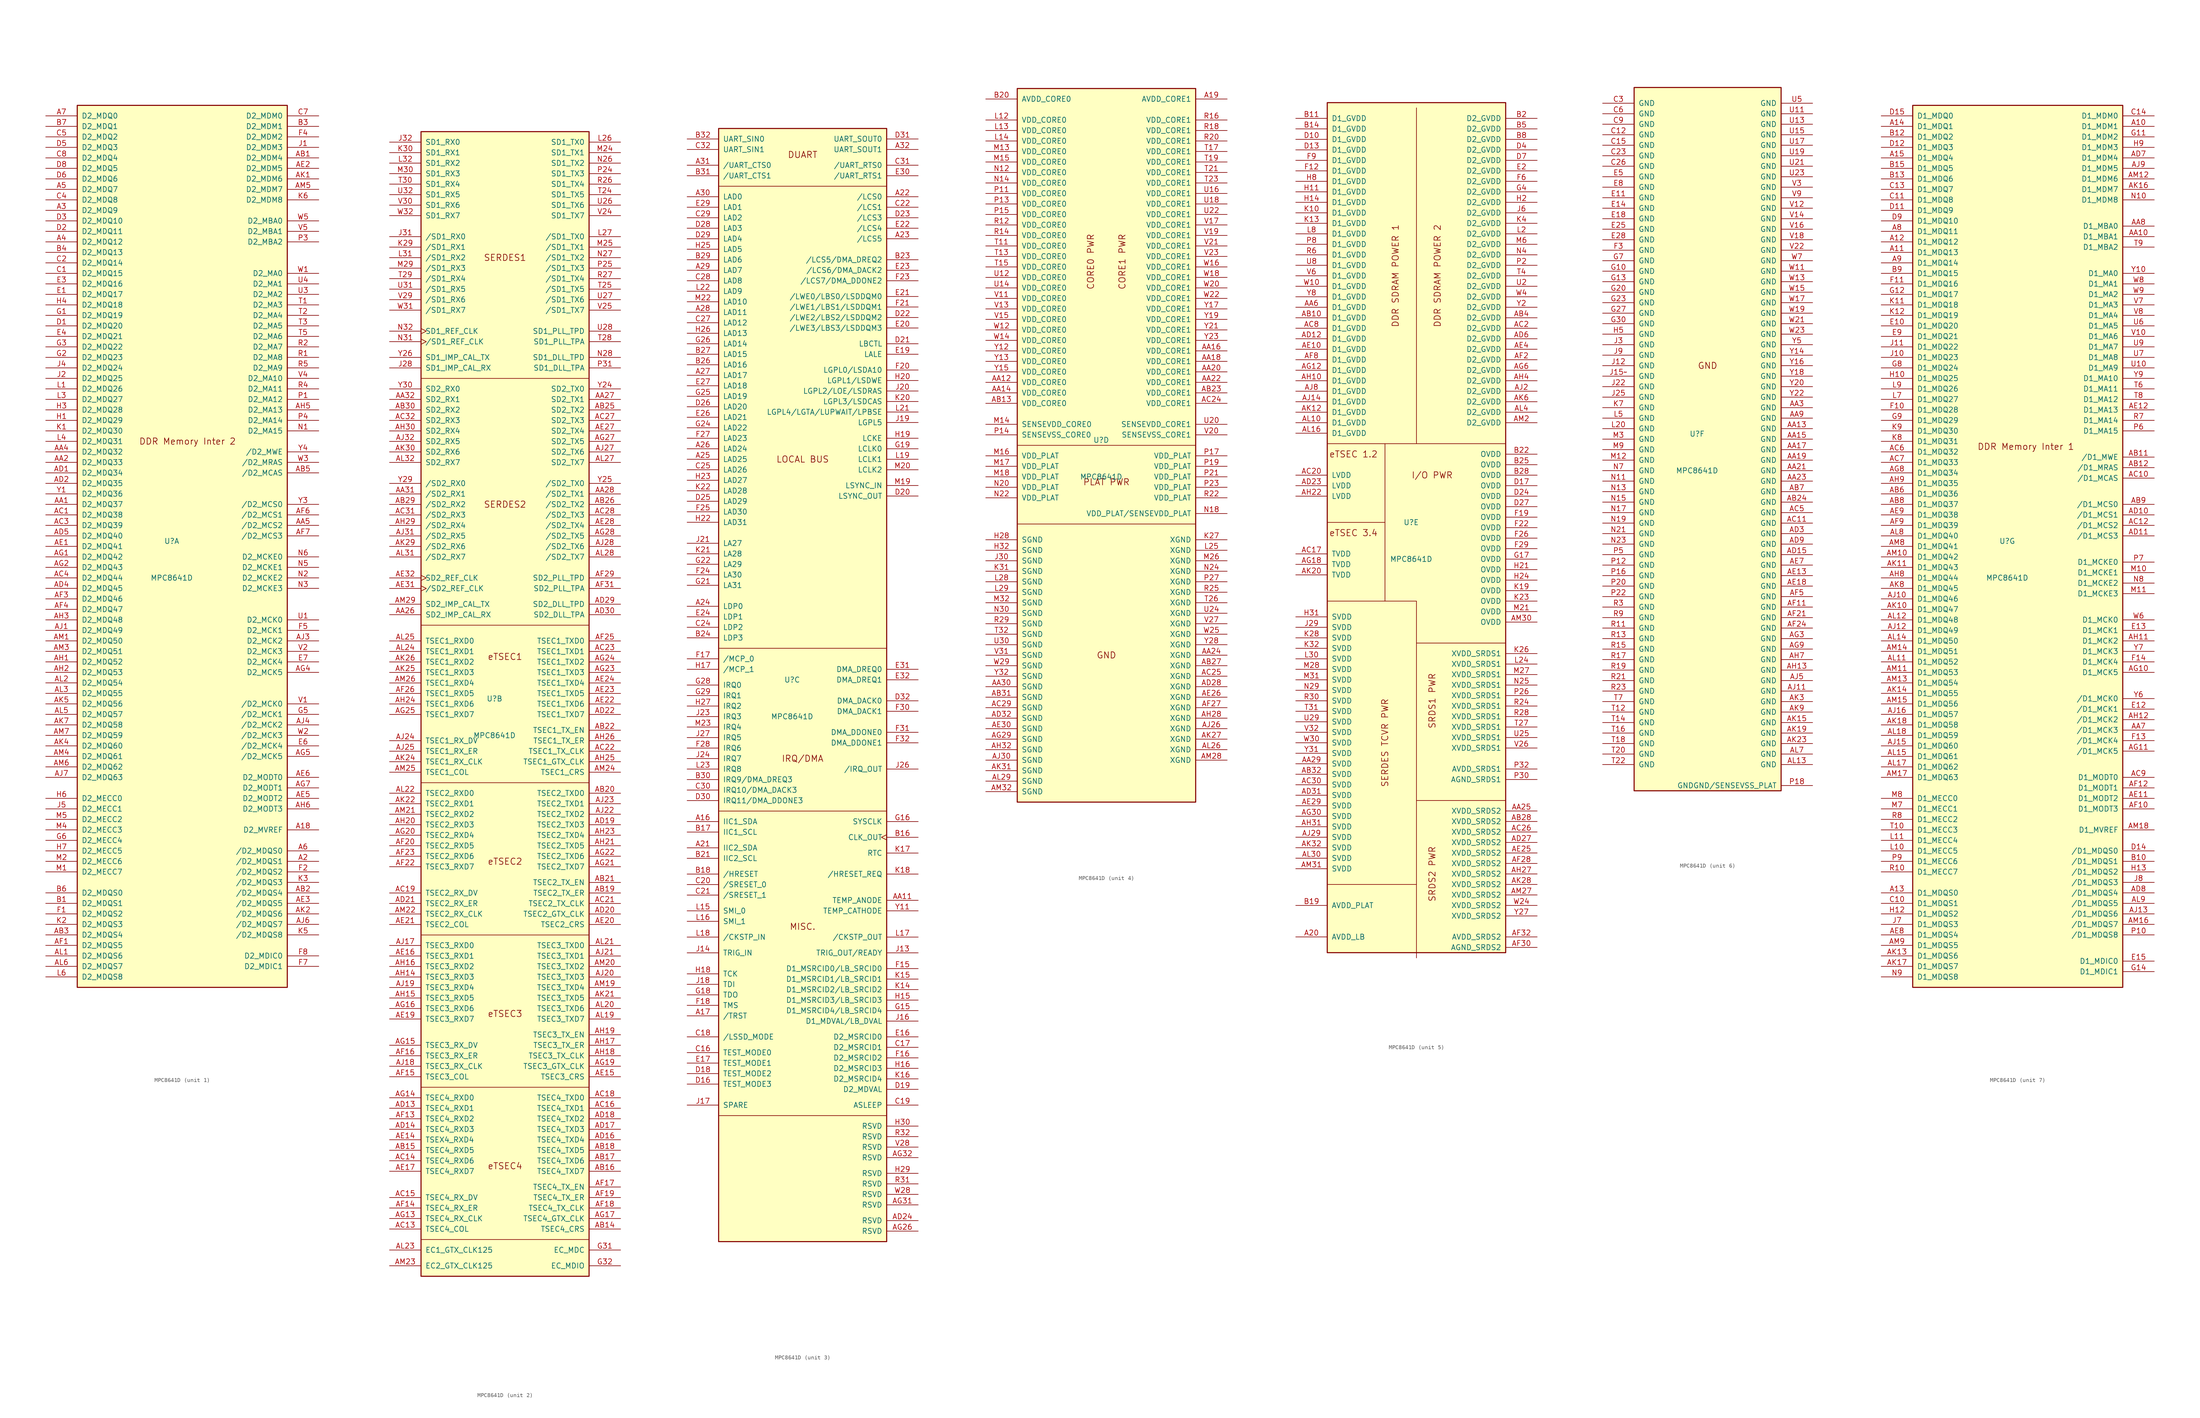
<source format=kicad_sym>
(kicad_symbol_lib
  (version 20200908)
  (generator kicad_symbol_editor)
  (symbol "CPU_PowerPC:MPC8641D"
    (pin_names
      (offset 1.016))
    (property "Reference" "U"
      (at -2.54 1.27 0)
      (effects (font (size 1.27 1.27))))
    (property "Value" "MPC8641D"
      (at -2.54 -7.62 0)
      (effects (font (size 1.27 1.27))))
    (property "ki_locked" ""
      (at 0 0 0)
      (effects (font (size 1.27 1.27))))
    (symbol "MPC8641D_1_1"
      (text "DDR Memory Inter 2" (at 1.27 25.4 0) (effects (font (size 1.524 1.524))))
      (rectangle (start -25.4 106.68) (end 25.4 -106.68) (stroke (width 0.254)) (fill (type background)))
      (pin output line (at 33.02 -68.58 180) (length 7.62) (name "D2_MVREF" (effects (font (size 1.27 1.27)))) (number "A18" (effects (font (size 1.27 1.27)))))
      (pin bidirectional line (at 33.02 -76.2 180) (length 7.62) (name "/D2_MDQS1" (effects (font (size 1.27 1.27)))) (number "A2" (effects (font (size 1.27 1.27)))))
      (pin bidirectional line (at -33.02 81.28 0) (length 7.62) (name "D2_MDQ9" (effects (font (size 1.27 1.27)))) (number "A3" (effects (font (size 1.27 1.27)))))
      (pin bidirectional line (at -33.02 73.66 0) (length 7.62) (name "D2_MDQ12" (effects (font (size 1.27 1.27)))) (number "A4" (effects (font (size 1.27 1.27)))))
      (pin bidirectional line (at -33.02 86.36 0) (length 7.62) (name "D2_MDQ7" (effects (font (size 1.27 1.27)))) (number "A5" (effects (font (size 1.27 1.27)))))
      (pin bidirectional line (at 33.02 -73.66 180) (length 7.62) (name "/D2_MDQS0" (effects (font (size 1.27 1.27)))) (number "A6" (effects (font (size 1.27 1.27)))))
      (pin bidirectional line (at -33.02 104.14 0) (length 7.62) (name "D2_MDQ0" (effects (font (size 1.27 1.27)))) (number "A7" (effects (font (size 1.27 1.27)))))
      (pin bidirectional line (at -33.02 10.16 0) (length 7.62) (name "D2_MDQ37" (effects (font (size 1.27 1.27)))) (number "AA1" (effects (font (size 1.27 1.27)))))
      (pin bidirectional line (at -33.02 20.32 0) (length 7.62) (name "D2_MDQ33" (effects (font (size 1.27 1.27)))) (number "AA2" (effects (font (size 1.27 1.27)))))
      (pin bidirectional line (at -33.02 22.86 0) (length 7.62) (name "D2_MDQ32" (effects (font (size 1.27 1.27)))) (number "AA4" (effects (font (size 1.27 1.27)))))
      (pin output line (at 33.02 5.08 180) (length 7.62) (name "/D2_MCS2" (effects (font (size 1.27 1.27)))) (number "AA5" (effects (font (size 1.27 1.27)))))
      (pin output line (at 33.02 93.98 180) (length 7.62) (name "D2_MDM4" (effects (font (size 1.27 1.27)))) (number "AB1" (effects (font (size 1.27 1.27)))))
      (pin bidirectional line (at 33.02 -83.82 180) (length 7.62) (name "/D2_MDQS4" (effects (font (size 1.27 1.27)))) (number "AB2" (effects (font (size 1.27 1.27)))))
      (pin bidirectional line (at -33.02 -93.98 0) (length 7.62) (name "D2_MDQS4" (effects (font (size 1.27 1.27)))) (number "AB3" (effects (font (size 1.27 1.27)))))
      (pin output line (at 33.02 17.78 180) (length 7.62) (name "/D2_MCAS" (effects (font (size 1.27 1.27)))) (number "AB5" (effects (font (size 1.27 1.27)))))
      (pin bidirectional line (at -33.02 7.62 0) (length 7.62) (name "D2_MDQ38" (effects (font (size 1.27 1.27)))) (number "AC1" (effects (font (size 1.27 1.27)))))
      (pin bidirectional line (at -33.02 5.08 0) (length 7.62) (name "D2_MDQ39" (effects (font (size 1.27 1.27)))) (number "AC3" (effects (font (size 1.27 1.27)))))
      (pin bidirectional line (at -33.02 -7.62 0) (length 7.62) (name "D2_MDQ44" (effects (font (size 1.27 1.27)))) (number "AC4" (effects (font (size 1.27 1.27)))))
      (pin bidirectional line (at -33.02 17.78 0) (length 7.62) (name "D2_MDQ34" (effects (font (size 1.27 1.27)))) (number "AD1" (effects (font (size 1.27 1.27)))))
      (pin bidirectional line (at -33.02 15.24 0) (length 7.62) (name "D2_MDQ35" (effects (font (size 1.27 1.27)))) (number "AD2" (effects (font (size 1.27 1.27)))))
      (pin bidirectional line (at -33.02 -10.16 0) (length 7.62) (name "D2_MDQ45" (effects (font (size 1.27 1.27)))) (number "AD4" (effects (font (size 1.27 1.27)))))
      (pin bidirectional line (at -33.02 2.54 0) (length 7.62) (name "D2_MDQ40" (effects (font (size 1.27 1.27)))) (number "AD5" (effects (font (size 1.27 1.27)))))
      (pin bidirectional line (at -33.02 0 0) (length 7.62) (name "D2_MDQ41" (effects (font (size 1.27 1.27)))) (number "AE1" (effects (font (size 1.27 1.27)))))
      (pin output line (at 33.02 91.44 180) (length 7.62) (name "D2_MDM5" (effects (font (size 1.27 1.27)))) (number "AE2" (effects (font (size 1.27 1.27)))))
      (pin bidirectional line (at 33.02 -86.36 180) (length 7.62) (name "/D2_MDQS5" (effects (font (size 1.27 1.27)))) (number "AE3" (effects (font (size 1.27 1.27)))))
      (pin output line (at 33.02 -60.96 180) (length 7.62) (name "D2_MODT2" (effects (font (size 1.27 1.27)))) (number "AE5" (effects (font (size 1.27 1.27)))))
      (pin output line (at 33.02 -55.88 180) (length 7.62) (name "D2_MODT0" (effects (font (size 1.27 1.27)))) (number "AE6" (effects (font (size 1.27 1.27)))))
      (pin bidirectional line (at -33.02 -96.52 0) (length 7.62) (name "D2_MDQS5" (effects (font (size 1.27 1.27)))) (number "AF1" (effects (font (size 1.27 1.27)))))
      (pin bidirectional line (at -33.02 -12.7 0) (length 7.62) (name "D2_MDQ46" (effects (font (size 1.27 1.27)))) (number "AF3" (effects (font (size 1.27 1.27)))))
      (pin bidirectional line (at -33.02 -15.24 0) (length 7.62) (name "D2_MDQ47" (effects (font (size 1.27 1.27)))) (number "AF4" (effects (font (size 1.27 1.27)))))
      (pin output line (at 33.02 7.62 180) (length 7.62) (name "/D2_MCS1" (effects (font (size 1.27 1.27)))) (number "AF6" (effects (font (size 1.27 1.27)))))
      (pin output line (at 33.02 2.54 180) (length 7.62) (name "/D2_MCS3" (effects (font (size 1.27 1.27)))) (number "AF7" (effects (font (size 1.27 1.27)))))
      (pin bidirectional line (at -33.02 -2.54 0) (length 7.62) (name "D2_MDQ42" (effects (font (size 1.27 1.27)))) (number "AG1" (effects (font (size 1.27 1.27)))))
      (pin bidirectional line (at -33.02 -5.08 0) (length 7.62) (name "D2_MDQ43" (effects (font (size 1.27 1.27)))) (number "AG2" (effects (font (size 1.27 1.27)))))
      (pin output line (at 33.02 -30.48 180) (length 7.62) (name "D2_MCK5" (effects (font (size 1.27 1.27)))) (number "AG4" (effects (font (size 1.27 1.27)))))
      (pin output line (at 33.02 -50.8 180) (length 7.62) (name "/D2_MCK5" (effects (font (size 1.27 1.27)))) (number "AG5" (effects (font (size 1.27 1.27)))))
      (pin output line (at 33.02 -58.42 180) (length 7.62) (name "D2_MODT1" (effects (font (size 1.27 1.27)))) (number "AG7" (effects (font (size 1.27 1.27)))))
      (pin bidirectional line (at -33.02 -27.94 0) (length 7.62) (name "D2_MDQ52" (effects (font (size 1.27 1.27)))) (number "AH1" (effects (font (size 1.27 1.27)))))
      (pin bidirectional line (at -33.02 -30.48 0) (length 7.62) (name "D2_MDQ53" (effects (font (size 1.27 1.27)))) (number "AH2" (effects (font (size 1.27 1.27)))))
      (pin bidirectional line (at -33.02 -17.78 0) (length 7.62) (name "D2_MDQ48" (effects (font (size 1.27 1.27)))) (number "AH3" (effects (font (size 1.27 1.27)))))
      (pin output line (at 33.02 33.02 180) (length 7.62) (name "D2_MA13" (effects (font (size 1.27 1.27)))) (number "AH5" (effects (font (size 1.27 1.27)))))
      (pin output line (at 33.02 -63.5 180) (length 7.62) (name "D2_MODT3" (effects (font (size 1.27 1.27)))) (number "AH6" (effects (font (size 1.27 1.27)))))
      (pin bidirectional line (at -33.02 -20.32 0) (length 7.62) (name "D2_MDQ49" (effects (font (size 1.27 1.27)))) (number "AJ1" (effects (font (size 1.27 1.27)))))
      (pin output line (at 33.02 -22.86 180) (length 7.62) (name "D2_MCK2" (effects (font (size 1.27 1.27)))) (number "AJ3" (effects (font (size 1.27 1.27)))))
      (pin output line (at 33.02 -43.18 180) (length 7.62) (name "/D2_MCK2" (effects (font (size 1.27 1.27)))) (number "AJ4" (effects (font (size 1.27 1.27)))))
      (pin bidirectional line (at 33.02 -91.44 180) (length 7.62) (name "/D2_MDQS7" (effects (font (size 1.27 1.27)))) (number "AJ6" (effects (font (size 1.27 1.27)))))
      (pin bidirectional line (at -33.02 -55.88 0) (length 7.62) (name "D2_MDQ63" (effects (font (size 1.27 1.27)))) (number "AJ7" (effects (font (size 1.27 1.27)))))
      (pin output line (at 33.02 88.9 180) (length 7.62) (name "D2_MDM6" (effects (font (size 1.27 1.27)))) (number "AK1" (effects (font (size 1.27 1.27)))))
      (pin bidirectional line (at 33.02 -88.9 180) (length 7.62) (name "/D2_MDQS6" (effects (font (size 1.27 1.27)))) (number "AK2" (effects (font (size 1.27 1.27)))))
      (pin bidirectional line (at -33.02 -48.26 0) (length 7.62) (name "D2_MDQ60" (effects (font (size 1.27 1.27)))) (number "AK4" (effects (font (size 1.27 1.27)))))
      (pin bidirectional line (at -33.02 -38.1 0) (length 7.62) (name "D2_MDQ56" (effects (font (size 1.27 1.27)))) (number "AK5" (effects (font (size 1.27 1.27)))))
      (pin bidirectional line (at -33.02 -43.18 0) (length 7.62) (name "D2_MDQ58" (effects (font (size 1.27 1.27)))) (number "AK7" (effects (font (size 1.27 1.27)))))
      (pin bidirectional line (at -33.02 -99.06 0) (length 7.62) (name "D2_MDQS6" (effects (font (size 1.27 1.27)))) (number "AL1" (effects (font (size 1.27 1.27)))))
      (pin bidirectional line (at -33.02 -33.02 0) (length 7.62) (name "D2_MDQ54" (effects (font (size 1.27 1.27)))) (number "AL2" (effects (font (size 1.27 1.27)))))
      (pin bidirectional line (at -33.02 -35.56 0) (length 7.62) (name "D2_MDQ55" (effects (font (size 1.27 1.27)))) (number "AL3" (effects (font (size 1.27 1.27)))))
      (pin bidirectional line (at -33.02 -40.64 0) (length 7.62) (name "D2_MDQ57" (effects (font (size 1.27 1.27)))) (number "AL5" (effects (font (size 1.27 1.27)))))
      (pin bidirectional line (at -33.02 -101.6 0) (length 7.62) (name "D2_MDQS7" (effects (font (size 1.27 1.27)))) (number "AL6" (effects (font (size 1.27 1.27)))))
      (pin bidirectional line (at -33.02 -22.86 0) (length 7.62) (name "D2_MDQ50" (effects (font (size 1.27 1.27)))) (number "AM1" (effects (font (size 1.27 1.27)))))
      (pin bidirectional line (at -33.02 -25.4 0) (length 7.62) (name "D2_MDQ51" (effects (font (size 1.27 1.27)))) (number "AM3" (effects (font (size 1.27 1.27)))))
      (pin bidirectional line (at -33.02 -50.8 0) (length 7.62) (name "D2_MDQ61" (effects (font (size 1.27 1.27)))) (number "AM4" (effects (font (size 1.27 1.27)))))
      (pin output line (at 33.02 86.36 180) (length 7.62) (name "D2_MDM7" (effects (font (size 1.27 1.27)))) (number "AM5" (effects (font (size 1.27 1.27)))))
      (pin bidirectional line (at -33.02 -53.34 0) (length 7.62) (name "D2_MDQ62" (effects (font (size 1.27 1.27)))) (number "AM6" (effects (font (size 1.27 1.27)))))
      (pin bidirectional line (at -33.02 -45.72 0) (length 7.62) (name "D2_MDQ59" (effects (font (size 1.27 1.27)))) (number "AM7" (effects (font (size 1.27 1.27)))))
      (pin bidirectional line (at -33.02 -86.36 0) (length 7.62) (name "D2_MDQS1" (effects (font (size 1.27 1.27)))) (number "B1" (effects (font (size 1.27 1.27)))))
      (pin output line (at 33.02 101.6 180) (length 7.62) (name "D2_MDM1" (effects (font (size 1.27 1.27)))) (number "B3" (effects (font (size 1.27 1.27)))))
      (pin bidirectional line (at -33.02 71.12 0) (length 7.62) (name "D2_MDQ13" (effects (font (size 1.27 1.27)))) (number "B4" (effects (font (size 1.27 1.27)))))
      (pin bidirectional line (at -33.02 -83.82 0) (length 7.62) (name "D2_MDQS0" (effects (font (size 1.27 1.27)))) (number "B6" (effects (font (size 1.27 1.27)))))
      (pin bidirectional line (at -33.02 101.6 0) (length 7.62) (name "D2_MDQ1" (effects (font (size 1.27 1.27)))) (number "B7" (effects (font (size 1.27 1.27)))))
      (pin bidirectional line (at -33.02 66.04 0) (length 7.62) (name "D2_MDQ15" (effects (font (size 1.27 1.27)))) (number "C1" (effects (font (size 1.27 1.27)))))
      (pin bidirectional line (at -33.02 68.58 0) (length 7.62) (name "D2_MDQ14" (effects (font (size 1.27 1.27)))) (number "C2" (effects (font (size 1.27 1.27)))))
      (pin bidirectional line (at -33.02 83.82 0) (length 7.62) (name "D2_MDQ8" (effects (font (size 1.27 1.27)))) (number "C4" (effects (font (size 1.27 1.27)))))
      (pin bidirectional line (at -33.02 99.06 0) (length 7.62) (name "D2_MDQ2" (effects (font (size 1.27 1.27)))) (number "C5" (effects (font (size 1.27 1.27)))))
      (pin output line (at 33.02 104.14 180) (length 7.62) (name "D2_MDM0" (effects (font (size 1.27 1.27)))) (number "C7" (effects (font (size 1.27 1.27)))))
      (pin bidirectional line (at -33.02 93.98 0) (length 7.62) (name "D2_MDQ4" (effects (font (size 1.27 1.27)))) (number "C8" (effects (font (size 1.27 1.27)))))
      (pin bidirectional line (at -33.02 53.34 0) (length 7.62) (name "D2_MDQ20" (effects (font (size 1.27 1.27)))) (number "D1" (effects (font (size 1.27 1.27)))))
      (pin bidirectional line (at -33.02 76.2 0) (length 7.62) (name "D2_MDQ11" (effects (font (size 1.27 1.27)))) (number "D2" (effects (font (size 1.27 1.27)))))
      (pin bidirectional line (at -33.02 78.74 0) (length 7.62) (name "D2_MDQ10" (effects (font (size 1.27 1.27)))) (number "D3" (effects (font (size 1.27 1.27)))))
      (pin bidirectional line (at -33.02 96.52 0) (length 7.62) (name "D2_MDQ3" (effects (font (size 1.27 1.27)))) (number "D5" (effects (font (size 1.27 1.27)))))
      (pin bidirectional line (at -33.02 88.9 0) (length 7.62) (name "D2_MDQ6" (effects (font (size 1.27 1.27)))) (number "D6" (effects (font (size 1.27 1.27)))))
      (pin bidirectional line (at -33.02 91.44 0) (length 7.62) (name "D2_MDQ5" (effects (font (size 1.27 1.27)))) (number "D8" (effects (font (size 1.27 1.27)))))
      (pin bidirectional line (at -33.02 60.96 0) (length 7.62) (name "D2_MDQ17" (effects (font (size 1.27 1.27)))) (number "E1" (effects (font (size 1.27 1.27)))))
      (pin bidirectional line (at -33.02 63.5 0) (length 7.62) (name "D2_MDQ16" (effects (font (size 1.27 1.27)))) (number "E3" (effects (font (size 1.27 1.27)))))
      (pin bidirectional line (at -33.02 50.8 0) (length 7.62) (name "D2_MDQ21" (effects (font (size 1.27 1.27)))) (number "E4" (effects (font (size 1.27 1.27)))))
      (pin output line (at 33.02 -48.26 180) (length 7.62) (name "/D2_MCK4" (effects (font (size 1.27 1.27)))) (number "E6" (effects (font (size 1.27 1.27)))))
      (pin output line (at 33.02 -27.94 180) (length 7.62) (name "D2_MCK4" (effects (font (size 1.27 1.27)))) (number "E7" (effects (font (size 1.27 1.27)))))
      (pin bidirectional line (at -33.02 -88.9 0) (length 7.62) (name "D2_MDQS2" (effects (font (size 1.27 1.27)))) (number "F1" (effects (font (size 1.27 1.27)))))
      (pin bidirectional line (at 33.02 -78.74 180) (length 7.62) (name "/D2_MDQS2" (effects (font (size 1.27 1.27)))) (number "F2" (effects (font (size 1.27 1.27)))))
      (pin output line (at 33.02 99.06 180) (length 7.62) (name "D2_MDM2" (effects (font (size 1.27 1.27)))) (number "F4" (effects (font (size 1.27 1.27)))))
      (pin output line (at 33.02 -20.32 180) (length 7.62) (name "D2_MCK1" (effects (font (size 1.27 1.27)))) (number "F5" (effects (font (size 1.27 1.27)))))
      (pin bidirectional line (at 33.02 -101.6 180) (length 7.62) (name "D2_MDIC1" (effects (font (size 1.27 1.27)))) (number "F7" (effects (font (size 1.27 1.27)))))
      (pin bidirectional line (at 33.02 -99.06 180) (length 7.62) (name "D2_MDIC0" (effects (font (size 1.27 1.27)))) (number "F8" (effects (font (size 1.27 1.27)))))
      (pin bidirectional line (at -33.02 55.88 0) (length 7.62) (name "D2_MDQ19" (effects (font (size 1.27 1.27)))) (number "G1" (effects (font (size 1.27 1.27)))))
      (pin bidirectional line (at -33.02 45.72 0) (length 7.62) (name "D2_MDQ23" (effects (font (size 1.27 1.27)))) (number "G2" (effects (font (size 1.27 1.27)))))
      (pin bidirectional line (at -33.02 48.26 0) (length 7.62) (name "D2_MDQ22" (effects (font (size 1.27 1.27)))) (number "G3" (effects (font (size 1.27 1.27)))))
      (pin output line (at 33.02 -40.64 180) (length 7.62) (name "/D2_MCK1" (effects (font (size 1.27 1.27)))) (number "G5" (effects (font (size 1.27 1.27)))))
      (pin bidirectional line (at -33.02 -71.12 0) (length 7.62) (name "D2_MECC4" (effects (font (size 1.27 1.27)))) (number "G6" (effects (font (size 1.27 1.27)))))
      (pin bidirectional line (at -33.02 30.48 0) (length 7.62) (name "D2_MDQ29" (effects (font (size 1.27 1.27)))) (number "H1" (effects (font (size 1.27 1.27)))))
      (pin bidirectional line (at -33.02 33.02 0) (length 7.62) (name "D2_MDQ28" (effects (font (size 1.27 1.27)))) (number "H3" (effects (font (size 1.27 1.27)))))
      (pin bidirectional line (at -33.02 58.42 0) (length 7.62) (name "D2_MDQ18" (effects (font (size 1.27 1.27)))) (number "H4" (effects (font (size 1.27 1.27)))))
      (pin bidirectional line (at -33.02 -60.96 0) (length 7.62) (name "D2_MECC0" (effects (font (size 1.27 1.27)))) (number "H6" (effects (font (size 1.27 1.27)))))
      (pin bidirectional line (at -33.02 -73.66 0) (length 7.62) (name "D2_MECC5" (effects (font (size 1.27 1.27)))) (number "H7" (effects (font (size 1.27 1.27)))))
      (pin output line (at 33.02 96.52 180) (length 7.62) (name "D2_MDM3" (effects (font (size 1.27 1.27)))) (number "J1" (effects (font (size 1.27 1.27)))))
      (pin bidirectional line (at -33.02 40.64 0) (length 7.62) (name "D2_MDQ25" (effects (font (size 1.27 1.27)))) (number "J2" (effects (font (size 1.27 1.27)))))
      (pin bidirectional line (at -33.02 43.18 0) (length 7.62) (name "D2_MDQ24" (effects (font (size 1.27 1.27)))) (number "J4" (effects (font (size 1.27 1.27)))))
      (pin bidirectional line (at -33.02 -63.5 0) (length 7.62) (name "D2_MECC1" (effects (font (size 1.27 1.27)))) (number "J5" (effects (font (size 1.27 1.27)))))
      (pin bidirectional line (at -33.02 27.94 0) (length 7.62) (name "D2_MDQ30" (effects (font (size 1.27 1.27)))) (number "K1" (effects (font (size 1.27 1.27)))))
      (pin bidirectional line (at -33.02 -91.44 0) (length 7.62) (name "D2_MDQS3" (effects (font (size 1.27 1.27)))) (number "K2" (effects (font (size 1.27 1.27)))))
      (pin bidirectional line (at 33.02 -81.28 180) (length 7.62) (name "/D2_MDQS3" (effects (font (size 1.27 1.27)))) (number "K3" (effects (font (size 1.27 1.27)))))
      (pin bidirectional line (at 33.02 -93.98 180) (length 7.62) (name "/D2_MDQS8" (effects (font (size 1.27 1.27)))) (number "K5" (effects (font (size 1.27 1.27)))))
      (pin output line (at 33.02 83.82 180) (length 7.62) (name "D2_MDM8" (effects (font (size 1.27 1.27)))) (number "K6" (effects (font (size 1.27 1.27)))))
      (pin bidirectional line (at -33.02 38.1 0) (length 7.62) (name "D2_MDQ26" (effects (font (size 1.27 1.27)))) (number "L1" (effects (font (size 1.27 1.27)))))
      (pin bidirectional line (at -33.02 35.56 0) (length 7.62) (name "D2_MDQ27" (effects (font (size 1.27 1.27)))) (number "L3" (effects (font (size 1.27 1.27)))))
      (pin bidirectional line (at -33.02 25.4 0) (length 7.62) (name "D2_MDQ31" (effects (font (size 1.27 1.27)))) (number "L4" (effects (font (size 1.27 1.27)))))
      (pin bidirectional line (at -33.02 -104.14 0) (length 7.62) (name "D2_MDQS8" (effects (font (size 1.27 1.27)))) (number "L6" (effects (font (size 1.27 1.27)))))
      (pin bidirectional line (at -33.02 -78.74 0) (length 7.62) (name "D2_MECC7" (effects (font (size 1.27 1.27)))) (number "M1" (effects (font (size 1.27 1.27)))))
      (pin bidirectional line (at -33.02 -76.2 0) (length 7.62) (name "D2_MECC6" (effects (font (size 1.27 1.27)))) (number "M2" (effects (font (size 1.27 1.27)))))
      (pin bidirectional line (at -33.02 -68.58 0) (length 7.62) (name "D2_MECC3" (effects (font (size 1.27 1.27)))) (number "M4" (effects (font (size 1.27 1.27)))))
      (pin bidirectional line (at -33.02 -66.04 0) (length 7.62) (name "D2_MECC2" (effects (font (size 1.27 1.27)))) (number "M5" (effects (font (size 1.27 1.27)))))
      (pin output line (at 33.02 27.94 180) (length 7.62) (name "D2_MA15" (effects (font (size 1.27 1.27)))) (number "N1" (effects (font (size 1.27 1.27)))))
      (pin output line (at 33.02 -7.62 180) (length 7.62) (name "D2_MCKE2" (effects (font (size 1.27 1.27)))) (number "N2" (effects (font (size 1.27 1.27)))))
      (pin output line (at 33.02 -10.16 180) (length 7.62) (name "D2_MCKE3" (effects (font (size 1.27 1.27)))) (number "N3" (effects (font (size 1.27 1.27)))))
      (pin output line (at 33.02 -5.08 180) (length 7.62) (name "D2_MCKE1" (effects (font (size 1.27 1.27)))) (number "N5" (effects (font (size 1.27 1.27)))))
      (pin output line (at 33.02 -2.54 180) (length 7.62) (name "D2_MCKE0" (effects (font (size 1.27 1.27)))) (number "N6" (effects (font (size 1.27 1.27)))))
      (pin output line (at 33.02 35.56 180) (length 7.62) (name "D2_MA12" (effects (font (size 1.27 1.27)))) (number "P1" (effects (font (size 1.27 1.27)))))
      (pin output line (at 33.02 73.66 180) (length 7.62) (name "D2_MBA2" (effects (font (size 1.27 1.27)))) (number "P3" (effects (font (size 1.27 1.27)))))
      (pin output line (at 33.02 30.48 180) (length 7.62) (name "D2_MA14" (effects (font (size 1.27 1.27)))) (number "P4" (effects (font (size 1.27 1.27)))))
      (pin output line (at 33.02 45.72 180) (length 7.62) (name "D2_MA8" (effects (font (size 1.27 1.27)))) (number "R1" (effects (font (size 1.27 1.27)))))
      (pin output line (at 33.02 48.26 180) (length 7.62) (name "D2_MA7" (effects (font (size 1.27 1.27)))) (number "R2" (effects (font (size 1.27 1.27)))))
      (pin output line (at 33.02 38.1 180) (length 7.62) (name "D2_MA11" (effects (font (size 1.27 1.27)))) (number "R4" (effects (font (size 1.27 1.27)))))
      (pin output line (at 33.02 43.18 180) (length 7.62) (name "D2_MA9" (effects (font (size 1.27 1.27)))) (number "R5" (effects (font (size 1.27 1.27)))))
      (pin output line (at 33.02 58.42 180) (length 7.62) (name "D2_MA3" (effects (font (size 1.27 1.27)))) (number "T1" (effects (font (size 1.27 1.27)))))
      (pin output line (at 33.02 55.88 180) (length 7.62) (name "D2_MA4" (effects (font (size 1.27 1.27)))) (number "T2" (effects (font (size 1.27 1.27)))))
      (pin output line (at 33.02 53.34 180) (length 7.62) (name "D2_MA5" (effects (font (size 1.27 1.27)))) (number "T3" (effects (font (size 1.27 1.27)))))
      (pin output line (at 33.02 50.8 180) (length 7.62) (name "D2_MA6" (effects (font (size 1.27 1.27)))) (number "T5" (effects (font (size 1.27 1.27)))))
      (pin output line (at 33.02 -17.78 180) (length 7.62) (name "D2_MCK0" (effects (font (size 1.27 1.27)))) (number "U1" (effects (font (size 1.27 1.27)))))
      (pin output line (at 33.02 60.96 180) (length 7.62) (name "D2_MA2" (effects (font (size 1.27 1.27)))) (number "U3" (effects (font (size 1.27 1.27)))))
      (pin output line (at 33.02 63.5 180) (length 7.62) (name "D2_MA1" (effects (font (size 1.27 1.27)))) (number "U4" (effects (font (size 1.27 1.27)))))
      (pin output line (at 33.02 -38.1 180) (length 7.62) (name "/D2_MCK0" (effects (font (size 1.27 1.27)))) (number "V1" (effects (font (size 1.27 1.27)))))
      (pin output line (at 33.02 -25.4 180) (length 7.62) (name "D2_MCK3" (effects (font (size 1.27 1.27)))) (number "V2" (effects (font (size 1.27 1.27)))))
      (pin output line (at 33.02 40.64 180) (length 7.62) (name "D2_MA10" (effects (font (size 1.27 1.27)))) (number "V4" (effects (font (size 1.27 1.27)))))
      (pin output line (at 33.02 76.2 180) (length 7.62) (name "D2_MBA1" (effects (font (size 1.27 1.27)))) (number "V5" (effects (font (size 1.27 1.27)))))
      (pin output line (at 33.02 66.04 180) (length 7.62) (name "D2_MA0" (effects (font (size 1.27 1.27)))) (number "W1" (effects (font (size 1.27 1.27)))))
      (pin output line (at 33.02 -45.72 180) (length 7.62) (name "/D2_MCK3" (effects (font (size 1.27 1.27)))) (number "W2" (effects (font (size 1.27 1.27)))))
      (pin output line (at 33.02 20.32 180) (length 7.62) (name "/D2_MRAS" (effects (font (size 1.27 1.27)))) (number "W3" (effects (font (size 1.27 1.27)))))
      (pin output line (at 33.02 78.74 180) (length 7.62) (name "D2_MBA0" (effects (font (size 1.27 1.27)))) (number "W5" (effects (font (size 1.27 1.27)))))
      (pin bidirectional line (at -33.02 12.7 0) (length 7.62) (name "D2_MDQ36" (effects (font (size 1.27 1.27)))) (number "Y1" (effects (font (size 1.27 1.27)))))
      (pin output line (at 33.02 10.16 180) (length 7.62) (name "/D2_MCS0" (effects (font (size 1.27 1.27)))) (number "Y3" (effects (font (size 1.27 1.27)))))
      (pin output line (at 33.02 22.86 180) (length 7.62) (name "/D2_MWE" (effects (font (size 1.27 1.27)))) (number "Y4" (effects (font (size 1.27 1.27))))))
    (symbol "MPC8641D_2_1"
      (text "eTSEC1" (at 0 11.43 0) (effects (font (size 1.524 1.524))))
      (text "eTSEC2" (at 0 -38.1 0) (effects (font (size 1.524 1.524))))
      (text "eTSEC3" (at 0 -74.93 0) (effects (font (size 1.524 1.524))))
      (text "eTSEC4" (at 0 -111.76 0) (effects (font (size 1.524 1.524))))
      (text "SERDES1" (at 0 107.95 0) (effects (font (size 1.524 1.524))))
      (text "SERDES2" (at 0 48.26 0) (effects (font (size 1.524 1.524))))
      (rectangle (start -20.32 138.43) (end 20.32 -138.43) (stroke (width 0.254)) (fill (type background)))
      (polyline (pts (xy -20.32 -129.54) (xy 20.32 -129.54) (xy 20.32 -129.54)) (stroke (width 0)) (fill (type none)))
      (polyline (pts (xy -20.32 -92.71) (xy 20.32 -92.71) (xy 20.32 -92.71)) (stroke (width 0)) (fill (type none)))
      (polyline (pts (xy -20.32 -55.88) (xy 20.32 -55.88) (xy 20.32 -55.88)) (stroke (width 0)) (fill (type none)))
      (polyline (pts (xy -20.32 -19.05) (xy 20.32 -19.05) (xy 20.32 -19.05)) (stroke (width 0)) (fill (type none)))
      (polyline (pts (xy -20.32 19.05) (xy 20.32 19.05) (xy 20.32 19.05)) (stroke (width 0)) (fill (type none)))
      (polyline (pts (xy -20.32 78.74) (xy 20.32 78.74) (xy 20.32 78.74)) (stroke (width 0)) (fill (type none)))
      (pin input line (at -27.94 21.59 0) (length 7.62) (name "SD2_IMP_CAL_RX" (effects (font (size 1.27 1.27)))) (number "AA26" (effects (font (size 1.27 1.27)))))
      (pin output line (at 27.94 73.66 180) (length 7.62) (name "SD2_TX1" (effects (font (size 1.27 1.27)))) (number "AA27" (effects (font (size 1.27 1.27)))))
      (pin output line (at 27.94 50.8 180) (length 7.62) (name "/SD2_TX1" (effects (font (size 1.27 1.27)))) (number "AA28" (effects (font (size 1.27 1.27)))))
      (pin input line (at -27.94 50.8 0) (length 7.62) (name "/SD2_RX1" (effects (font (size 1.27 1.27)))) (number "AA31" (effects (font (size 1.27 1.27)))))
      (pin input line (at -27.94 73.66 0) (length 7.62) (name "SD2_RX1" (effects (font (size 1.27 1.27)))) (number "AA32" (effects (font (size 1.27 1.27)))))
      (pin bidirectional line (at 27.94 -127 180) (length 7.62) (name "TSEC4_CRS" (effects (font (size 1.27 1.27)))) (number "AB14" (effects (font (size 1.27 1.27)))))
      (pin input line (at -27.94 -107.95 0) (length 7.62) (name "TSEC4_RXD5" (effects (font (size 1.27 1.27)))) (number "AB15" (effects (font (size 1.27 1.27)))))
      (pin output line (at 27.94 -113.03 180) (length 7.62) (name "TSEC4_TXD7" (effects (font (size 1.27 1.27)))) (number "AB16" (effects (font (size 1.27 1.27)))))
      (pin output line (at 27.94 -110.49 180) (length 7.62) (name "TSEC4_TXD6" (effects (font (size 1.27 1.27)))) (number "AB17" (effects (font (size 1.27 1.27)))))
      (pin output line (at 27.94 -107.95 180) (length 7.62) (name "TSEC4_TXD5" (effects (font (size 1.27 1.27)))) (number "AB18" (effects (font (size 1.27 1.27)))))
      (pin output line (at 27.94 -45.72 180) (length 7.62) (name "TSEC2_TX_ER" (effects (font (size 1.27 1.27)))) (number "AB19" (effects (font (size 1.27 1.27)))))
      (pin output line (at 27.94 -21.59 180) (length 7.62) (name "TSEC2_TXD0" (effects (font (size 1.27 1.27)))) (number "AB20" (effects (font (size 1.27 1.27)))))
      (pin output line (at 27.94 -43.18 180) (length 7.62) (name "TSEC2_TX_EN" (effects (font (size 1.27 1.27)))) (number "AB21" (effects (font (size 1.27 1.27)))))
      (pin output line (at 27.94 -6.35 180) (length 7.62) (name "TSEC1_TX_EN" (effects (font (size 1.27 1.27)))) (number "AB22" (effects (font (size 1.27 1.27)))))
      (pin output line (at 27.94 71.12 180) (length 7.62) (name "SD2_TX2" (effects (font (size 1.27 1.27)))) (number "AB25" (effects (font (size 1.27 1.27)))))
      (pin output line (at 27.94 48.26 180) (length 7.62) (name "/SD2_TX2" (effects (font (size 1.27 1.27)))) (number "AB26" (effects (font (size 1.27 1.27)))))
      (pin input line (at -27.94 48.26 0) (length 7.62) (name "/SD2_RX2" (effects (font (size 1.27 1.27)))) (number "AB29" (effects (font (size 1.27 1.27)))))
      (pin input line (at -27.94 71.12 0) (length 7.62) (name "SD2_RX2" (effects (font (size 1.27 1.27)))) (number "AB30" (effects (font (size 1.27 1.27)))))
      (pin input line (at -27.94 -127 0) (length 7.62) (name "TSEC4_COL" (effects (font (size 1.27 1.27)))) (number "AC13" (effects (font (size 1.27 1.27)))))
      (pin input line (at -27.94 -110.49 0) (length 7.62) (name "TSEC4_RXD6" (effects (font (size 1.27 1.27)))) (number "AC14" (effects (font (size 1.27 1.27)))))
      (pin input line (at -27.94 -119.38 0) (length 7.62) (name "TSEC4_RX_DV" (effects (font (size 1.27 1.27)))) (number "AC15" (effects (font (size 1.27 1.27)))))
      (pin output line (at 27.94 -97.79 180) (length 7.62) (name "TSEC4_TXD1" (effects (font (size 1.27 1.27)))) (number "AC16" (effects (font (size 1.27 1.27)))))
      (pin output line (at 27.94 -95.25 180) (length 7.62) (name "TSEC4_TXD0" (effects (font (size 1.27 1.27)))) (number "AC18" (effects (font (size 1.27 1.27)))))
      (pin input line (at -27.94 -45.72 0) (length 7.62) (name "TSEC2_RX_DV" (effects (font (size 1.27 1.27)))) (number "AC19" (effects (font (size 1.27 1.27)))))
      (pin input line (at 27.94 -48.26 180) (length 7.62) (name "TSEC2_TX_CLK" (effects (font (size 1.27 1.27)))) (number "AC21" (effects (font (size 1.27 1.27)))))
      (pin input line (at 27.94 -11.43 180) (length 7.62) (name "TSEC1_TX_CLK" (effects (font (size 1.27 1.27)))) (number "AC22" (effects (font (size 1.27 1.27)))))
      (pin output line (at 27.94 12.7 180) (length 7.62) (name "TSEC1_TXD1" (effects (font (size 1.27 1.27)))) (number "AC23" (effects (font (size 1.27 1.27)))))
      (pin output line (at 27.94 68.58 180) (length 7.62) (name "SD2_TX3" (effects (font (size 1.27 1.27)))) (number "AC27" (effects (font (size 1.27 1.27)))))
      (pin output line (at 27.94 45.72 180) (length 7.62) (name "/SD2_TX3" (effects (font (size 1.27 1.27)))) (number "AC28" (effects (font (size 1.27 1.27)))))
      (pin input line (at -27.94 45.72 0) (length 7.62) (name "/SD2_RX3" (effects (font (size 1.27 1.27)))) (number "AC31" (effects (font (size 1.27 1.27)))))
      (pin input line (at -27.94 68.58 0) (length 7.62) (name "SD2_RX3" (effects (font (size 1.27 1.27)))) (number "AC32" (effects (font (size 1.27 1.27)))))
      (pin input line (at -27.94 -97.79 0) (length 7.62) (name "TSEC4_RXD1" (effects (font (size 1.27 1.27)))) (number "AD13" (effects (font (size 1.27 1.27)))))
      (pin input line (at -27.94 -102.87 0) (length 7.62) (name "TSEC4_RXD3" (effects (font (size 1.27 1.27)))) (number "AD14" (effects (font (size 1.27 1.27)))))
      (pin output line (at 27.94 -105.41 180) (length 7.62) (name "TSEC4_TXD4" (effects (font (size 1.27 1.27)))) (number "AD16" (effects (font (size 1.27 1.27)))))
      (pin output line (at 27.94 -102.87 180) (length 7.62) (name "TSEC4_TXD3" (effects (font (size 1.27 1.27)))) (number "AD17" (effects (font (size 1.27 1.27)))))
      (pin output line (at 27.94 -100.33 180) (length 7.62) (name "TSEC4_TXD2" (effects (font (size 1.27 1.27)))) (number "AD18" (effects (font (size 1.27 1.27)))))
      (pin output line (at 27.94 -29.21 180) (length 7.62) (name "TSEC2_TXD3" (effects (font (size 1.27 1.27)))) (number "AD19" (effects (font (size 1.27 1.27)))))
      (pin output line (at 27.94 -50.8 180) (length 7.62) (name "TSEC2_GTX_CLK" (effects (font (size 1.27 1.27)))) (number "AD20" (effects (font (size 1.27 1.27)))))
      (pin input line (at -27.94 -48.26 0) (length 7.62) (name "TSEC2_RX_ER" (effects (font (size 1.27 1.27)))) (number "AD21" (effects (font (size 1.27 1.27)))))
      (pin output line (at 27.94 -2.54 180) (length 7.62) (name "TSEC1_TXD7" (effects (font (size 1.27 1.27)))) (number "AD22" (effects (font (size 1.27 1.27)))))
      (pin output line (at 27.94 24.13 180) (length 7.62) (name "SD2_DLL_TPD" (effects (font (size 1.27 1.27)))) (number "AD29" (effects (font (size 1.27 1.27)))))
      (pin output line (at 27.94 21.59 180) (length 7.62) (name "SD2_DLL_TPA" (effects (font (size 1.27 1.27)))) (number "AD30" (effects (font (size 1.27 1.27)))))
      (pin input line (at -27.94 -105.41 0) (length 7.62) (name "TSEX4_RXD4" (effects (font (size 1.27 1.27)))) (number "AE14" (effects (font (size 1.27 1.27)))))
      (pin bidirectional line (at 27.94 -90.17 180) (length 7.62) (name "TSEC3_CRS" (effects (font (size 1.27 1.27)))) (number "AE15" (effects (font (size 1.27 1.27)))))
      (pin input line (at -27.94 -60.96 0) (length 7.62) (name "TSEC3_RXD1" (effects (font (size 1.27 1.27)))) (number "AE16" (effects (font (size 1.27 1.27)))))
      (pin input line (at -27.94 -113.03 0) (length 7.62) (name "TSEC4_RXD7" (effects (font (size 1.27 1.27)))) (number "AE17" (effects (font (size 1.27 1.27)))))
      (pin input line (at -27.94 -76.2 0) (length 7.62) (name "TSEC3_RXD7" (effects (font (size 1.27 1.27)))) (number "AE19" (effects (font (size 1.27 1.27)))))
      (pin bidirectional line (at 27.94 -53.34 180) (length 7.62) (name "TSEC2_CRS" (effects (font (size 1.27 1.27)))) (number "AE20" (effects (font (size 1.27 1.27)))))
      (pin input line (at -27.94 -53.34 0) (length 7.62) (name "TSEC2_COL" (effects (font (size 1.27 1.27)))) (number "AE21" (effects (font (size 1.27 1.27)))))
      (pin output line (at 27.94 0 180) (length 7.62) (name "TSEC1_TXD6" (effects (font (size 1.27 1.27)))) (number "AE22" (effects (font (size 1.27 1.27)))))
      (pin output line (at 27.94 2.54 180) (length 7.62) (name "TSEC1_TXD5" (effects (font (size 1.27 1.27)))) (number "AE23" (effects (font (size 1.27 1.27)))))
      (pin output line (at 27.94 5.08 180) (length 7.62) (name "TSEC1_TXD4" (effects (font (size 1.27 1.27)))) (number "AE24" (effects (font (size 1.27 1.27)))))
      (pin output line (at 27.94 66.04 180) (length 7.62) (name "SD2_TX4" (effects (font (size 1.27 1.27)))) (number "AE27" (effects (font (size 1.27 1.27)))))
      (pin output line (at 27.94 43.18 180) (length 7.62) (name "/SD2_TX4" (effects (font (size 1.27 1.27)))) (number "AE28" (effects (font (size 1.27 1.27)))))
      (pin input clock (at -27.94 27.94 0) (length 7.62) (name "/SD2_REF_CLK" (effects (font (size 1.27 1.27)))) (number "AE31" (effects (font (size 1.27 1.27)))))
      (pin input clock (at -27.94 30.48 0) (length 7.62) (name "SD2_REF_CLK" (effects (font (size 1.27 1.27)))) (number "AE32" (effects (font (size 1.27 1.27)))))
      (pin input line (at -27.94 -100.33 0) (length 7.62) (name "TSEC4_RXD2" (effects (font (size 1.27 1.27)))) (number "AF13" (effects (font (size 1.27 1.27)))))
      (pin input line (at -27.94 -121.92 0) (length 7.62) (name "TSEC4_RX_ER" (effects (font (size 1.27 1.27)))) (number "AF14" (effects (font (size 1.27 1.27)))))
      (pin input line (at -27.94 -90.17 0) (length 7.62) (name "TSEC3_COL" (effects (font (size 1.27 1.27)))) (number "AF15" (effects (font (size 1.27 1.27)))))
      (pin input line (at -27.94 -85.09 0) (length 7.62) (name "TSEC3_RX_ER" (effects (font (size 1.27 1.27)))) (number "AF16" (effects (font (size 1.27 1.27)))))
      (pin output line (at 27.94 -116.84 180) (length 7.62) (name "TSEC4_TX_EN" (effects (font (size 1.27 1.27)))) (number "AF17" (effects (font (size 1.27 1.27)))))
      (pin input line (at 27.94 -121.92 180) (length 7.62) (name "TSEC4_TX_CLK" (effects (font (size 1.27 1.27)))) (number "AF18" (effects (font (size 1.27 1.27)))))
      (pin output line (at 27.94 -119.38 180) (length 7.62) (name "TSEC4_TX_ER" (effects (font (size 1.27 1.27)))) (number "AF19" (effects (font (size 1.27 1.27)))))
      (pin input line (at -27.94 -34.29 0) (length 7.62) (name "TSEC2_RXD5" (effects (font (size 1.27 1.27)))) (number "AF20" (effects (font (size 1.27 1.27)))))
      (pin input line (at -27.94 -39.37 0) (length 7.62) (name "TSEC3_RXD7" (effects (font (size 1.27 1.27)))) (number "AF22" (effects (font (size 1.27 1.27)))))
      (pin input line (at -27.94 -36.83 0) (length 7.62) (name "TSEC2_RXD6" (effects (font (size 1.27 1.27)))) (number "AF23" (effects (font (size 1.27 1.27)))))
      (pin output line (at 27.94 15.24 180) (length 7.62) (name "TSEC1_TXD0" (effects (font (size 1.27 1.27)))) (number "AF25" (effects (font (size 1.27 1.27)))))
      (pin input line (at -27.94 2.54 0) (length 7.62) (name "TSEC1_RXD5" (effects (font (size 1.27 1.27)))) (number "AF26" (effects (font (size 1.27 1.27)))))
      (pin output line (at 27.94 30.48 180) (length 7.62) (name "SD2_PLL_TPD" (effects (font (size 1.27 1.27)))) (number "AF29" (effects (font (size 1.27 1.27)))))
      (pin output line (at 27.94 27.94 180) (length 7.62) (name "SD2_PLL_TPA" (effects (font (size 1.27 1.27)))) (number "AF31" (effects (font (size 1.27 1.27)))))
      (pin input line (at -27.94 -124.46 0) (length 7.62) (name "TSEC4_RX_CLK" (effects (font (size 1.27 1.27)))) (number "AG13" (effects (font (size 1.27 1.27)))))
      (pin input line (at -27.94 -95.25 0) (length 7.62) (name "TSEC4_RXD0" (effects (font (size 1.27 1.27)))) (number "AG14" (effects (font (size 1.27 1.27)))))
      (pin input line (at -27.94 -82.55 0) (length 7.62) (name "TSEC3_RX_DV" (effects (font (size 1.27 1.27)))) (number "AG15" (effects (font (size 1.27 1.27)))))
      (pin input line (at -27.94 -73.66 0) (length 7.62) (name "TSEC3_RXD6" (effects (font (size 1.27 1.27)))) (number "AG16" (effects (font (size 1.27 1.27)))))
      (pin output line (at 27.94 -124.46 180) (length 7.62) (name "TSEC4_GTX_CLK" (effects (font (size 1.27 1.27)))) (number "AG17" (effects (font (size 1.27 1.27)))))
      (pin output line (at 27.94 -87.63 180) (length 7.62) (name "TSEC3_GTX_CLK" (effects (font (size 1.27 1.27)))) (number "AG19" (effects (font (size 1.27 1.27)))))
      (pin input line (at -27.94 -31.75 0) (length 7.62) (name "TSEC2_RXD4" (effects (font (size 1.27 1.27)))) (number "AG20" (effects (font (size 1.27 1.27)))))
      (pin output line (at 27.94 -39.37 180) (length 7.62) (name "TSEC2_TXD7" (effects (font (size 1.27 1.27)))) (number "AG21" (effects (font (size 1.27 1.27)))))
      (pin output line (at 27.94 -36.83 180) (length 7.62) (name "TSEC2_TXD6" (effects (font (size 1.27 1.27)))) (number "AG22" (effects (font (size 1.27 1.27)))))
      (pin output line (at 27.94 7.62 180) (length 7.62) (name "TSEC1_TXD3" (effects (font (size 1.27 1.27)))) (number "AG23" (effects (font (size 1.27 1.27)))))
      (pin output line (at 27.94 10.16 180) (length 7.62) (name "TSEC1_TXD2" (effects (font (size 1.27 1.27)))) (number "AG24" (effects (font (size 1.27 1.27)))))
      (pin input line (at -27.94 -2.54 0) (length 7.62) (name "TSEC1_RXD7" (effects (font (size 1.27 1.27)))) (number "AG25" (effects (font (size 1.27 1.27)))))
      (pin output line (at 27.94 63.5 180) (length 7.62) (name "SD2_TX5" (effects (font (size 1.27 1.27)))) (number "AG27" (effects (font (size 1.27 1.27)))))
      (pin output line (at 27.94 40.64 180) (length 7.62) (name "/SD2_TX5" (effects (font (size 1.27 1.27)))) (number "AG28" (effects (font (size 1.27 1.27)))))
      (pin input line (at -27.94 -66.04 0) (length 7.62) (name "TSEC3_RXD3" (effects (font (size 1.27 1.27)))) (number "AH14" (effects (font (size 1.27 1.27)))))
      (pin input line (at -27.94 -71.12 0) (length 7.62) (name "TSEC3_RXD5" (effects (font (size 1.27 1.27)))) (number "AH15" (effects (font (size 1.27 1.27)))))
      (pin input line (at -27.94 -63.5 0) (length 7.62) (name "TSEC3_RXD2" (effects (font (size 1.27 1.27)))) (number "AH16" (effects (font (size 1.27 1.27)))))
      (pin output line (at 27.94 -82.55 180) (length 7.62) (name "TSEC3_TX_ER" (effects (font (size 1.27 1.27)))) (number "AH17" (effects (font (size 1.27 1.27)))))
      (pin input line (at 27.94 -85.09 180) (length 7.62) (name "TSEC3_TX_CLK" (effects (font (size 1.27 1.27)))) (number "AH18" (effects (font (size 1.27 1.27)))))
      (pin output line (at 27.94 -80.01 180) (length 7.62) (name "TSEC3_TX_EN" (effects (font (size 1.27 1.27)))) (number "AH19" (effects (font (size 1.27 1.27)))))
      (pin input line (at -27.94 -29.21 0) (length 7.62) (name "TSEC2_RXD3" (effects (font (size 1.27 1.27)))) (number "AH20" (effects (font (size 1.27 1.27)))))
      (pin output line (at 27.94 -34.29 180) (length 7.62) (name "TSEC2_TXD5" (effects (font (size 1.27 1.27)))) (number "AH21" (effects (font (size 1.27 1.27)))))
      (pin output line (at 27.94 -31.75 180) (length 7.62) (name "TSEC2_TXD4" (effects (font (size 1.27 1.27)))) (number "AH23" (effects (font (size 1.27 1.27)))))
      (pin input line (at -27.94 0 0) (length 7.62) (name "TSEC1_RXD6" (effects (font (size 1.27 1.27)))) (number "AH24" (effects (font (size 1.27 1.27)))))
      (pin output line (at 27.94 -13.97 180) (length 7.62) (name "TSEC1_GTX_CLK" (effects (font (size 1.27 1.27)))) (number "AH25" (effects (font (size 1.27 1.27)))))
      (pin output line (at 27.94 -8.89 180) (length 7.62) (name "TSEC1_TX_ER" (effects (font (size 1.27 1.27)))) (number "AH26" (effects (font (size 1.27 1.27)))))
      (pin input line (at -27.94 43.18 0) (length 7.62) (name "/SD2_RX4" (effects (font (size 1.27 1.27)))) (number "AH29" (effects (font (size 1.27 1.27)))))
      (pin input line (at -27.94 66.04 0) (length 7.62) (name "SD2_RX4" (effects (font (size 1.27 1.27)))) (number "AH30" (effects (font (size 1.27 1.27)))))
      (pin input line (at -27.94 -58.42 0) (length 7.62) (name "TSEC3_RXD0" (effects (font (size 1.27 1.27)))) (number "AJ17" (effects (font (size 1.27 1.27)))))
      (pin input line (at -27.94 -87.63 0) (length 7.62) (name "TSEC3_RX_CLK" (effects (font (size 1.27 1.27)))) (number "AJ18" (effects (font (size 1.27 1.27)))))
      (pin input line (at -27.94 -68.58 0) (length 7.62) (name "TSEC3_RXD4" (effects (font (size 1.27 1.27)))) (number "AJ19" (effects (font (size 1.27 1.27)))))
      (pin output line (at 27.94 -66.04 180) (length 7.62) (name "TSEC3_TXD3" (effects (font (size 1.27 1.27)))) (number "AJ20" (effects (font (size 1.27 1.27)))))
      (pin output line (at 27.94 -60.96 180) (length 7.62) (name "TSEC3_TXD1" (effects (font (size 1.27 1.27)))) (number "AJ21" (effects (font (size 1.27 1.27)))))
      (pin output line (at 27.94 -26.67 180) (length 7.62) (name "TSEC2_TXD2" (effects (font (size 1.27 1.27)))) (number "AJ22" (effects (font (size 1.27 1.27)))))
      (pin output line (at 27.94 -24.13 180) (length 7.62) (name "TSEC2_TXD1" (effects (font (size 1.27 1.27)))) (number "AJ23" (effects (font (size 1.27 1.27)))))
      (pin input line (at -27.94 -8.89 0) (length 7.62) (name "TSEC1_RX_DV" (effects (font (size 1.27 1.27)))) (number "AJ24" (effects (font (size 1.27 1.27)))))
      (pin input line (at -27.94 -11.43 0) (length 7.62) (name "TSEC1_RX_ER" (effects (font (size 1.27 1.27)))) (number "AJ25" (effects (font (size 1.27 1.27)))))
      (pin output line (at 27.94 60.96 180) (length 7.62) (name "SD2_TX6" (effects (font (size 1.27 1.27)))) (number "AJ27" (effects (font (size 1.27 1.27)))))
      (pin output line (at 27.94 38.1 180) (length 7.62) (name "/SD2_TX6" (effects (font (size 1.27 1.27)))) (number "AJ28" (effects (font (size 1.27 1.27)))))
      (pin input line (at -27.94 40.64 0) (length 7.62) (name "/SD2_RX5" (effects (font (size 1.27 1.27)))) (number "AJ31" (effects (font (size 1.27 1.27)))))
      (pin input line (at -27.94 63.5 0) (length 7.62) (name "SD2_RX5" (effects (font (size 1.27 1.27)))) (number "AJ32" (effects (font (size 1.27 1.27)))))
      (pin output line (at 27.94 -71.12 180) (length 7.62) (name "TSEC3_TXD5" (effects (font (size 1.27 1.27)))) (number "AK21" (effects (font (size 1.27 1.27)))))
      (pin input line (at -27.94 -24.13 0) (length 7.62) (name "TSEC2_RXD1" (effects (font (size 1.27 1.27)))) (number "AK22" (effects (font (size 1.27 1.27)))))
      (pin input line (at -27.94 -13.97 0) (length 7.62) (name "TSEC1_RX_CLK" (effects (font (size 1.27 1.27)))) (number "AK24" (effects (font (size 1.27 1.27)))))
      (pin input line (at -27.94 7.62 0) (length 7.62) (name "TSEC1_RXD3" (effects (font (size 1.27 1.27)))) (number "AK25" (effects (font (size 1.27 1.27)))))
      (pin input line (at -27.94 10.16 0) (length 7.62) (name "TSEC1_RXD2" (effects (font (size 1.27 1.27)))) (number "AK26" (effects (font (size 1.27 1.27)))))
      (pin input line (at -27.94 38.1 0) (length 7.62) (name "/SD2_RX6" (effects (font (size 1.27 1.27)))) (number "AK29" (effects (font (size 1.27 1.27)))))
      (pin input line (at -27.94 60.96 0) (length 7.62) (name "SD2_RX6" (effects (font (size 1.27 1.27)))) (number "AK30" (effects (font (size 1.27 1.27)))))
      (pin output line (at 27.94 -76.2 180) (length 7.62) (name "TSEC3_TXD7" (effects (font (size 1.27 1.27)))) (number "AL19" (effects (font (size 1.27 1.27)))))
      (pin output line (at 27.94 -73.66 180) (length 7.62) (name "TSEC3_TXD6" (effects (font (size 1.27 1.27)))) (number "AL20" (effects (font (size 1.27 1.27)))))
      (pin output line (at 27.94 -58.42 180) (length 7.62) (name "TSEC3_TXD0" (effects (font (size 1.27 1.27)))) (number "AL21" (effects (font (size 1.27 1.27)))))
      (pin input line (at -27.94 -21.59 0) (length 7.62) (name "TSEC2_RXD0" (effects (font (size 1.27 1.27)))) (number "AL22" (effects (font (size 1.27 1.27)))))
      (pin input line (at -27.94 -132.08 0) (length 7.62) (name "EC1_GTX_CLK125" (effects (font (size 1.27 1.27)))) (number "AL23" (effects (font (size 1.27 1.27)))))
      (pin input line (at -27.94 12.7 0) (length 7.62) (name "TSEC1_RXD1" (effects (font (size 1.27 1.27)))) (number "AL24" (effects (font (size 1.27 1.27)))))
      (pin input line (at -27.94 15.24 0) (length 7.62) (name "TSEC1_RXD0" (effects (font (size 1.27 1.27)))) (number "AL25" (effects (font (size 1.27 1.27)))))
      (pin output line (at 27.94 58.42 180) (length 7.62) (name "SD2_TX7" (effects (font (size 1.27 1.27)))) (number "AL27" (effects (font (size 1.27 1.27)))))
      (pin output line (at 27.94 35.56 180) (length 7.62) (name "/SD2_TX7" (effects (font (size 1.27 1.27)))) (number "AL28" (effects (font (size 1.27 1.27)))))
      (pin input line (at -27.94 35.56 0) (length 7.62) (name "/SD2_RX7" (effects (font (size 1.27 1.27)))) (number "AL31" (effects (font (size 1.27 1.27)))))
      (pin input line (at -27.94 58.42 0) (length 7.62) (name "SD2_RX7" (effects (font (size 1.27 1.27)))) (number "AL32" (effects (font (size 1.27 1.27)))))
      (pin output line (at 27.94 -68.58 180) (length 7.62) (name "TSEC3_TXD4" (effects (font (size 1.27 1.27)))) (number "AM19" (effects (font (size 1.27 1.27)))))
      (pin output line (at 27.94 -63.5 180) (length 7.62) (name "TSEC3_TXD2" (effects (font (size 1.27 1.27)))) (number "AM20" (effects (font (size 1.27 1.27)))))
      (pin input line (at -27.94 -26.67 0) (length 7.62) (name "TSEC2_RXD2" (effects (font (size 1.27 1.27)))) (number "AM21" (effects (font (size 1.27 1.27)))))
      (pin input line (at -27.94 -50.8 0) (length 7.62) (name "TSEC2_RX_CLK" (effects (font (size 1.27 1.27)))) (number "AM22" (effects (font (size 1.27 1.27)))))
      (pin input line (at -27.94 -135.89 0) (length 7.62) (name "EC2_GTX_CLK125" (effects (font (size 1.27 1.27)))) (number "AM23" (effects (font (size 1.27 1.27)))))
      (pin bidirectional line (at 27.94 -16.51 180) (length 7.62) (name "TSEC1_CRS" (effects (font (size 1.27 1.27)))) (number "AM24" (effects (font (size 1.27 1.27)))))
      (pin input line (at -27.94 -16.51 0) (length 7.62) (name "TSEC1_COL" (effects (font (size 1.27 1.27)))) (number "AM25" (effects (font (size 1.27 1.27)))))
      (pin input line (at -27.94 5.08 0) (length 7.62) (name "TSEC1_RXD4" (effects (font (size 1.27 1.27)))) (number "AM26" (effects (font (size 1.27 1.27)))))
      (pin input line (at -27.94 24.13 0) (length 7.62) (name "SD2_IMP_CAL_TX" (effects (font (size 1.27 1.27)))) (number "AM29" (effects (font (size 1.27 1.27)))))
      (pin output line (at 27.94 -132.08 180) (length 7.62) (name "EC_MDC" (effects (font (size 1.27 1.27)))) (number "G31" (effects (font (size 1.27 1.27)))))
      (pin bidirectional line (at 27.94 -135.89 180) (length 7.62) (name "EC_MDIO" (effects (font (size 1.27 1.27)))) (number "G32" (effects (font (size 1.27 1.27)))))
      (pin input line (at -27.94 81.28 0) (length 7.62) (name "SD1_IMP_CAL_RX" (effects (font (size 1.27 1.27)))) (number "J28" (effects (font (size 1.27 1.27)))))
      (pin input line (at -27.94 113.03 0) (length 7.62) (name "/SD1_RX0" (effects (font (size 1.27 1.27)))) (number "J31" (effects (font (size 1.27 1.27)))))
      (pin input line (at -27.94 135.89 0) (length 7.62) (name "SD1_RX0" (effects (font (size 1.27 1.27)))) (number "J32" (effects (font (size 1.27 1.27)))))
      (pin input line (at -27.94 110.49 0) (length 7.62) (name "/SD1_RX1" (effects (font (size 1.27 1.27)))) (number "K29" (effects (font (size 1.27 1.27)))))
      (pin input line (at -27.94 133.35 0) (length 7.62) (name "SD1_RX1" (effects (font (size 1.27 1.27)))) (number "K30" (effects (font (size 1.27 1.27)))))
      (pin output line (at 27.94 135.89 180) (length 7.62) (name "SD1_TX0" (effects (font (size 1.27 1.27)))) (number "L26" (effects (font (size 1.27 1.27)))))
      (pin output line (at 27.94 113.03 180) (length 7.62) (name "/SD1_TX0" (effects (font (size 1.27 1.27)))) (number "L27" (effects (font (size 1.27 1.27)))))
      (pin input line (at -27.94 107.95 0) (length 7.62) (name "/SD1_RX2" (effects (font (size 1.27 1.27)))) (number "L31" (effects (font (size 1.27 1.27)))))
      (pin input line (at -27.94 130.81 0) (length 7.62) (name "SD1_RX2" (effects (font (size 1.27 1.27)))) (number "L32" (effects (font (size 1.27 1.27)))))
      (pin output line (at 27.94 133.35 180) (length 7.62) (name "SD1_TX1" (effects (font (size 1.27 1.27)))) (number "M24" (effects (font (size 1.27 1.27)))))
      (pin output line (at 27.94 110.49 180) (length 7.62) (name "/SD1_TX1" (effects (font (size 1.27 1.27)))) (number "M25" (effects (font (size 1.27 1.27)))))
      (pin input line (at -27.94 105.41 0) (length 7.62) (name "/SD1_RX3" (effects (font (size 1.27 1.27)))) (number "M29" (effects (font (size 1.27 1.27)))))
      (pin input line (at -27.94 128.27 0) (length 7.62) (name "SD1_RX3" (effects (font (size 1.27 1.27)))) (number "M30" (effects (font (size 1.27 1.27)))))
      (pin output line (at 27.94 130.81 180) (length 7.62) (name "SD1_TX2" (effects (font (size 1.27 1.27)))) (number "N26" (effects (font (size 1.27 1.27)))))
      (pin output line (at 27.94 107.95 180) (length 7.62) (name "/SD1_TX2" (effects (font (size 1.27 1.27)))) (number "N27" (effects (font (size 1.27 1.27)))))
      (pin output line (at 27.94 83.82 180) (length 7.62) (name "SD1_DLL_TPD" (effects (font (size 1.27 1.27)))) (number "N28" (effects (font (size 1.27 1.27)))))
      (pin input clock (at -27.94 87.63 0) (length 7.62) (name "/SD1_REF_CLK" (effects (font (size 1.27 1.27)))) (number "N31" (effects (font (size 1.27 1.27)))))
      (pin input clock (at -27.94 90.17 0) (length 7.62) (name "SD1_REF_CLK" (effects (font (size 1.27 1.27)))) (number "N32" (effects (font (size 1.27 1.27)))))
      (pin output line (at 27.94 128.27 180) (length 7.62) (name "SD1_TX3" (effects (font (size 1.27 1.27)))) (number "P24" (effects (font (size 1.27 1.27)))))
      (pin output line (at 27.94 105.41 180) (length 7.62) (name "/SD1_TX3" (effects (font (size 1.27 1.27)))) (number "P25" (effects (font (size 1.27 1.27)))))
      (pin output line (at 27.94 81.28 180) (length 7.62) (name "SD1_DLL_TPA" (effects (font (size 1.27 1.27)))) (number "P31" (effects (font (size 1.27 1.27)))))
      (pin output line (at 27.94 125.73 180) (length 7.62) (name "SD1_TX4" (effects (font (size 1.27 1.27)))) (number "R26" (effects (font (size 1.27 1.27)))))
      (pin output line (at 27.94 102.87 180) (length 7.62) (name "/SD1_TX4" (effects (font (size 1.27 1.27)))) (number "R27" (effects (font (size 1.27 1.27)))))
      (pin output line (at 27.94 123.19 180) (length 7.62) (name "SD1_TX5" (effects (font (size 1.27 1.27)))) (number "T24" (effects (font (size 1.27 1.27)))))
      (pin output line (at 27.94 100.33 180) (length 7.62) (name "/SD1_TX5" (effects (font (size 1.27 1.27)))) (number "T25" (effects (font (size 1.27 1.27)))))
      (pin output line (at 27.94 87.63 180) (length 7.62) (name "SD1_PLL_TPA" (effects (font (size 1.27 1.27)))) (number "T28" (effects (font (size 1.27 1.27)))))
      (pin input line (at -27.94 102.87 0) (length 7.62) (name "/SD1_RX4" (effects (font (size 1.27 1.27)))) (number "T29" (effects (font (size 1.27 1.27)))))
      (pin input line (at -27.94 125.73 0) (length 7.62) (name "SD1_RX4" (effects (font (size 1.27 1.27)))) (number "T30" (effects (font (size 1.27 1.27)))))
      (pin output line (at 27.94 120.65 180) (length 7.62) (name "SD1_TX6" (effects (font (size 1.27 1.27)))) (number "U26" (effects (font (size 1.27 1.27)))))
      (pin output line (at 27.94 97.79 180) (length 7.62) (name "/SD1_TX6" (effects (font (size 1.27 1.27)))) (number "U27" (effects (font (size 1.27 1.27)))))
      (pin output line (at 27.94 90.17 180) (length 7.62) (name "SD1_PLL_TPD" (effects (font (size 1.27 1.27)))) (number "U28" (effects (font (size 1.27 1.27)))))
      (pin input line (at -27.94 100.33 0) (length 7.62) (name "/SD1_RX5" (effects (font (size 1.27 1.27)))) (number "U31" (effects (font (size 1.27 1.27)))))
      (pin input line (at -27.94 123.19 0) (length 7.62) (name "SD1_RX5" (effects (font (size 1.27 1.27)))) (number "U32" (effects (font (size 1.27 1.27)))))
      (pin output line (at 27.94 118.11 180) (length 7.62) (name "SD1_TX7" (effects (font (size 1.27 1.27)))) (number "V24" (effects (font (size 1.27 1.27)))))
      (pin output line (at 27.94 95.25 180) (length 7.62) (name "/SD1_TX7" (effects (font (size 1.27 1.27)))) (number "V25" (effects (font (size 1.27 1.27)))))
      (pin input line (at -27.94 97.79 0) (length 7.62) (name "/SD1_RX6" (effects (font (size 1.27 1.27)))) (number "V29" (effects (font (size 1.27 1.27)))))
      (pin input line (at -27.94 120.65 0) (length 7.62) (name "SD1_RX6" (effects (font (size 1.27 1.27)))) (number "V30" (effects (font (size 1.27 1.27)))))
      (pin input line (at -27.94 95.25 0) (length 7.62) (name "/SD1_RX7" (effects (font (size 1.27 1.27)))) (number "W31" (effects (font (size 1.27 1.27)))))
      (pin input line (at -27.94 118.11 0) (length 7.62) (name "SD1_RX7" (effects (font (size 1.27 1.27)))) (number "W32" (effects (font (size 1.27 1.27)))))
      (pin output line (at 27.94 76.2 180) (length 7.62) (name "SD2_TX0" (effects (font (size 1.27 1.27)))) (number "Y24" (effects (font (size 1.27 1.27)))))
      (pin output line (at 27.94 53.34 180) (length 7.62) (name "/SD2_TX0" (effects (font (size 1.27 1.27)))) (number "Y25" (effects (font (size 1.27 1.27)))))
      (pin input line (at -27.94 83.82 0) (length 7.62) (name "SD1_IMP_CAL_TX" (effects (font (size 1.27 1.27)))) (number "Y26" (effects (font (size 1.27 1.27)))))
      (pin input line (at -27.94 53.34 0) (length 7.62) (name "/SD2_RX0" (effects (font (size 1.27 1.27)))) (number "Y29" (effects (font (size 1.27 1.27)))))
      (pin input line (at -27.94 76.2 0) (length 7.62) (name "SD2_RX0" (effects (font (size 1.27 1.27)))) (number "Y30" (effects (font (size 1.27 1.27))))))
    (symbol "MPC8641D_3_1"
      (text "DUART" (at 0 128.27 0) (effects (font (size 1.524 1.524))))
      (text "IRQ/DMA" (at 0 -17.78 0) (effects (font (size 1.524 1.524))))
      (text "LOCAL BUS" (at 0 54.61 0) (effects (font (size 1.524 1.524))))
      (text "MISC." (at 0 -58.42 0) (effects (font (size 1.524 1.524))))
      (rectangle (start 20.32 -134.62) (end -20.32 134.62) (stroke (width 0.254)) (fill (type background)))
      (polyline (pts (xy -20.32 -104.14) (xy 20.32 -104.14) (xy 20.32 -104.14)) (stroke (width 0)) (fill (type none)))
      (polyline (pts (xy -20.32 -30.48) (xy 20.32 -30.48) (xy 20.32 -30.48)) (stroke (width 0)) (fill (type none)))
      (polyline (pts (xy -20.32 8.89) (xy 20.32 8.89) (xy 20.32 8.89)) (stroke (width 0)) (fill (type none)))
      (polyline (pts (xy -20.32 120.65) (xy 20.32 120.65) (xy 20.32 120.65)) (stroke (width 0)) (fill (type none)))
      (pin bidirectional line (at -27.94 -33.02 0) (length 7.62) (name "IIC1_SDA" (effects (font (size 1.27 1.27)))) (number "A16" (effects (font (size 1.27 1.27)))))
      (pin input line (at -27.94 -80.01 0) (length 7.62) (name "/TRST" (effects (font (size 1.27 1.27)))) (number "A17" (effects (font (size 1.27 1.27)))))
      (pin bidirectional line (at -27.94 -39.37 0) (length 7.62) (name "IIC2_SDA" (effects (font (size 1.27 1.27)))) (number "A21" (effects (font (size 1.27 1.27)))))
      (pin output line (at 27.94 118.11 180) (length 7.62) (name "/LCS0" (effects (font (size 1.27 1.27)))) (number "A22" (effects (font (size 1.27 1.27)))))
      (pin output line (at 27.94 107.95 180) (length 7.62) (name "/LCS5" (effects (font (size 1.27 1.27)))) (number "A23" (effects (font (size 1.27 1.27)))))
      (pin bidirectional line (at -27.94 19.05 0) (length 7.62) (name "LDP0" (effects (font (size 1.27 1.27)))) (number "A24" (effects (font (size 1.27 1.27)))))
      (pin bidirectional line (at -27.94 54.61 0) (length 7.62) (name "LAD25" (effects (font (size 1.27 1.27)))) (number "A25" (effects (font (size 1.27 1.27)))))
      (pin bidirectional line (at -27.94 57.15 0) (length 7.62) (name "LAD24" (effects (font (size 1.27 1.27)))) (number "A26" (effects (font (size 1.27 1.27)))))
      (pin bidirectional line (at -27.94 74.93 0) (length 7.62) (name "LAD17" (effects (font (size 1.27 1.27)))) (number "A27" (effects (font (size 1.27 1.27)))))
      (pin bidirectional line (at -27.94 90.17 0) (length 7.62) (name "LAD11" (effects (font (size 1.27 1.27)))) (number "A28" (effects (font (size 1.27 1.27)))))
      (pin bidirectional line (at -27.94 100.33 0) (length 7.62) (name "LAD7" (effects (font (size 1.27 1.27)))) (number "A29" (effects (font (size 1.27 1.27)))))
      (pin bidirectional line (at -27.94 118.11 0) (length 7.62) (name "LAD0" (effects (font (size 1.27 1.27)))) (number "A30" (effects (font (size 1.27 1.27)))))
      (pin input line (at -27.94 125.73 0) (length 7.62) (name "/UART_CTS0" (effects (font (size 1.27 1.27)))) (number "A31" (effects (font (size 1.27 1.27)))))
      (pin output line (at 27.94 129.54 180) (length 7.62) (name "UART_SOUT1" (effects (font (size 1.27 1.27)))) (number "A32" (effects (font (size 1.27 1.27)))))
      (pin bidirectional line (at 27.94 -52.07 180) (length 7.62) (name "TEMP_ANODE" (effects (font (size 1.27 1.27)))) (number "AA11" (effects (font (size 1.27 1.27)))))
      (pin unspecified line (at 27.94 -129.54 180) (length 7.62) (name "RSVD" (effects (font (size 1.27 1.27)))) (number "AD24" (effects (font (size 1.27 1.27)))))
      (pin unconnected line (at -20.32 -121.92 0) (length 7.62) hide (name "NC" (effects (font (size 1.27 1.27)))) (number "AD25" (effects (font (size 1.27 1.27)))))
      (pin unconnected line (at -20.32 -124.46 0) (length 7.62) hide (name "NC" (effects (font (size 1.27 1.27)))) (number "AD26" (effects (font (size 1.27 1.27)))))
      (pin unspecified line (at 27.94 -132.08 180) (length 7.62) (name "RSVD" (effects (font (size 1.27 1.27)))) (number "AG26" (effects (font (size 1.27 1.27)))))
      (pin unspecified line (at 27.94 -125.73 180) (length 7.62) (name "RSVD" (effects (font (size 1.27 1.27)))) (number "AG31" (effects (font (size 1.27 1.27)))))
      (pin unspecified line (at 27.94 -114.3 180) (length 7.62) (name "RSVD" (effects (font (size 1.27 1.27)))) (number "AG32" (effects (font (size 1.27 1.27)))))
      (pin output clock (at 27.94 -36.83 180) (length 7.62) (name "CLK_OUT" (effects (font (size 1.27 1.27)))) (number "B16" (effects (font (size 1.27 1.27)))))
      (pin bidirectional line (at -27.94 -35.56 0) (length 7.62) (name "IIC1_SCL" (effects (font (size 1.27 1.27)))) (number "B17" (effects (font (size 1.27 1.27)))))
      (pin bidirectional line (at -27.94 -45.72 0) (length 7.62) (name "/HRESET" (effects (font (size 1.27 1.27)))) (number "B18" (effects (font (size 1.27 1.27)))))
      (pin bidirectional line (at -27.94 -41.91 0) (length 7.62) (name "IIC2_SCL" (effects (font (size 1.27 1.27)))) (number "B21" (effects (font (size 1.27 1.27)))))
      (pin output line (at 27.94 102.87 180) (length 7.62) (name "/LCS5/DMA_DREQ2" (effects (font (size 1.27 1.27)))) (number "B23" (effects (font (size 1.27 1.27)))))
      (pin bidirectional line (at -27.94 11.43 0) (length 7.62) (name "LDP3" (effects (font (size 1.27 1.27)))) (number "B24" (effects (font (size 1.27 1.27)))))
      (pin bidirectional line (at -27.94 77.47 0) (length 7.62) (name "LAD16" (effects (font (size 1.27 1.27)))) (number "B26" (effects (font (size 1.27 1.27)))))
      (pin bidirectional line (at -27.94 80.01 0) (length 7.62) (name "LAD15" (effects (font (size 1.27 1.27)))) (number "B27" (effects (font (size 1.27 1.27)))))
      (pin bidirectional line (at -27.94 102.87 0) (length 7.62) (name "LAD6" (effects (font (size 1.27 1.27)))) (number "B29" (effects (font (size 1.27 1.27)))))
      (pin input line (at -27.94 -22.86 0) (length 7.62) (name "IRQ9/DMA_DREQ3" (effects (font (size 1.27 1.27)))) (number "B30" (effects (font (size 1.27 1.27)))))
      (pin input line (at -27.94 123.19 0) (length 7.62) (name "/UART_CTS1" (effects (font (size 1.27 1.27)))) (number "B31" (effects (font (size 1.27 1.27)))))
      (pin input line (at -27.94 132.08 0) (length 7.62) (name "UART_SIN0" (effects (font (size 1.27 1.27)))) (number "B32" (effects (font (size 1.27 1.27)))))
      (pin input line (at -27.94 -88.9 0) (length 7.62) (name "TEST_MODE0" (effects (font (size 1.27 1.27)))) (number "C16" (effects (font (size 1.27 1.27)))))
      (pin output line (at 27.94 -87.63 180) (length 7.62) (name "D2_MSRCID1" (effects (font (size 1.27 1.27)))) (number "C17" (effects (font (size 1.27 1.27)))))
      (pin input line (at -27.94 -85.09 0) (length 7.62) (name "/LSSD_MODE" (effects (font (size 1.27 1.27)))) (number "C18" (effects (font (size 1.27 1.27)))))
      (pin output line (at 27.94 -101.6 180) (length 7.62) (name "ASLEEP" (effects (font (size 1.27 1.27)))) (number "C19" (effects (font (size 1.27 1.27)))))
      (pin input line (at -27.94 -48.26 0) (length 7.62) (name "/SRESET_0" (effects (font (size 1.27 1.27)))) (number "C20" (effects (font (size 1.27 1.27)))))
      (pin input line (at -27.94 -50.8 0) (length 7.62) (name "/SRESET_1" (effects (font (size 1.27 1.27)))) (number "C21" (effects (font (size 1.27 1.27)))))
      (pin output line (at 27.94 115.57 180) (length 7.62) (name "/LCS1" (effects (font (size 1.27 1.27)))) (number "C22" (effects (font (size 1.27 1.27)))))
      (pin bidirectional line (at -27.94 13.97 0) (length 7.62) (name "LDP2" (effects (font (size 1.27 1.27)))) (number "C24" (effects (font (size 1.27 1.27)))))
      (pin bidirectional line (at -27.94 52.07 0) (length 7.62) (name "LAD26" (effects (font (size 1.27 1.27)))) (number "C25" (effects (font (size 1.27 1.27)))))
      (pin bidirectional line (at -27.94 87.63 0) (length 7.62) (name "LAD12" (effects (font (size 1.27 1.27)))) (number "C27" (effects (font (size 1.27 1.27)))))
      (pin bidirectional line (at -27.94 97.79 0) (length 7.62) (name "LAD8" (effects (font (size 1.27 1.27)))) (number "C28" (effects (font (size 1.27 1.27)))))
      (pin bidirectional line (at -27.94 113.03 0) (length 7.62) (name "LAD2" (effects (font (size 1.27 1.27)))) (number "C29" (effects (font (size 1.27 1.27)))))
      (pin input line (at -27.94 -25.4 0) (length 7.62) (name "IRQ10/DMA_DACK3" (effects (font (size 1.27 1.27)))) (number "C30" (effects (font (size 1.27 1.27)))))
      (pin output line (at 27.94 125.73 180) (length 7.62) (name "/UART_RTS0" (effects (font (size 1.27 1.27)))) (number "C31" (effects (font (size 1.27 1.27)))))
      (pin input line (at -27.94 129.54 0) (length 7.62) (name "UART_SIN1" (effects (font (size 1.27 1.27)))) (number "C32" (effects (font (size 1.27 1.27)))))
      (pin input line (at -27.94 -96.52 0) (length 7.62) (name "TEST_MODE3" (effects (font (size 1.27 1.27)))) (number "D16" (effects (font (size 1.27 1.27)))))
      (pin input line (at -27.94 -93.98 0) (length 7.62) (name "TEST_MODE2" (effects (font (size 1.27 1.27)))) (number "D18" (effects (font (size 1.27 1.27)))))
      (pin output line (at 27.94 -97.79 180) (length 7.62) (name "D2_MDVAL" (effects (font (size 1.27 1.27)))) (number "D19" (effects (font (size 1.27 1.27)))))
      (pin input line (at 27.94 45.72 180) (length 7.62) (name "LSYNC_OUT" (effects (font (size 1.27 1.27)))) (number "D20" (effects (font (size 1.27 1.27)))))
      (pin output line (at 27.94 82.55 180) (length 7.62) (name "LBCTL" (effects (font (size 1.27 1.27)))) (number "D21" (effects (font (size 1.27 1.27)))))
      (pin output line (at 27.94 88.9 180) (length 7.62) (name "/LWE2/LBS2/LSDDQM2" (effects (font (size 1.27 1.27)))) (number "D22" (effects (font (size 1.27 1.27)))))
      (pin output line (at 27.94 113.03 180) (length 7.62) (name "/LCS3" (effects (font (size 1.27 1.27)))) (number "D23" (effects (font (size 1.27 1.27)))))
      (pin bidirectional line (at -27.94 44.45 0) (length 7.62) (name "LAD29" (effects (font (size 1.27 1.27)))) (number "D25" (effects (font (size 1.27 1.27)))))
      (pin bidirectional line (at -27.94 67.31 0) (length 7.62) (name "LAD20" (effects (font (size 1.27 1.27)))) (number "D26" (effects (font (size 1.27 1.27)))))
      (pin bidirectional line (at -27.94 110.49 0) (length 7.62) (name "LAD3" (effects (font (size 1.27 1.27)))) (number "D28" (effects (font (size 1.27 1.27)))))
      (pin bidirectional line (at -27.94 107.95 0) (length 7.62) (name "LAD4" (effects (font (size 1.27 1.27)))) (number "D29" (effects (font (size 1.27 1.27)))))
      (pin input line (at -27.94 -27.94 0) (length 7.62) (name "IRQ11/DMA_DDONE3" (effects (font (size 1.27 1.27)))) (number "D30" (effects (font (size 1.27 1.27)))))
      (pin output line (at 27.94 132.08 180) (length 7.62) (name "UART_SOUT0" (effects (font (size 1.27 1.27)))) (number "D31" (effects (font (size 1.27 1.27)))))
      (pin output line (at 27.94 -3.81 180) (length 7.62) (name "DMA_DACK0" (effects (font (size 1.27 1.27)))) (number "D32" (effects (font (size 1.27 1.27)))))
      (pin output line (at 27.94 -85.09 180) (length 7.62) (name "D2_MSRCID0" (effects (font (size 1.27 1.27)))) (number "E16" (effects (font (size 1.27 1.27)))))
      (pin input line (at -27.94 -91.44 0) (length 7.62) (name "TEST_MODE1" (effects (font (size 1.27 1.27)))) (number "E17" (effects (font (size 1.27 1.27)))))
      (pin output line (at 27.94 80.01 180) (length 7.62) (name "LALE" (effects (font (size 1.27 1.27)))) (number "E19" (effects (font (size 1.27 1.27)))))
      (pin output line (at 27.94 86.36 180) (length 7.62) (name "/LWE3/LBS3/LSDDQM3" (effects (font (size 1.27 1.27)))) (number "E20" (effects (font (size 1.27 1.27)))))
      (pin output line (at 27.94 93.98 180) (length 7.62) (name "/LWE0/LBS0/LSDDQM0" (effects (font (size 1.27 1.27)))) (number "E21" (effects (font (size 1.27 1.27)))))
      (pin output line (at 27.94 110.49 180) (length 7.62) (name "/LCS4" (effects (font (size 1.27 1.27)))) (number "E22" (effects (font (size 1.27 1.27)))))
      (pin output line (at 27.94 100.33 180) (length 7.62) (name "/LCS6/DMA_DACK2" (effects (font (size 1.27 1.27)))) (number "E23" (effects (font (size 1.27 1.27)))))
      (pin bidirectional line (at -27.94 16.51 0) (length 7.62) (name "LDP1" (effects (font (size 1.27 1.27)))) (number "E24" (effects (font (size 1.27 1.27)))))
      (pin bidirectional line (at -27.94 64.77 0) (length 7.62) (name "LAD21" (effects (font (size 1.27 1.27)))) (number "E26" (effects (font (size 1.27 1.27)))))
      (pin bidirectional line (at -27.94 72.39 0) (length 7.62) (name "LAD18" (effects (font (size 1.27 1.27)))) (number "E27" (effects (font (size 1.27 1.27)))))
      (pin bidirectional line (at -27.94 115.57 0) (length 7.62) (name "LAD1" (effects (font (size 1.27 1.27)))) (number "E29" (effects (font (size 1.27 1.27)))))
      (pin output line (at 27.94 123.19 180) (length 7.62) (name "/UART_RTS1" (effects (font (size 1.27 1.27)))) (number "E30" (effects (font (size 1.27 1.27)))))
      (pin input line (at 27.94 3.81 180) (length 7.62) (name "DMA_DREQ0" (effects (font (size 1.27 1.27)))) (number "E31" (effects (font (size 1.27 1.27)))))
      (pin input line (at 27.94 1.27 180) (length 7.62) (name "DMA_DREQ1" (effects (font (size 1.27 1.27)))) (number "E32" (effects (font (size 1.27 1.27)))))
      (pin output line (at 27.94 -68.58 180) (length 7.62) (name "D1_MSRCID0/LB_SRCID0" (effects (font (size 1.27 1.27)))) (number "F15" (effects (font (size 1.27 1.27)))))
      (pin output line (at 27.94 -90.17 180) (length 7.62) (name "D2_MSRCID2" (effects (font (size 1.27 1.27)))) (number "F16" (effects (font (size 1.27 1.27)))))
      (pin input line (at -27.94 6.35 0) (length 7.62) (name "/MCP_0" (effects (font (size 1.27 1.27)))) (number "F17" (effects (font (size 1.27 1.27)))))
      (pin input line (at -27.94 -77.47 0) (length 7.62) (name "TMS" (effects (font (size 1.27 1.27)))) (number "F18" (effects (font (size 1.27 1.27)))))
      (pin output line (at 27.94 76.2 180) (length 7.62) (name "LGPL0/LSDA10" (effects (font (size 1.27 1.27)))) (number "F20" (effects (font (size 1.27 1.27)))))
      (pin output line (at 27.94 91.44 180) (length 7.62) (name "/LWE1/LBS1/LSDDQM1" (effects (font (size 1.27 1.27)))) (number "F21" (effects (font (size 1.27 1.27)))))
      (pin output line (at 27.94 97.79 180) (length 7.62) (name "/LCS7/DMA_DDONE2" (effects (font (size 1.27 1.27)))) (number "F23" (effects (font (size 1.27 1.27)))))
      (pin output line (at -27.94 26.67 0) (length 7.62) (name "LA30" (effects (font (size 1.27 1.27)))) (number "F24" (effects (font (size 1.27 1.27)))))
      (pin bidirectional line (at -27.94 41.91 0) (length 7.62) (name "LAD30" (effects (font (size 1.27 1.27)))) (number "F25" (effects (font (size 1.27 1.27)))))
      (pin bidirectional line (at -27.94 59.69 0) (length 7.62) (name "LAD23" (effects (font (size 1.27 1.27)))) (number "F27" (effects (font (size 1.27 1.27)))))
      (pin input line (at -27.94 -15.24 0) (length 7.62) (name "IRQ6" (effects (font (size 1.27 1.27)))) (number "F28" (effects (font (size 1.27 1.27)))))
      (pin output line (at 27.94 -6.35 180) (length 7.62) (name "DMA_DACK1" (effects (font (size 1.27 1.27)))) (number "F30" (effects (font (size 1.27 1.27)))))
      (pin output line (at 27.94 -11.43 180) (length 7.62) (name "DMA_DDONE0" (effects (font (size 1.27 1.27)))) (number "F31" (effects (font (size 1.27 1.27)))))
      (pin output line (at 27.94 -13.97 180) (length 7.62) (name "DMA_DDONE1" (effects (font (size 1.27 1.27)))) (number "F32" (effects (font (size 1.27 1.27)))))
      (pin output line (at 27.94 -78.74 180) (length 7.62) (name "D1_MSRCID4/LB_SRCID4" (effects (font (size 1.27 1.27)))) (number "G15" (effects (font (size 1.27 1.27)))))
      (pin input line (at 27.94 -33.02 180) (length 7.62) (name "SYSCLK" (effects (font (size 1.27 1.27)))) (number "G16" (effects (font (size 1.27 1.27)))))
      (pin output line (at -27.94 -74.93 0) (length 7.62) (name "TDO" (effects (font (size 1.27 1.27)))) (number "G18" (effects (font (size 1.27 1.27)))))
      (pin output line (at 27.94 57.15 180) (length 7.62) (name "LCLK0" (effects (font (size 1.27 1.27)))) (number "G19" (effects (font (size 1.27 1.27)))))
      (pin output line (at -27.94 24.13 0) (length 7.62) (name "LA31" (effects (font (size 1.27 1.27)))) (number "G21" (effects (font (size 1.27 1.27)))))
      (pin output line (at -27.94 29.21 0) (length 7.62) (name "LA29" (effects (font (size 1.27 1.27)))) (number "G22" (effects (font (size 1.27 1.27)))))
      (pin bidirectional line (at -27.94 62.23 0) (length 7.62) (name "LAD22" (effects (font (size 1.27 1.27)))) (number "G24" (effects (font (size 1.27 1.27)))))
      (pin bidirectional line (at -27.94 69.85 0) (length 7.62) (name "LAD19" (effects (font (size 1.27 1.27)))) (number "G25" (effects (font (size 1.27 1.27)))))
      (pin bidirectional line (at -27.94 82.55 0) (length 7.62) (name "LAD14" (effects (font (size 1.27 1.27)))) (number "G26" (effects (font (size 1.27 1.27)))))
      (pin input line (at -27.94 0 0) (length 7.62) (name "IRQ0" (effects (font (size 1.27 1.27)))) (number "G28" (effects (font (size 1.27 1.27)))))
      (pin input line (at -27.94 -2.54 0) (length 7.62) (name "IRQ1" (effects (font (size 1.27 1.27)))) (number "G29" (effects (font (size 1.27 1.27)))))
      (pin output line (at 27.94 -76.2 180) (length 7.62) (name "D1_MSRCID3/LB_SRCID3" (effects (font (size 1.27 1.27)))) (number "H15" (effects (font (size 1.27 1.27)))))
      (pin output line (at 27.94 -92.71 180) (length 7.62) (name "D2_MSRCID3" (effects (font (size 1.27 1.27)))) (number "H16" (effects (font (size 1.27 1.27)))))
      (pin input line (at -27.94 3.81 0) (length 7.62) (name "/MCP_1" (effects (font (size 1.27 1.27)))) (number "H17" (effects (font (size 1.27 1.27)))))
      (pin input line (at -27.94 -69.85 0) (length 7.62) (name "TCK" (effects (font (size 1.27 1.27)))) (number "H18" (effects (font (size 1.27 1.27)))))
      (pin output line (at 27.94 59.69 180) (length 7.62) (name "LCKE" (effects (font (size 1.27 1.27)))) (number "H19" (effects (font (size 1.27 1.27)))))
      (pin output line (at 27.94 73.66 180) (length 7.62) (name "LGPL1/LSDWE" (effects (font (size 1.27 1.27)))) (number "H20" (effects (font (size 1.27 1.27)))))
      (pin bidirectional line (at -27.94 39.37 0) (length 7.62) (name "LAD31" (effects (font (size 1.27 1.27)))) (number "H22" (effects (font (size 1.27 1.27)))))
      (pin bidirectional line (at -27.94 49.53 0) (length 7.62) (name "LAD27" (effects (font (size 1.27 1.27)))) (number "H23" (effects (font (size 1.27 1.27)))))
      (pin bidirectional line (at -27.94 105.41 0) (length 7.62) (name "LAD5" (effects (font (size 1.27 1.27)))) (number "H25" (effects (font (size 1.27 1.27)))))
      (pin bidirectional line (at -27.94 85.09 0) (length 7.62) (name "LAD13" (effects (font (size 1.27 1.27)))) (number "H26" (effects (font (size 1.27 1.27)))))
      (pin input line (at -27.94 -5.08 0) (length 7.62) (name "IRQ2" (effects (font (size 1.27 1.27)))) (number "H27" (effects (font (size 1.27 1.27)))))
      (pin unspecified line (at 27.94 -118.11 180) (length 7.62) (name "RSVD" (effects (font (size 1.27 1.27)))) (number "H29" (effects (font (size 1.27 1.27)))))
      (pin unspecified line (at 27.94 -106.68 180) (length 7.62) (name "RSVD" (effects (font (size 1.27 1.27)))) (number "H30" (effects (font (size 1.27 1.27)))))
      (pin output line (at 27.94 -64.77 180) (length 7.62) (name "TRIG_OUT/READY" (effects (font (size 1.27 1.27)))) (number "J13" (effects (font (size 1.27 1.27)))))
      (pin input line (at -27.94 -64.77 0) (length 7.62) (name "TRIG_IN" (effects (font (size 1.27 1.27)))) (number "J14" (effects (font (size 1.27 1.27)))))
      (pin output line (at 27.94 -81.28 180) (length 7.62) (name "D1_MDVAL/LB_DVAL" (effects (font (size 1.27 1.27)))) (number "J16" (effects (font (size 1.27 1.27)))))
      (pin unspecified line (at -27.94 -101.6 0) (length 7.62) (name "SPARE" (effects (font (size 1.27 1.27)))) (number "J17" (effects (font (size 1.27 1.27)))))
      (pin input line (at -27.94 -72.39 0) (length 7.62) (name "TDI" (effects (font (size 1.27 1.27)))) (number "J18" (effects (font (size 1.27 1.27)))))
      (pin output line (at 27.94 63.5 180) (length 7.62) (name "LGPL5" (effects (font (size 1.27 1.27)))) (number "J19" (effects (font (size 1.27 1.27)))))
      (pin output line (at 27.94 71.12 180) (length 7.62) (name "LGPL2/LOE/LSDRAS" (effects (font (size 1.27 1.27)))) (number "J20" (effects (font (size 1.27 1.27)))))
      (pin output line (at -27.94 34.29 0) (length 7.62) (name "LA27" (effects (font (size 1.27 1.27)))) (number "J21" (effects (font (size 1.27 1.27)))))
      (pin input line (at -27.94 -7.62 0) (length 7.62) (name "IRQ3" (effects (font (size 1.27 1.27)))) (number "J23" (effects (font (size 1.27 1.27)))))
      (pin input line (at -27.94 -17.78 0) (length 7.62) (name "IRQ7" (effects (font (size 1.27 1.27)))) (number "J24" (effects (font (size 1.27 1.27)))))
      (pin output line (at 27.94 -20.32 180) (length 7.62) (name "/IRQ_OUT" (effects (font (size 1.27 1.27)))) (number "J26" (effects (font (size 1.27 1.27)))))
      (pin input line (at -27.94 -12.7 0) (length 7.62) (name "IRQ5" (effects (font (size 1.27 1.27)))) (number "J27" (effects (font (size 1.27 1.27)))))
      (pin output line (at 27.94 -73.66 180) (length 7.62) (name "D1_MSRCID2/LB_SRCID2" (effects (font (size 1.27 1.27)))) (number "K14" (effects (font (size 1.27 1.27)))))
      (pin output line (at 27.94 -71.12 180) (length 7.62) (name "D1_MSRCID1/LB_SRCID1" (effects (font (size 1.27 1.27)))) (number "K15" (effects (font (size 1.27 1.27)))))
      (pin output line (at 27.94 -95.25 180) (length 7.62) (name "D2_MSRCID4" (effects (font (size 1.27 1.27)))) (number "K16" (effects (font (size 1.27 1.27)))))
      (pin input line (at 27.94 -40.64 180) (length 7.62) (name "RTC" (effects (font (size 1.27 1.27)))) (number "K17" (effects (font (size 1.27 1.27)))))
      (pin output line (at 27.94 -45.72 180) (length 7.62) (name "/HRESET_REQ" (effects (font (size 1.27 1.27)))) (number "K18" (effects (font (size 1.27 1.27)))))
      (pin output line (at 27.94 68.58 180) (length 7.62) (name "LGPL3/LSDCAS" (effects (font (size 1.27 1.27)))) (number "K20" (effects (font (size 1.27 1.27)))))
      (pin output line (at -27.94 31.75 0) (length 7.62) (name "LA28" (effects (font (size 1.27 1.27)))) (number "K21" (effects (font (size 1.27 1.27)))))
      (pin bidirectional line (at -27.94 46.99 0) (length 7.62) (name "LAD28" (effects (font (size 1.27 1.27)))) (number "K22" (effects (font (size 1.27 1.27)))))
      (pin unconnected line (at -20.32 -106.68 0) (length 7.62) hide (name "NC" (effects (font (size 1.27 1.27)))) (number "K24" (effects (font (size 1.27 1.27)))))
      (pin unconnected line (at -20.32 -109.22 0) (length 7.62) hide (name "NC" (effects (font (size 1.27 1.27)))) (number "K25" (effects (font (size 1.27 1.27)))))
      (pin input line (at -27.94 -54.61 0) (length 7.62) (name "SMI_0" (effects (font (size 1.27 1.27)))) (number "L15" (effects (font (size 1.27 1.27)))))
      (pin input line (at -27.94 -57.15 0) (length 7.62) (name "SMI_1" (effects (font (size 1.27 1.27)))) (number "L16" (effects (font (size 1.27 1.27)))))
      (pin output line (at 27.94 -60.96 180) (length 7.62) (name "/CKSTP_OUT" (effects (font (size 1.27 1.27)))) (number "L17" (effects (font (size 1.27 1.27)))))
      (pin input line (at -27.94 -60.96 0) (length 7.62) (name "/CKSTP_IN" (effects (font (size 1.27 1.27)))) (number "L18" (effects (font (size 1.27 1.27)))))
      (pin output line (at 27.94 54.61 180) (length 7.62) (name "LCLK1" (effects (font (size 1.27 1.27)))) (number "L19" (effects (font (size 1.27 1.27)))))
      (pin bidirectional line (at 27.94 66.04 180) (length 7.62) (name "LGPL4/LGTA/LUPWAIT/LPBSE" (effects (font (size 1.27 1.27)))) (number "L21" (effects (font (size 1.27 1.27)))))
      (pin bidirectional line (at -27.94 95.25 0) (length 7.62) (name "LAD9" (effects (font (size 1.27 1.27)))) (number "L22" (effects (font (size 1.27 1.27)))))
      (pin input line (at -27.94 -20.32 0) (length 7.62) (name "IRQ8" (effects (font (size 1.27 1.27)))) (number "L23" (effects (font (size 1.27 1.27)))))
      (pin input line (at 27.94 48.26 180) (length 7.62) (name "LSYNC_IN" (effects (font (size 1.27 1.27)))) (number "M19" (effects (font (size 1.27 1.27)))))
      (pin output line (at 27.94 52.07 180) (length 7.62) (name "LCLK2" (effects (font (size 1.27 1.27)))) (number "M20" (effects (font (size 1.27 1.27)))))
      (pin bidirectional line (at -27.94 92.71 0) (length 7.62) (name "LAD10" (effects (font (size 1.27 1.27)))) (number "M22" (effects (font (size 1.27 1.27)))))
      (pin input line (at -27.94 -10.16 0) (length 7.62) (name "IRQ4" (effects (font (size 1.27 1.27)))) (number "M23" (effects (font (size 1.27 1.27)))))
      (pin unconnected line (at -20.32 -111.76 0) (length 7.62) hide (name "NC" (effects (font (size 1.27 1.27)))) (number "P28" (effects (font (size 1.27 1.27)))))
      (pin unconnected line (at -20.32 -114.3 0) (length 7.62) hide (name "NC" (effects (font (size 1.27 1.27)))) (number "P29" (effects (font (size 1.27 1.27)))))
      (pin unspecified line (at 27.94 -120.65 180) (length 7.62) (name "RSVD" (effects (font (size 1.27 1.27)))) (number "R31" (effects (font (size 1.27 1.27)))))
      (pin unspecified line (at 27.94 -109.22 180) (length 7.62) (name "RSVD" (effects (font (size 1.27 1.27)))) (number "R32" (effects (font (size 1.27 1.27)))))
      (pin unspecified line (at 27.94 -111.76 180) (length 7.62) (name "RSVD" (effects (font (size 1.27 1.27)))) (number "V28" (effects (font (size 1.27 1.27)))))
      (pin unconnected line (at -20.32 -116.84 0) (length 7.62) hide (name "NC" (effects (font (size 1.27 1.27)))) (number "W26" (effects (font (size 1.27 1.27)))))
      (pin unconnected line (at -20.32 -119.38 0) (length 7.62) hide (name "NC" (effects (font (size 1.27 1.27)))) (number "W27" (effects (font (size 1.27 1.27)))))
      (pin unspecified line (at 27.94 -123.19 180) (length 7.62) (name "RSVD" (effects (font (size 1.27 1.27)))) (number "W28" (effects (font (size 1.27 1.27)))))
      (pin bidirectional line (at 27.94 -54.61 180) (length 7.62) (name "TEMP_CATHODE" (effects (font (size 1.27 1.27)))) (number "Y11" (effects (font (size 1.27 1.27))))))
    (symbol "MPC8641D_4_1"
      (text "CORE0 PWR" (at -5.08 44.45 900) (effects (font (size 1.524 1.524))))
      (text "CORE1 PWR" (at 2.54 44.45 900) (effects (font (size 1.524 1.524))))
      (text "GND" (at -1.27 -50.8 0) (effects (font (size 1.524 1.524))))
      (text "PLAT PWR" (at -1.27 -8.89 0) (effects (font (size 1.524 1.524))))
      (rectangle (start -22.86 86.36) (end 20.32 -86.36) (stroke (width 0.254)) (fill (type background)))
      (polyline (pts (xy 20.32 -19.05) (xy -22.86 -19.05) (xy -22.86 -19.05)) (stroke (width 0)) (fill (type none)))
      (polyline (pts (xy 20.32 0) (xy -22.86 0) (xy -22.86 0)) (stroke (width 0)) (fill (type none)))
      (pin power_in line (at 27.94 83.82 180) (length 7.62) (name "AVDD_CORE1" (effects (font (size 1.27 1.27)))) (number "A19" (effects (font (size 1.27 1.27)))))
      (pin power_in line (at -30.48 15.24 0) (length 7.62) (name "VDD_CORE0" (effects (font (size 1.27 1.27)))) (number "AA12" (effects (font (size 1.27 1.27)))))
      (pin power_in line (at -30.48 12.7 0) (length 7.62) (name "VDD_CORE0" (effects (font (size 1.27 1.27)))) (number "AA14" (effects (font (size 1.27 1.27)))))
      (pin power_in line (at 27.94 22.86 180) (length 7.62) (name "VDD_CORE1" (effects (font (size 1.27 1.27)))) (number "AA16" (effects (font (size 1.27 1.27)))))
      (pin power_in line (at 27.94 20.32 180) (length 7.62) (name "VDD_CORE1" (effects (font (size 1.27 1.27)))) (number "AA18" (effects (font (size 1.27 1.27)))))
      (pin power_in line (at 27.94 17.78 180) (length 7.62) (name "VDD_CORE1" (effects (font (size 1.27 1.27)))) (number "AA20" (effects (font (size 1.27 1.27)))))
      (pin power_in line (at 27.94 15.24 180) (length 7.62) (name "VDD_CORE1" (effects (font (size 1.27 1.27)))) (number "AA22" (effects (font (size 1.27 1.27)))))
      (pin power_in line (at 27.94 -50.8 180) (length 7.62) (name "XGND" (effects (font (size 1.27 1.27)))) (number "AA24" (effects (font (size 1.27 1.27)))))
      (pin power_in line (at -30.48 -58.42 0) (length 7.62) (name "SGND" (effects (font (size 1.27 1.27)))) (number "AA30" (effects (font (size 1.27 1.27)))))
      (pin power_in line (at -30.48 10.16 0) (length 7.62) (name "VDD_CORE0" (effects (font (size 1.27 1.27)))) (number "AB13" (effects (font (size 1.27 1.27)))))
      (pin power_in line (at 27.94 12.7 180) (length 7.62) (name "VDD_CORE1" (effects (font (size 1.27 1.27)))) (number "AB23" (effects (font (size 1.27 1.27)))))
      (pin power_in line (at 27.94 -53.34 180) (length 7.62) (name "XGND" (effects (font (size 1.27 1.27)))) (number "AB27" (effects (font (size 1.27 1.27)))))
      (pin power_in line (at -30.48 -60.96 0) (length 7.62) (name "SGND" (effects (font (size 1.27 1.27)))) (number "AB31" (effects (font (size 1.27 1.27)))))
      (pin power_in line (at 27.94 10.16 180) (length 7.62) (name "VDD_CORE1" (effects (font (size 1.27 1.27)))) (number "AC24" (effects (font (size 1.27 1.27)))))
      (pin power_in line (at 27.94 -55.88 180) (length 7.62) (name "XGND" (effects (font (size 1.27 1.27)))) (number "AC25" (effects (font (size 1.27 1.27)))))
      (pin power_in line (at -30.48 -63.5 0) (length 7.62) (name "SGND" (effects (font (size 1.27 1.27)))) (number "AC29" (effects (font (size 1.27 1.27)))))
      (pin power_in line (at 27.94 -58.42 180) (length 7.62) (name "XGND" (effects (font (size 1.27 1.27)))) (number "AD28" (effects (font (size 1.27 1.27)))))
      (pin power_in line (at -30.48 -66.04 0) (length 7.62) (name "SGND" (effects (font (size 1.27 1.27)))) (number "AD32" (effects (font (size 1.27 1.27)))))
      (pin power_in line (at 27.94 -60.96 180) (length 7.62) (name "XGND" (effects (font (size 1.27 1.27)))) (number "AE26" (effects (font (size 1.27 1.27)))))
      (pin power_in line (at -30.48 -68.58 0) (length 7.62) (name "SGND" (effects (font (size 1.27 1.27)))) (number "AE30" (effects (font (size 1.27 1.27)))))
      (pin power_in line (at 27.94 -63.5 180) (length 7.62) (name "XGND" (effects (font (size 1.27 1.27)))) (number "AF27" (effects (font (size 1.27 1.27)))))
      (pin power_in line (at -30.48 -71.12 0) (length 7.62) (name "SGND" (effects (font (size 1.27 1.27)))) (number "AG29" (effects (font (size 1.27 1.27)))))
      (pin power_in line (at 27.94 -66.04 180) (length 7.62) (name "XGND" (effects (font (size 1.27 1.27)))) (number "AH28" (effects (font (size 1.27 1.27)))))
      (pin power_in line (at -30.48 -73.66 0) (length 7.62) (name "SGND" (effects (font (size 1.27 1.27)))) (number "AH32" (effects (font (size 1.27 1.27)))))
      (pin power_in line (at 27.94 -68.58 180) (length 7.62) (name "XGND" (effects (font (size 1.27 1.27)))) (number "AJ26" (effects (font (size 1.27 1.27)))))
      (pin power_in line (at -30.48 -76.2 0) (length 7.62) (name "SGND" (effects (font (size 1.27 1.27)))) (number "AJ30" (effects (font (size 1.27 1.27)))))
      (pin power_in line (at 27.94 -71.12 180) (length 7.62) (name "XGND" (effects (font (size 1.27 1.27)))) (number "AK27" (effects (font (size 1.27 1.27)))))
      (pin power_in line (at -30.48 -78.74 0) (length 7.62) (name "SGND" (effects (font (size 1.27 1.27)))) (number "AK31" (effects (font (size 1.27 1.27)))))
      (pin power_in line (at 27.94 -73.66 180) (length 7.62) (name "XGND" (effects (font (size 1.27 1.27)))) (number "AL26" (effects (font (size 1.27 1.27)))))
      (pin power_in line (at -30.48 -81.28 0) (length 7.62) (name "SGND" (effects (font (size 1.27 1.27)))) (number "AL29" (effects (font (size 1.27 1.27)))))
      (pin power_in line (at 27.94 -76.2 180) (length 7.62) (name "XGND" (effects (font (size 1.27 1.27)))) (number "AM28" (effects (font (size 1.27 1.27)))))
      (pin power_in line (at -30.48 -83.82 0) (length 7.62) (name "SGND" (effects (font (size 1.27 1.27)))) (number "AM32" (effects (font (size 1.27 1.27)))))
      (pin power_in line (at -30.48 83.82 0) (length 7.62) (name "AVDD_CORE0" (effects (font (size 1.27 1.27)))) (number "B20" (effects (font (size 1.27 1.27)))))
      (pin power_in line (at -30.48 -22.86 0) (length 7.62) (name "SGND" (effects (font (size 1.27 1.27)))) (number "H28" (effects (font (size 1.27 1.27)))))
      (pin power_in line (at -30.48 -25.4 0) (length 7.62) (name "SGND" (effects (font (size 1.27 1.27)))) (number "H32" (effects (font (size 1.27 1.27)))))
      (pin power_in line (at -30.48 -27.94 0) (length 7.62) (name "SGND" (effects (font (size 1.27 1.27)))) (number "J30" (effects (font (size 1.27 1.27)))))
      (pin power_in line (at 27.94 -22.86 180) (length 7.62) (name "XGND" (effects (font (size 1.27 1.27)))) (number "K27" (effects (font (size 1.27 1.27)))))
      (pin power_in line (at -30.48 -30.48 0) (length 7.62) (name "SGND" (effects (font (size 1.27 1.27)))) (number "K31" (effects (font (size 1.27 1.27)))))
      (pin power_in line (at -30.48 78.74 0) (length 7.62) (name "VDD_CORE0" (effects (font (size 1.27 1.27)))) (number "L12" (effects (font (size 1.27 1.27)))))
      (pin power_in line (at -30.48 76.2 0) (length 7.62) (name "VDD_CORE0" (effects (font (size 1.27 1.27)))) (number "L13" (effects (font (size 1.27 1.27)))))
      (pin power_in line (at -30.48 73.66 0) (length 7.62) (name "VDD_CORE0" (effects (font (size 1.27 1.27)))) (number "L14" (effects (font (size 1.27 1.27)))))
      (pin power_in line (at 27.94 -25.4 180) (length 7.62) (name "XGND" (effects (font (size 1.27 1.27)))) (number "L25" (effects (font (size 1.27 1.27)))))
      (pin power_in line (at -30.48 -33.02 0) (length 7.62) (name "SGND" (effects (font (size 1.27 1.27)))) (number "L28" (effects (font (size 1.27 1.27)))))
      (pin power_in line (at -30.48 -35.56 0) (length 7.62) (name "SGND" (effects (font (size 1.27 1.27)))) (number "L29" (effects (font (size 1.27 1.27)))))
      (pin power_in line (at -30.48 71.12 0) (length 7.62) (name "VDD_CORE0" (effects (font (size 1.27 1.27)))) (number "M13" (effects (font (size 1.27 1.27)))))
      (pin power_in line (at -30.48 5.08 0) (length 7.62) (name "SENSEVDD_CORE0" (effects (font (size 1.27 1.27)))) (number "M14" (effects (font (size 1.27 1.27)))))
      (pin power_in line (at -30.48 68.58 0) (length 7.62) (name "VDD_CORE0" (effects (font (size 1.27 1.27)))) (number "M15" (effects (font (size 1.27 1.27)))))
      (pin power_in line (at -30.48 -2.54 0) (length 7.62) (name "VDD_PLAT" (effects (font (size 1.27 1.27)))) (number "M16" (effects (font (size 1.27 1.27)))))
      (pin power_in line (at -30.48 -5.08 0) (length 7.62) (name "VDD_PLAT" (effects (font (size 1.27 1.27)))) (number "M17" (effects (font (size 1.27 1.27)))))
      (pin power_in line (at -30.48 -7.62 0) (length 7.62) (name "VDD_PLAT" (effects (font (size 1.27 1.27)))) (number "M18" (effects (font (size 1.27 1.27)))))
      (pin power_in line (at 27.94 -27.94 180) (length 7.62) (name "XGND" (effects (font (size 1.27 1.27)))) (number "M26" (effects (font (size 1.27 1.27)))))
      (pin power_in line (at -30.48 -38.1 0) (length 7.62) (name "SGND" (effects (font (size 1.27 1.27)))) (number "M32" (effects (font (size 1.27 1.27)))))
      (pin power_in line (at -30.48 66.04 0) (length 7.62) (name "VDD_CORE0" (effects (font (size 1.27 1.27)))) (number "N12" (effects (font (size 1.27 1.27)))))
      (pin power_in line (at -30.48 63.5 0) (length 7.62) (name "VDD_CORE0" (effects (font (size 1.27 1.27)))) (number "N14" (effects (font (size 1.27 1.27)))))
      (pin power_in line (at 27.94 -16.51 180) (length 7.62) (name "VDD_PLAT/SENSEVDD_PLAT" (effects (font (size 1.27 1.27)))) (number "N18" (effects (font (size 1.27 1.27)))))
      (pin power_in line (at -30.48 -10.16 0) (length 7.62) (name "VDD_PLAT" (effects (font (size 1.27 1.27)))) (number "N20" (effects (font (size 1.27 1.27)))))
      (pin power_in line (at -30.48 -12.7 0) (length 7.62) (name "VDD_PLAT" (effects (font (size 1.27 1.27)))) (number "N22" (effects (font (size 1.27 1.27)))))
      (pin power_in line (at 27.94 -30.48 180) (length 7.62) (name "XGND" (effects (font (size 1.27 1.27)))) (number "N24" (effects (font (size 1.27 1.27)))))
      (pin power_in line (at -30.48 -40.64 0) (length 7.62) (name "SGND" (effects (font (size 1.27 1.27)))) (number "N30" (effects (font (size 1.27 1.27)))))
      (pin power_in line (at -30.48 60.96 0) (length 7.62) (name "VDD_CORE0" (effects (font (size 1.27 1.27)))) (number "P11" (effects (font (size 1.27 1.27)))))
      (pin power_in line (at -30.48 58.42 0) (length 7.62) (name "VDD_CORE0" (effects (font (size 1.27 1.27)))) (number "P13" (effects (font (size 1.27 1.27)))))
      (pin power_in line (at -30.48 2.54 0) (length 7.62) (name "SENSEVSS_CORE0" (effects (font (size 1.27 1.27)))) (number "P14" (effects (font (size 1.27 1.27)))))
      (pin power_in line (at -30.48 55.88 0) (length 7.62) (name "VDD_CORE0" (effects (font (size 1.27 1.27)))) (number "P15" (effects (font (size 1.27 1.27)))))
      (pin power_in line (at 27.94 -2.54 180) (length 7.62) (name "VDD_PLAT" (effects (font (size 1.27 1.27)))) (number "P17" (effects (font (size 1.27 1.27)))))
      (pin power_in line (at 27.94 -5.08 180) (length 7.62) (name "VDD_PLAT" (effects (font (size 1.27 1.27)))) (number "P19" (effects (font (size 1.27 1.27)))))
      (pin power_in line (at 27.94 -7.62 180) (length 7.62) (name "VDD_PLAT" (effects (font (size 1.27 1.27)))) (number "P21" (effects (font (size 1.27 1.27)))))
      (pin power_in line (at 27.94 -10.16 180) (length 7.62) (name "VDD_PLAT" (effects (font (size 1.27 1.27)))) (number "P23" (effects (font (size 1.27 1.27)))))
      (pin power_in line (at 27.94 -33.02 180) (length 7.62) (name "XGND" (effects (font (size 1.27 1.27)))) (number "P27" (effects (font (size 1.27 1.27)))))
      (pin power_in line (at -30.48 53.34 0) (length 7.62) (name "VDD_CORE0" (effects (font (size 1.27 1.27)))) (number "R12" (effects (font (size 1.27 1.27)))))
      (pin power_in line (at -30.48 50.8 0) (length 7.62) (name "VDD_CORE0" (effects (font (size 1.27 1.27)))) (number "R14" (effects (font (size 1.27 1.27)))))
      (pin power_in line (at 27.94 78.74 180) (length 7.62) (name "VDD_CORE1" (effects (font (size 1.27 1.27)))) (number "R16" (effects (font (size 1.27 1.27)))))
      (pin power_in line (at 27.94 76.2 180) (length 7.62) (name "VDD_CORE1" (effects (font (size 1.27 1.27)))) (number "R18" (effects (font (size 1.27 1.27)))))
      (pin power_in line (at 27.94 73.66 180) (length 7.62) (name "VDD_CORE1" (effects (font (size 1.27 1.27)))) (number "R20" (effects (font (size 1.27 1.27)))))
      (pin power_in line (at 27.94 -12.7 180) (length 7.62) (name "VDD_PLAT" (effects (font (size 1.27 1.27)))) (number "R22" (effects (font (size 1.27 1.27)))))
      (pin power_in line (at 27.94 -35.56 180) (length 7.62) (name "XGND" (effects (font (size 1.27 1.27)))) (number "R25" (effects (font (size 1.27 1.27)))))
      (pin power_in line (at -30.48 -43.18 0) (length 7.62) (name "SGND" (effects (font (size 1.27 1.27)))) (number "R29" (effects (font (size 1.27 1.27)))))
      (pin power_in line (at -30.48 48.26 0) (length 7.62) (name "VDD_CORE0" (effects (font (size 1.27 1.27)))) (number "T11" (effects (font (size 1.27 1.27)))))
      (pin power_in line (at -30.48 45.72 0) (length 7.62) (name "VDD_CORE0" (effects (font (size 1.27 1.27)))) (number "T13" (effects (font (size 1.27 1.27)))))
      (pin power_in line (at -30.48 43.18 0) (length 7.62) (name "VDD_CORE0" (effects (font (size 1.27 1.27)))) (number "T15" (effects (font (size 1.27 1.27)))))
      (pin power_in line (at 27.94 71.12 180) (length 7.62) (name "VDD_CORE1" (effects (font (size 1.27 1.27)))) (number "T17" (effects (font (size 1.27 1.27)))))
      (pin power_in line (at 27.94 68.58 180) (length 7.62) (name "VDD_CORE1" (effects (font (size 1.27 1.27)))) (number "T19" (effects (font (size 1.27 1.27)))))
      (pin power_in line (at 27.94 66.04 180) (length 7.62) (name "VDD_CORE1" (effects (font (size 1.27 1.27)))) (number "T21" (effects (font (size 1.27 1.27)))))
      (pin power_in line (at 27.94 63.5 180) (length 7.62) (name "VDD_CORE1" (effects (font (size 1.27 1.27)))) (number "T23" (effects (font (size 1.27 1.27)))))
      (pin power_in line (at 27.94 -38.1 180) (length 7.62) (name "XGND" (effects (font (size 1.27 1.27)))) (number "T26" (effects (font (size 1.27 1.27)))))
      (pin power_in line (at -30.48 -45.72 0) (length 7.62) (name "SGND" (effects (font (size 1.27 1.27)))) (number "T32" (effects (font (size 1.27 1.27)))))
      (pin power_in line (at -30.48 40.64 0) (length 7.62) (name "VDD_CORE0" (effects (font (size 1.27 1.27)))) (number "U12" (effects (font (size 1.27 1.27)))))
      (pin power_in line (at -30.48 38.1 0) (length 7.62) (name "VDD_CORE0" (effects (font (size 1.27 1.27)))) (number "U14" (effects (font (size 1.27 1.27)))))
      (pin power_in line (at 27.94 60.96 180) (length 7.62) (name "VDD_CORE1" (effects (font (size 1.27 1.27)))) (number "U16" (effects (font (size 1.27 1.27)))))
      (pin power_in line (at 27.94 58.42 180) (length 7.62) (name "VDD_CORE1" (effects (font (size 1.27 1.27)))) (number "U18" (effects (font (size 1.27 1.27)))))
      (pin power_in line (at 27.94 5.08 180) (length 7.62) (name "SENSEVDD_CORE1" (effects (font (size 1.27 1.27)))) (number "U20" (effects (font (size 1.27 1.27)))))
      (pin power_in line (at 27.94 55.88 180) (length 7.62) (name "VDD_CORE1" (effects (font (size 1.27 1.27)))) (number "U22" (effects (font (size 1.27 1.27)))))
      (pin power_in line (at 27.94 -40.64 180) (length 7.62) (name "XGND" (effects (font (size 1.27 1.27)))) (number "U24" (effects (font (size 1.27 1.27)))))
      (pin power_in line (at -30.48 -48.26 0) (length 7.62) (name "SGND" (effects (font (size 1.27 1.27)))) (number "U30" (effects (font (size 1.27 1.27)))))
      (pin power_in line (at -30.48 35.56 0) (length 7.62) (name "VDD_CORE0" (effects (font (size 1.27 1.27)))) (number "V11" (effects (font (size 1.27 1.27)))))
      (pin power_in line (at -30.48 33.02 0) (length 7.62) (name "VDD_CORE0" (effects (font (size 1.27 1.27)))) (number "V13" (effects (font (size 1.27 1.27)))))
      (pin power_in line (at -30.48 30.48 0) (length 7.62) (name "VDD_CORE0" (effects (font (size 1.27 1.27)))) (number "V15" (effects (font (size 1.27 1.27)))))
      (pin power_in line (at 27.94 53.34 180) (length 7.62) (name "VDD_CORE1" (effects (font (size 1.27 1.27)))) (number "V17" (effects (font (size 1.27 1.27)))))
      (pin power_in line (at 27.94 50.8 180) (length 7.62) (name "VDD_CORE1" (effects (font (size 1.27 1.27)))) (number "V19" (effects (font (size 1.27 1.27)))))
      (pin power_in line (at 27.94 2.54 180) (length 7.62) (name "SENSEVSS_CORE1" (effects (font (size 1.27 1.27)))) (number "V20" (effects (font (size 1.27 1.27)))))
      (pin power_in line (at 27.94 48.26 180) (length 7.62) (name "VDD_CORE1" (effects (font (size 1.27 1.27)))) (number "V21" (effects (font (size 1.27 1.27)))))
      (pin power_in line (at 27.94 45.72 180) (length 7.62) (name "VDD_CORE1" (effects (font (size 1.27 1.27)))) (number "V23" (effects (font (size 1.27 1.27)))))
      (pin power_in line (at 27.94 -43.18 180) (length 7.62) (name "XGND" (effects (font (size 1.27 1.27)))) (number "V27" (effects (font (size 1.27 1.27)))))
      (pin power_in line (at -30.48 -50.8 0) (length 7.62) (name "SGND" (effects (font (size 1.27 1.27)))) (number "V31" (effects (font (size 1.27 1.27)))))
      (pin power_in line (at -30.48 27.94 0) (length 7.62) (name "VDD_CORE0" (effects (font (size 1.27 1.27)))) (number "W12" (effects (font (size 1.27 1.27)))))
      (pin power_in line (at -30.48 25.4 0) (length 7.62) (name "VDD_CORE0" (effects (font (size 1.27 1.27)))) (number "W14" (effects (font (size 1.27 1.27)))))
      (pin power_in line (at 27.94 43.18 180) (length 7.62) (name "VDD_CORE1" (effects (font (size 1.27 1.27)))) (number "W16" (effects (font (size 1.27 1.27)))))
      (pin power_in line (at 27.94 40.64 180) (length 7.62) (name "VDD_CORE1" (effects (font (size 1.27 1.27)))) (number "W18" (effects (font (size 1.27 1.27)))))
      (pin power_in line (at 27.94 38.1 180) (length 7.62) (name "VDD_CORE1" (effects (font (size 1.27 1.27)))) (number "W20" (effects (font (size 1.27 1.27)))))
      (pin power_in line (at 27.94 35.56 180) (length 7.62) (name "VDD_CORE1" (effects (font (size 1.27 1.27)))) (number "W22" (effects (font (size 1.27 1.27)))))
      (pin power_in line (at 27.94 -45.72 180) (length 7.62) (name "XGND" (effects (font (size 1.27 1.27)))) (number "W25" (effects (font (size 1.27 1.27)))))
      (pin power_in line (at -30.48 -53.34 0) (length 7.62) (name "SGND" (effects (font (size 1.27 1.27)))) (number "W29" (effects (font (size 1.27 1.27)))))
      (pin power_in line (at -30.48 22.86 0) (length 7.62) (name "VDD_CORE0" (effects (font (size 1.27 1.27)))) (number "Y12" (effects (font (size 1.27 1.27)))))
      (pin power_in line (at -30.48 20.32 0) (length 7.62) (name "VDD_CORE0" (effects (font (size 1.27 1.27)))) (number "Y13" (effects (font (size 1.27 1.27)))))
      (pin power_in line (at -30.48 17.78 0) (length 7.62) (name "VDD_CORE0" (effects (font (size 1.27 1.27)))) (number "Y15" (effects (font (size 1.27 1.27)))))
      (pin power_in line (at 27.94 33.02 180) (length 7.62) (name "VDD_CORE1" (effects (font (size 1.27 1.27)))) (number "Y17" (effects (font (size 1.27 1.27)))))
      (pin power_in line (at 27.94 30.48 180) (length 7.62) (name "VDD_CORE1" (effects (font (size 1.27 1.27)))) (number "Y19" (effects (font (size 1.27 1.27)))))
      (pin power_in line (at 27.94 27.94 180) (length 7.62) (name "VDD_CORE1" (effects (font (size 1.27 1.27)))) (number "Y21" (effects (font (size 1.27 1.27)))))
      (pin power_in line (at 27.94 25.4 180) (length 7.62) (name "VDD_CORE1" (effects (font (size 1.27 1.27)))) (number "Y23" (effects (font (size 1.27 1.27)))))
      (pin power_in line (at 27.94 -48.26 180) (length 7.62) (name "XGND" (effects (font (size 1.27 1.27)))) (number "Y28" (effects (font (size 1.27 1.27)))))
      (pin power_in line (at -30.48 -55.88 0) (length 7.62) (name "SGND" (effects (font (size 1.27 1.27)))) (number "Y32" (effects (font (size 1.27 1.27))))))
    (symbol "MPC8641D_5_1"
      (text "DDR SDRAM POWER 1" (at -6.35 60.96 900) (effects (font (size 1.524 1.524))))
      (text "DDR SDRAM POWER 2" (at 3.81 60.96 900) (effects (font (size 1.524 1.524))))
      (text "eTSEC 1.2" (at -16.51 17.78 0) (effects (font (size 1.524 1.524))))
      (text "eTSEC 3.4" (at -16.51 -1.27 0) (effects (font (size 1.524 1.524))))
      (text "I/O PWR" (at 2.54 12.7 0) (effects (font (size 1.524 1.524))))
      (text "SERDES TCVR PWR" (at -8.89 -52.07 900) (effects (font (size 1.524 1.524))))
      (text "SRDS1 PWR" (at 2.54 -41.91 900) (effects (font (size 1.524 1.524))))
      (text "SRDS2 PWR" (at 2.54 -83.82 900) (effects (font (size 1.524 1.524))))
      (rectangle (start 20.32 -102.87) (end -22.86 102.87) (stroke (width 0.254)) (fill (type background)))
      (polyline (pts (xy -22.86 -86.36) (xy -1.27 -86.36) (xy -1.27 -86.36)) (stroke (width 0)) (fill (type none)))
      (polyline (pts (xy -22.86 20.32) (xy 20.32 20.32) (xy 20.32 20.32)) (stroke (width 0)) (fill (type none)))
      (polyline (pts (xy -1.27 20.32) (xy -1.27 101.6) (xy -1.27 101.6)) (stroke (width 0)) (fill (type none)))
      (polyline (pts (xy 20.32 -66.04) (xy -1.27 -66.04) (xy -1.27 -66.04)) (stroke (width 0)) (fill (type none)))
      (polyline (pts (xy 20.32 -27.94) (xy -1.27 -27.94) (xy -1.27 -27.94)) (stroke (width 0)) (fill (type none)))
      (polyline (pts (xy -22.86 1.27) (xy -8.89 1.27) (xy -8.89 20.32) (xy -8.89 20.32)) (stroke (width 0)) (fill (type none)))
      (polyline (pts (xy -8.89 -17.78) (xy -1.27 -17.78) (xy -1.27 -104.14) (xy -1.27 -104.14)) (stroke (width 0)) (fill (type none)))
      (polyline (pts (xy -8.89 1.27) (xy -8.89 -17.78) (xy -22.86 -17.78) (xy -22.86 -17.78)) (stroke (width 0)) (fill (type none)))
      (pin power_in line (at -30.48 -99.06 0) (length 7.62) (name "AVDD_LB" (effects (font (size 1.27 1.27)))) (number "A20" (effects (font (size 1.27 1.27)))))
      (pin power_in line (at 27.94 -68.58 180) (length 7.62) (name "XVDD_SRDS2" (effects (font (size 1.27 1.27)))) (number "AA25" (effects (font (size 1.27 1.27)))))
      (pin power_in line (at -30.48 -57.15 0) (length 7.62) (name "SVDD" (effects (font (size 1.27 1.27)))) (number "AA29" (effects (font (size 1.27 1.27)))))
      (pin power_in line (at -30.48 53.34 0) (length 7.62) (name "D1_GVDD" (effects (font (size 1.27 1.27)))) (number "AA6" (effects (font (size 1.27 1.27)))))
      (pin power_in line (at -30.48 50.8 0) (length 7.62) (name "D1_GVDD" (effects (font (size 1.27 1.27)))) (number "AB10" (effects (font (size 1.27 1.27)))))
      (pin power_in line (at 27.94 -71.12 180) (length 7.62) (name "XVDD_SRDS2" (effects (font (size 1.27 1.27)))) (number "AB28" (effects (font (size 1.27 1.27)))))
      (pin power_in line (at -30.48 -59.69 0) (length 7.62) (name "SVDD" (effects (font (size 1.27 1.27)))) (number "AB32" (effects (font (size 1.27 1.27)))))
      (pin power_in line (at 27.94 50.8 180) (length 7.62) (name "D2_GVDD" (effects (font (size 1.27 1.27)))) (number "AB4" (effects (font (size 1.27 1.27)))))
      (pin power_in line (at -30.48 -6.35 0) (length 7.62) (name "TVDD" (effects (font (size 1.27 1.27)))) (number "AC17" (effects (font (size 1.27 1.27)))))
      (pin power_in line (at 27.94 48.26 180) (length 7.62) (name "D2_GVDD" (effects (font (size 1.27 1.27)))) (number "AC2" (effects (font (size 1.27 1.27)))))
      (pin power_in line (at -30.48 12.7 0) (length 7.62) (name "LVDD" (effects (font (size 1.27 1.27)))) (number "AC20" (effects (font (size 1.27 1.27)))))
      (pin power_in line (at 27.94 -73.66 180) (length 7.62) (name "XVDD_SRDS2" (effects (font (size 1.27 1.27)))) (number "AC26" (effects (font (size 1.27 1.27)))))
      (pin power_in line (at -30.48 -62.23 0) (length 7.62) (name "SVDD" (effects (font (size 1.27 1.27)))) (number "AC30" (effects (font (size 1.27 1.27)))))
      (pin power_in line (at -30.48 48.26 0) (length 7.62) (name "D1_GVDD" (effects (font (size 1.27 1.27)))) (number "AC8" (effects (font (size 1.27 1.27)))))
      (pin power_in line (at -30.48 45.72 0) (length 7.62) (name "D1_GVDD" (effects (font (size 1.27 1.27)))) (number "AD12" (effects (font (size 1.27 1.27)))))
      (pin power_in line (at -30.48 10.16 0) (length 7.62) (name "LVDD" (effects (font (size 1.27 1.27)))) (number "AD23" (effects (font (size 1.27 1.27)))))
      (pin power_in line (at 27.94 -76.2 180) (length 7.62) (name "XVDD_SRDS2" (effects (font (size 1.27 1.27)))) (number "AD27" (effects (font (size 1.27 1.27)))))
      (pin power_in line (at -30.48 -64.77 0) (length 7.62) (name "SVDD" (effects (font (size 1.27 1.27)))) (number "AD31" (effects (font (size 1.27 1.27)))))
      (pin power_in line (at 27.94 45.72 180) (length 7.62) (name "D2_GVDD" (effects (font (size 1.27 1.27)))) (number "AD6" (effects (font (size 1.27 1.27)))))
      (pin power_in line (at -30.48 43.18 0) (length 7.62) (name "D1_GVDD" (effects (font (size 1.27 1.27)))) (number "AE10" (effects (font (size 1.27 1.27)))))
      (pin power_in line (at 27.94 -78.74 180) (length 7.62) (name "XVDD_SRDS2" (effects (font (size 1.27 1.27)))) (number "AE25" (effects (font (size 1.27 1.27)))))
      (pin power_in line (at -30.48 -67.31 0) (length 7.62) (name "SVDD" (effects (font (size 1.27 1.27)))) (number "AE29" (effects (font (size 1.27 1.27)))))
      (pin power_in line (at 27.94 43.18 180) (length 7.62) (name "D2_GVDD" (effects (font (size 1.27 1.27)))) (number "AE4" (effects (font (size 1.27 1.27)))))
      (pin power_in line (at 27.94 40.64 180) (length 7.62) (name "D2_GVDD" (effects (font (size 1.27 1.27)))) (number "AF2" (effects (font (size 1.27 1.27)))))
      (pin power_in line (at 27.94 -81.28 180) (length 7.62) (name "XVDD_SRDS2" (effects (font (size 1.27 1.27)))) (number "AF28" (effects (font (size 1.27 1.27)))))
      (pin power_in line (at 27.94 -101.6 180) (length 7.62) (name "AGND_SRDS2" (effects (font (size 1.27 1.27)))) (number "AF30" (effects (font (size 1.27 1.27)))))
      (pin power_in line (at 27.94 -99.06 180) (length 7.62) (name "AVDD_SRDS2" (effects (font (size 1.27 1.27)))) (number "AF32" (effects (font (size 1.27 1.27)))))
      (pin power_in line (at -30.48 40.64 0) (length 7.62) (name "D1_GVDD" (effects (font (size 1.27 1.27)))) (number "AF8" (effects (font (size 1.27 1.27)))))
      (pin power_in line (at -30.48 38.1 0) (length 7.62) (name "D1_GVDD" (effects (font (size 1.27 1.27)))) (number "AG12" (effects (font (size 1.27 1.27)))))
      (pin power_in line (at -30.48 -8.89 0) (length 7.62) (name "TVDD" (effects (font (size 1.27 1.27)))) (number "AG18" (effects (font (size 1.27 1.27)))))
      (pin power_in line (at -30.48 -69.85 0) (length 7.62) (name "SVDD" (effects (font (size 1.27 1.27)))) (number "AG30" (effects (font (size 1.27 1.27)))))
      (pin power_in line (at 27.94 38.1 180) (length 7.62) (name "D2_GVDD" (effects (font (size 1.27 1.27)))) (number "AG6" (effects (font (size 1.27 1.27)))))
      (pin power_in line (at -30.48 35.56 0) (length 7.62) (name "D1_GVDD" (effects (font (size 1.27 1.27)))) (number "AH10" (effects (font (size 1.27 1.27)))))
      (pin power_in line (at -30.48 7.62 0) (length 7.62) (name "LVDD" (effects (font (size 1.27 1.27)))) (number "AH22" (effects (font (size 1.27 1.27)))))
      (pin power_in line (at 27.94 -83.82 180) (length 7.62) (name "XVDD_SRDS2" (effects (font (size 1.27 1.27)))) (number "AH27" (effects (font (size 1.27 1.27)))))
      (pin power_in line (at -30.48 -72.39 0) (length 7.62) (name "SVDD" (effects (font (size 1.27 1.27)))) (number "AH31" (effects (font (size 1.27 1.27)))))
      (pin power_in line (at 27.94 35.56 180) (length 7.62) (name "D2_GVDD" (effects (font (size 1.27 1.27)))) (number "AH4" (effects (font (size 1.27 1.27)))))
      (pin power_in line (at -30.48 30.48 0) (length 7.62) (name "D1_GVDD" (effects (font (size 1.27 1.27)))) (number "AJ14" (effects (font (size 1.27 1.27)))))
      (pin power_in line (at 27.94 33.02 180) (length 7.62) (name "D2_GVDD" (effects (font (size 1.27 1.27)))) (number "AJ2" (effects (font (size 1.27 1.27)))))
      (pin power_in line (at -30.48 -74.93 0) (length 7.62) (name "SVDD" (effects (font (size 1.27 1.27)))) (number "AJ29" (effects (font (size 1.27 1.27)))))
      (pin power_in line (at -30.48 33.02 0) (length 7.62) (name "D1_GVDD" (effects (font (size 1.27 1.27)))) (number "AJ8" (effects (font (size 1.27 1.27)))))
      (pin power_in line (at -30.48 27.94 0) (length 7.62) (name "D1_GVDD" (effects (font (size 1.27 1.27)))) (number "AK12" (effects (font (size 1.27 1.27)))))
      (pin power_in line (at -30.48 -11.43 0) (length 7.62) (name "TVDD" (effects (font (size 1.27 1.27)))) (number "AK20" (effects (font (size 1.27 1.27)))))
      (pin power_in line (at 27.94 -86.36 180) (length 7.62) (name "XVDD_SRDS2" (effects (font (size 1.27 1.27)))) (number "AK28" (effects (font (size 1.27 1.27)))))
      (pin power_in line (at -30.48 -77.47 0) (length 7.62) (name "SVDD" (effects (font (size 1.27 1.27)))) (number "AK32" (effects (font (size 1.27 1.27)))))
      (pin power_in line (at 27.94 30.48 180) (length 7.62) (name "D2_GVDD" (effects (font (size 1.27 1.27)))) (number "AK6" (effects (font (size 1.27 1.27)))))
      (pin power_in line (at -30.48 25.4 0) (length 7.62) (name "D1_GVDD" (effects (font (size 1.27 1.27)))) (number "AL10" (effects (font (size 1.27 1.27)))))
      (pin power_in line (at -30.48 22.86 0) (length 7.62) (name "D1_GVDD" (effects (font (size 1.27 1.27)))) (number "AL16" (effects (font (size 1.27 1.27)))))
      (pin power_in line (at -30.48 -80.01 0) (length 7.62) (name "SVDD" (effects (font (size 1.27 1.27)))) (number "AL30" (effects (font (size 1.27 1.27)))))
      (pin power_in line (at 27.94 27.94 180) (length 7.62) (name "D2_GVDD" (effects (font (size 1.27 1.27)))) (number "AL4" (effects (font (size 1.27 1.27)))))
      (pin power_in line (at 27.94 25.4 180) (length 7.62) (name "D2_GVDD" (effects (font (size 1.27 1.27)))) (number "AM2" (effects (font (size 1.27 1.27)))))
      (pin power_in line (at 27.94 -88.9 180) (length 7.62) (name "XVDD_SRDS2" (effects (font (size 1.27 1.27)))) (number "AM27" (effects (font (size 1.27 1.27)))))
      (pin power_in line (at 27.94 -22.86 180) (length 7.62) (name "OVDD" (effects (font (size 1.27 1.27)))) (number "AM30" (effects (font (size 1.27 1.27)))))
      (pin power_in line (at -30.48 -82.55 0) (length 7.62) (name "SVDD" (effects (font (size 1.27 1.27)))) (number "AM31" (effects (font (size 1.27 1.27)))))
      (pin power_in line (at -30.48 99.06 0) (length 7.62) (name "D1_GVDD" (effects (font (size 1.27 1.27)))) (number "B11" (effects (font (size 1.27 1.27)))))
      (pin power_in line (at -30.48 96.52 0) (length 7.62) (name "D1_GVDD" (effects (font (size 1.27 1.27)))) (number "B14" (effects (font (size 1.27 1.27)))))
      (pin power_in line (at -30.48 -91.44 0) (length 7.62) (name "AVDD_PLAT" (effects (font (size 1.27 1.27)))) (number "B19" (effects (font (size 1.27 1.27)))))
      (pin power_in line (at 27.94 99.06 180) (length 7.62) (name "D2_GVDD" (effects (font (size 1.27 1.27)))) (number "B2" (effects (font (size 1.27 1.27)))))
      (pin power_in line (at 27.94 17.78 180) (length 7.62) (name "OVDD" (effects (font (size 1.27 1.27)))) (number "B22" (effects (font (size 1.27 1.27)))))
      (pin power_in line (at 27.94 15.24 180) (length 7.62) (name "OVDD" (effects (font (size 1.27 1.27)))) (number "B25" (effects (font (size 1.27 1.27)))))
      (pin power_in line (at 27.94 12.7 180) (length 7.62) (name "OVDD" (effects (font (size 1.27 1.27)))) (number "B28" (effects (font (size 1.27 1.27)))))
      (pin power_in line (at 27.94 96.52 180) (length 7.62) (name "D2_GVDD" (effects (font (size 1.27 1.27)))) (number "B5" (effects (font (size 1.27 1.27)))))
      (pin power_in line (at 27.94 93.98 180) (length 7.62) (name "D2_GVDD" (effects (font (size 1.27 1.27)))) (number "B8" (effects (font (size 1.27 1.27)))))
      (pin power_in line (at -30.48 93.98 0) (length 7.62) (name "D1_GVDD" (effects (font (size 1.27 1.27)))) (number "D10" (effects (font (size 1.27 1.27)))))
      (pin power_in line (at -30.48 91.44 0) (length 7.62) (name "D1_GVDD" (effects (font (size 1.27 1.27)))) (number "D13" (effects (font (size 1.27 1.27)))))
      (pin power_in line (at 27.94 10.16 180) (length 7.62) (name "OVDD" (effects (font (size 1.27 1.27)))) (number "D17" (effects (font (size 1.27 1.27)))))
      (pin power_in line (at 27.94 7.62 180) (length 7.62) (name "OVDD" (effects (font (size 1.27 1.27)))) (number "D24" (effects (font (size 1.27 1.27)))))
      (pin power_in line (at 27.94 5.08 180) (length 7.62) (name "OVDD" (effects (font (size 1.27 1.27)))) (number "D27" (effects (font (size 1.27 1.27)))))
      (pin power_in line (at 27.94 91.44 180) (length 7.62) (name "D2_GVDD" (effects (font (size 1.27 1.27)))) (number "D4" (effects (font (size 1.27 1.27)))))
      (pin power_in line (at 27.94 88.9 180) (length 7.62) (name "D2_GVDD" (effects (font (size 1.27 1.27)))) (number "D7" (effects (font (size 1.27 1.27)))))
      (pin power_in line (at 27.94 86.36 180) (length 7.62) (name "D2_GVDD" (effects (font (size 1.27 1.27)))) (number "E2" (effects (font (size 1.27 1.27)))))
      (pin power_in line (at -30.48 86.36 0) (length 7.62) (name "D1_GVDD" (effects (font (size 1.27 1.27)))) (number "F12" (effects (font (size 1.27 1.27)))))
      (pin power_in line (at 27.94 2.54 180) (length 7.62) (name "OVDD" (effects (font (size 1.27 1.27)))) (number "F19" (effects (font (size 1.27 1.27)))))
      (pin power_in line (at 27.94 0 180) (length 7.62) (name "OVDD" (effects (font (size 1.27 1.27)))) (number "F22" (effects (font (size 1.27 1.27)))))
      (pin power_in line (at 27.94 -2.54 180) (length 7.62) (name "OVDD" (effects (font (size 1.27 1.27)))) (number "F26" (effects (font (size 1.27 1.27)))))
      (pin power_in line (at 27.94 -5.08 180) (length 7.62) (name "OVDD" (effects (font (size 1.27 1.27)))) (number "F29" (effects (font (size 1.27 1.27)))))
      (pin power_in line (at 27.94 83.82 180) (length 7.62) (name "D2_GVDD" (effects (font (size 1.27 1.27)))) (number "F6" (effects (font (size 1.27 1.27)))))
      (pin power_in line (at -30.48 88.9 0) (length 7.62) (name "D1_GVDD" (effects (font (size 1.27 1.27)))) (number "F9" (effects (font (size 1.27 1.27)))))
      (pin power_in line (at 27.94 -7.62 180) (length 7.62) (name "OVDD" (effects (font (size 1.27 1.27)))) (number "G17" (effects (font (size 1.27 1.27)))))
      (pin power_in line (at 27.94 81.28 180) (length 7.62) (name "D2_GVDD" (effects (font (size 1.27 1.27)))) (number "G4" (effects (font (size 1.27 1.27)))))
      (pin power_in line (at -30.48 81.28 0) (length 7.62) (name "D1_GVDD" (effects (font (size 1.27 1.27)))) (number "H11" (effects (font (size 1.27 1.27)))))
      (pin power_in line (at -30.48 78.74 0) (length 7.62) (name "D1_GVDD" (effects (font (size 1.27 1.27)))) (number "H14" (effects (font (size 1.27 1.27)))))
      (pin power_in line (at 27.94 78.74 180) (length 7.62) (name "D2_GVDD" (effects (font (size 1.27 1.27)))) (number "H2" (effects (font (size 1.27 1.27)))))
      (pin power_in line (at 27.94 -10.16 180) (length 7.62) (name "OVDD" (effects (font (size 1.27 1.27)))) (number "H21" (effects (font (size 1.27 1.27)))))
      (pin power_in line (at 27.94 -12.7 180) (length 7.62) (name "OVDD" (effects (font (size 1.27 1.27)))) (number "H24" (effects (font (size 1.27 1.27)))))
      (pin power_in line (at -30.48 -21.59 0) (length 7.62) (name "SVDD" (effects (font (size 1.27 1.27)))) (number "H31" (effects (font (size 1.27 1.27)))))
      (pin power_in line (at -30.48 83.82 0) (length 7.62) (name "D1_GVDD" (effects (font (size 1.27 1.27)))) (number "H8" (effects (font (size 1.27 1.27)))))
      (pin power_in line (at -30.48 -24.13 0) (length 7.62) (name "SVDD" (effects (font (size 1.27 1.27)))) (number "J29" (effects (font (size 1.27 1.27)))))
      (pin power_in line (at 27.94 76.2 180) (length 7.62) (name "D2_GVDD" (effects (font (size 1.27 1.27)))) (number "J6" (effects (font (size 1.27 1.27)))))
      (pin power_in line (at -30.48 76.2 0) (length 7.62) (name "D1_GVDD" (effects (font (size 1.27 1.27)))) (number "K10" (effects (font (size 1.27 1.27)))))
      (pin power_in line (at -30.48 73.66 0) (length 7.62) (name "D1_GVDD" (effects (font (size 1.27 1.27)))) (number "K13" (effects (font (size 1.27 1.27)))))
      (pin power_in line (at 27.94 -15.24 180) (length 7.62) (name "OVDD" (effects (font (size 1.27 1.27)))) (number "K19" (effects (font (size 1.27 1.27)))))
      (pin power_in line (at 27.94 -17.78 180) (length 7.62) (name "OVDD" (effects (font (size 1.27 1.27)))) (number "K23" (effects (font (size 1.27 1.27)))))
      (pin power_in line (at 27.94 -30.48 180) (length 7.62) (name "XVDD_SRDS1" (effects (font (size 1.27 1.27)))) (number "K26" (effects (font (size 1.27 1.27)))))
      (pin power_in line (at -30.48 -26.67 0) (length 7.62) (name "SVDD" (effects (font (size 1.27 1.27)))) (number "K28" (effects (font (size 1.27 1.27)))))
      (pin power_in line (at -30.48 -29.21 0) (length 7.62) (name "SVDD" (effects (font (size 1.27 1.27)))) (number "K32" (effects (font (size 1.27 1.27)))))
      (pin power_in line (at 27.94 73.66 180) (length 7.62) (name "D2_GVDD" (effects (font (size 1.27 1.27)))) (number "K4" (effects (font (size 1.27 1.27)))))
      (pin power_in line (at 27.94 71.12 180) (length 7.62) (name "D2_GVDD" (effects (font (size 1.27 1.27)))) (number "L2" (effects (font (size 1.27 1.27)))))
      (pin power_in line (at 27.94 -33.02 180) (length 7.62) (name "XVDD_SRDS1" (effects (font (size 1.27 1.27)))) (number "L24" (effects (font (size 1.27 1.27)))))
      (pin power_in line (at -30.48 -31.75 0) (length 7.62) (name "SVDD" (effects (font (size 1.27 1.27)))) (number "L30" (effects (font (size 1.27 1.27)))))
      (pin power_in line (at -30.48 71.12 0) (length 7.62) (name "D1_GVDD" (effects (font (size 1.27 1.27)))) (number "L8" (effects (font (size 1.27 1.27)))))
      (pin power_in line (at 27.94 -20.32 180) (length 7.62) (name "OVDD" (effects (font (size 1.27 1.27)))) (number "M21" (effects (font (size 1.27 1.27)))))
      (pin power_in line (at 27.94 -35.56 180) (length 7.62) (name "XVDD_SRDS1" (effects (font (size 1.27 1.27)))) (number "M27" (effects (font (size 1.27 1.27)))))
      (pin power_in line (at -30.48 -34.29 0) (length 7.62) (name "SVDD" (effects (font (size 1.27 1.27)))) (number "M28" (effects (font (size 1.27 1.27)))))
      (pin power_in line (at -30.48 -36.83 0) (length 7.62) (name "SVDD" (effects (font (size 1.27 1.27)))) (number "M31" (effects (font (size 1.27 1.27)))))
      (pin power_in line (at 27.94 68.58 180) (length 7.62) (name "D2_GVDD" (effects (font (size 1.27 1.27)))) (number "M6" (effects (font (size 1.27 1.27)))))
      (pin power_in line (at 27.94 -38.1 180) (length 7.62) (name "XVDD_SRDS1" (effects (font (size 1.27 1.27)))) (number "N25" (effects (font (size 1.27 1.27)))))
      (pin power_in line (at -30.48 -39.37 0) (length 7.62) (name "SVDD" (effects (font (size 1.27 1.27)))) (number "N29" (effects (font (size 1.27 1.27)))))
      (pin power_in line (at 27.94 66.04 180) (length 7.62) (name "D2_GVDD" (effects (font (size 1.27 1.27)))) (number "N4" (effects (font (size 1.27 1.27)))))
      (pin power_in line (at 27.94 63.5 180) (length 7.62) (name "D2_GVDD" (effects (font (size 1.27 1.27)))) (number "P2" (effects (font (size 1.27 1.27)))))
      (pin power_in line (at 27.94 -40.64 180) (length 7.62) (name "XVDD_SRDS1" (effects (font (size 1.27 1.27)))) (number "P26" (effects (font (size 1.27 1.27)))))
      (pin power_in line (at 27.94 -60.96 180) (length 7.62) (name "AGND_SRDS1" (effects (font (size 1.27 1.27)))) (number "P30" (effects (font (size 1.27 1.27)))))
      (pin power_in line (at 27.94 -58.42 180) (length 7.62) (name "AVDD_SRDS1" (effects (font (size 1.27 1.27)))) (number "P32" (effects (font (size 1.27 1.27)))))
      (pin power_in line (at -30.48 68.58 0) (length 7.62) (name "D1_GVDD" (effects (font (size 1.27 1.27)))) (number "P8" (effects (font (size 1.27 1.27)))))
      (pin power_in line (at 27.94 -43.18 180) (length 7.62) (name "XVDD_SRDS1" (effects (font (size 1.27 1.27)))) (number "R24" (effects (font (size 1.27 1.27)))))
      (pin power_in line (at 27.94 -45.72 180) (length 7.62) (name "XVDD_SRDS1" (effects (font (size 1.27 1.27)))) (number "R28" (effects (font (size 1.27 1.27)))))
      (pin power_in line (at -30.48 -41.91 0) (length 7.62) (name "SVDD" (effects (font (size 1.27 1.27)))) (number "R30" (effects (font (size 1.27 1.27)))))
      (pin power_in line (at -30.48 66.04 0) (length 7.62) (name "D1_GVDD" (effects (font (size 1.27 1.27)))) (number "R6" (effects (font (size 1.27 1.27)))))
      (pin power_in line (at 27.94 -48.26 180) (length 7.62) (name "XVDD_SRDS1" (effects (font (size 1.27 1.27)))) (number "T27" (effects (font (size 1.27 1.27)))))
      (pin power_in line (at -30.48 -44.45 0) (length 7.62) (name "SVDD" (effects (font (size 1.27 1.27)))) (number "T31" (effects (font (size 1.27 1.27)))))
      (pin power_in line (at 27.94 60.96 180) (length 7.62) (name "D2_GVDD" (effects (font (size 1.27 1.27)))) (number "T4" (effects (font (size 1.27 1.27)))))
      (pin power_in line (at 27.94 58.42 180) (length 7.62) (name "D2_GVDD" (effects (font (size 1.27 1.27)))) (number "U2" (effects (font (size 1.27 1.27)))))
      (pin power_in line (at 27.94 -50.8 180) (length 7.62) (name "XVDD_SRDS1" (effects (font (size 1.27 1.27)))) (number "U25" (effects (font (size 1.27 1.27)))))
      (pin power_in line (at -30.48 -46.99 0) (length 7.62) (name "SVDD" (effects (font (size 1.27 1.27)))) (number "U29" (effects (font (size 1.27 1.27)))))
      (pin power_in line (at -30.48 63.5 0) (length 7.62) (name "D1_GVDD" (effects (font (size 1.27 1.27)))) (number "U8" (effects (font (size 1.27 1.27)))))
      (pin power_in line (at 27.94 -53.34 180) (length 7.62) (name "XVDD_SRDS1" (effects (font (size 1.27 1.27)))) (number "V26" (effects (font (size 1.27 1.27)))))
      (pin power_in line (at -30.48 -49.53 0) (length 7.62) (name "SVDD" (effects (font (size 1.27 1.27)))) (number "V32" (effects (font (size 1.27 1.27)))))
      (pin power_in line (at -30.48 60.96 0) (length 7.62) (name "D1_GVDD" (effects (font (size 1.27 1.27)))) (number "V6" (effects (font (size 1.27 1.27)))))
      (pin power_in line (at -30.48 58.42 0) (length 7.62) (name "D1_GVDD" (effects (font (size 1.27 1.27)))) (number "W10" (effects (font (size 1.27 1.27)))))
      (pin power_in line (at 27.94 -91.44 180) (length 7.62) (name "XVDD_SRDS2" (effects (font (size 1.27 1.27)))) (number "W24" (effects (font (size 1.27 1.27)))))
      (pin power_in line (at -30.48 -52.07 0) (length 7.62) (name "SVDD" (effects (font (size 1.27 1.27)))) (number "W30" (effects (font (size 1.27 1.27)))))
      (pin power_in line (at 27.94 55.88 180) (length 7.62) (name "D2_GVDD" (effects (font (size 1.27 1.27)))) (number "W4" (effects (font (size 1.27 1.27)))))
      (pin power_in line (at 27.94 53.34 180) (length 7.62) (name "D2_GVDD" (effects (font (size 1.27 1.27)))) (number "Y2" (effects (font (size 1.27 1.27)))))
      (pin power_in line (at 27.94 -93.98 180) (length 7.62) (name "XVDD_SRDS2" (effects (font (size 1.27 1.27)))) (number "Y27" (effects (font (size 1.27 1.27)))))
      (pin power_in line (at -30.48 -54.61 0) (length 7.62) (name "SVDD" (effects (font (size 1.27 1.27)))) (number "Y31" (effects (font (size 1.27 1.27)))))
      (pin power_in line (at -30.48 55.88 0) (length 7.62) (name "D1_GVDD" (effects (font (size 1.27 1.27)))) (number "Y8" (effects (font (size 1.27 1.27))))))
    (symbol "MPC8641D_6_1"
      (text "GND" (at 0 17.78 0) (effects (font (size 1.524 1.524))))
      (rectangle (start -17.78 85.09) (end 17.78 -85.09) (stroke (width 0.254)) (fill (type background)))
      (pin power_in line (at 25.4 2.54 180) (length 7.62) (name "GND" (effects (font (size 1.27 1.27)))) (number "AA13" (effects (font (size 1.27 1.27)))))
      (pin power_in line (at 25.4 0 180) (length 7.62) (name "GND" (effects (font (size 1.27 1.27)))) (number "AA15" (effects (font (size 1.27 1.27)))))
      (pin power_in line (at 25.4 -2.54 180) (length 7.62) (name "GND" (effects (font (size 1.27 1.27)))) (number "AA17" (effects (font (size 1.27 1.27)))))
      (pin power_in line (at 25.4 -5.08 180) (length 7.62) (name "GND" (effects (font (size 1.27 1.27)))) (number "AA19" (effects (font (size 1.27 1.27)))))
      (pin power_in line (at 25.4 -7.62 180) (length 7.62) (name "GND" (effects (font (size 1.27 1.27)))) (number "AA21" (effects (font (size 1.27 1.27)))))
      (pin power_in line (at 25.4 -10.16 180) (length 7.62) (name "GND" (effects (font (size 1.27 1.27)))) (number "AA23" (effects (font (size 1.27 1.27)))))
      (pin power_in line (at 25.4 7.62 180) (length 7.62) (name "GND" (effects (font (size 1.27 1.27)))) (number "AA3" (effects (font (size 1.27 1.27)))))
      (pin power_in line (at 25.4 5.08 180) (length 7.62) (name "GND" (effects (font (size 1.27 1.27)))) (number "AA9" (effects (font (size 1.27 1.27)))))
      (pin power_in line (at 25.4 -15.24 180) (length 7.62) (name "GND" (effects (font (size 1.27 1.27)))) (number "AB24" (effects (font (size 1.27 1.27)))))
      (pin power_in line (at 25.4 -12.7 180) (length 7.62) (name "GND" (effects (font (size 1.27 1.27)))) (number "AB7" (effects (font (size 1.27 1.27)))))
      (pin power_in line (at 25.4 -20.32 180) (length 7.62) (name "GND" (effects (font (size 1.27 1.27)))) (number "AC11" (effects (font (size 1.27 1.27)))))
      (pin power_in line (at 25.4 -17.78 180) (length 7.62) (name "GND" (effects (font (size 1.27 1.27)))) (number "AC5" (effects (font (size 1.27 1.27)))))
      (pin power_in line (at 25.4 -27.94 180) (length 7.62) (name "GND" (effects (font (size 1.27 1.27)))) (number "AD15" (effects (font (size 1.27 1.27)))))
      (pin power_in line (at 25.4 -22.86 180) (length 7.62) (name "GND" (effects (font (size 1.27 1.27)))) (number "AD3" (effects (font (size 1.27 1.27)))))
      (pin power_in line (at 25.4 -25.4 180) (length 7.62) (name "GND" (effects (font (size 1.27 1.27)))) (number "AD9" (effects (font (size 1.27 1.27)))))
      (pin power_in line (at 25.4 -33.02 180) (length 7.62) (name "GND" (effects (font (size 1.27 1.27)))) (number "AE13" (effects (font (size 1.27 1.27)))))
      (pin power_in line (at 25.4 -35.56 180) (length 7.62) (name "GND" (effects (font (size 1.27 1.27)))) (number "AE18" (effects (font (size 1.27 1.27)))))
      (pin power_in line (at 25.4 -30.48 180) (length 7.62) (name "GND" (effects (font (size 1.27 1.27)))) (number "AE7" (effects (font (size 1.27 1.27)))))
      (pin power_in line (at 25.4 -40.64 180) (length 7.62) (name "GND" (effects (font (size 1.27 1.27)))) (number "AF11" (effects (font (size 1.27 1.27)))))
      (pin power_in line (at 25.4 -43.18 180) (length 7.62) (name "GND" (effects (font (size 1.27 1.27)))) (number "AF21" (effects (font (size 1.27 1.27)))))
      (pin power_in line (at 25.4 -45.72 180) (length 7.62) (name "GND" (effects (font (size 1.27 1.27)))) (number "AF24" (effects (font (size 1.27 1.27)))))
      (pin power_in line (at 25.4 -38.1 180) (length 7.62) (name "GND" (effects (font (size 1.27 1.27)))) (number "AF5" (effects (font (size 1.27 1.27)))))
      (pin power_in line (at 25.4 -48.26 180) (length 7.62) (name "GND" (effects (font (size 1.27 1.27)))) (number "AG3" (effects (font (size 1.27 1.27)))))
      (pin power_in line (at 25.4 -50.8 180) (length 7.62) (name "GND" (effects (font (size 1.27 1.27)))) (number "AG9" (effects (font (size 1.27 1.27)))))
      (pin power_in line (at 25.4 -55.88 180) (length 7.62) (name "GND" (effects (font (size 1.27 1.27)))) (number "AH13" (effects (font (size 1.27 1.27)))))
      (pin power_in line (at 25.4 -53.34 180) (length 7.62) (name "GND" (effects (font (size 1.27 1.27)))) (number "AH7" (effects (font (size 1.27 1.27)))))
      (pin power_in line (at 25.4 -60.96 180) (length 7.62) (name "GND" (effects (font (size 1.27 1.27)))) (number "AJ11" (effects (font (size 1.27 1.27)))))
      (pin power_in line (at 25.4 -58.42 180) (length 7.62) (name "GND" (effects (font (size 1.27 1.27)))) (number "AJ5" (effects (font (size 1.27 1.27)))))
      (pin power_in line (at 25.4 -68.58 180) (length 7.62) (name "GND" (effects (font (size 1.27 1.27)))) (number "AK15" (effects (font (size 1.27 1.27)))))
      (pin power_in line (at 25.4 -71.12 180) (length 7.62) (name "GND" (effects (font (size 1.27 1.27)))) (number "AK19" (effects (font (size 1.27 1.27)))))
      (pin power_in line (at 25.4 -73.66 180) (length 7.62) (name "GND" (effects (font (size 1.27 1.27)))) (number "AK23" (effects (font (size 1.27 1.27)))))
      (pin power_in line (at 25.4 -63.5 180) (length 7.62) (name "GND" (effects (font (size 1.27 1.27)))) (number "AK3" (effects (font (size 1.27 1.27)))))
      (pin power_in line (at 25.4 -66.04 180) (length 7.62) (name "GND" (effects (font (size 1.27 1.27)))) (number "AK9" (effects (font (size 1.27 1.27)))))
      (pin power_in line (at 25.4 -78.74 180) (length 7.62) (name "GND" (effects (font (size 1.27 1.27)))) (number "AL13" (effects (font (size 1.27 1.27)))))
      (pin power_in line (at 25.4 -76.2 180) (length 7.62) (name "GND" (effects (font (size 1.27 1.27)))) (number "AL7" (effects (font (size 1.27 1.27)))))
      (pin power_in line (at -25.4 73.66 0) (length 7.62) (name "GND" (effects (font (size 1.27 1.27)))) (number "C12" (effects (font (size 1.27 1.27)))))
      (pin power_in line (at -25.4 71.12 0) (length 7.62) (name "GND" (effects (font (size 1.27 1.27)))) (number "C15" (effects (font (size 1.27 1.27)))))
      (pin power_in line (at -25.4 68.58 0) (length 7.62) (name "GND" (effects (font (size 1.27 1.27)))) (number "C23" (effects (font (size 1.27 1.27)))))
      (pin power_in line (at -25.4 66.04 0) (length 7.62) (name "GND" (effects (font (size 1.27 1.27)))) (number "C26" (effects (font (size 1.27 1.27)))))
      (pin power_in line (at -25.4 81.28 0) (length 7.62) (name "GND" (effects (font (size 1.27 1.27)))) (number "C3" (effects (font (size 1.27 1.27)))))
      (pin power_in line (at -25.4 78.74 0) (length 7.62) (name "GND" (effects (font (size 1.27 1.27)))) (number "C6" (effects (font (size 1.27 1.27)))))
      (pin power_in line (at -25.4 76.2 0) (length 7.62) (name "GND" (effects (font (size 1.27 1.27)))) (number "C9" (effects (font (size 1.27 1.27)))))
      (pin power_in line (at -25.4 58.42 0) (length 7.62) (name "GND" (effects (font (size 1.27 1.27)))) (number "E11" (effects (font (size 1.27 1.27)))))
      (pin power_in line (at -25.4 55.88 0) (length 7.62) (name "GND" (effects (font (size 1.27 1.27)))) (number "E14" (effects (font (size 1.27 1.27)))))
      (pin power_in line (at -25.4 53.34 0) (length 7.62) (name "GND" (effects (font (size 1.27 1.27)))) (number "E18" (effects (font (size 1.27 1.27)))))
      (pin power_in line (at -25.4 50.8 0) (length 7.62) (name "GND" (effects (font (size 1.27 1.27)))) (number "E25" (effects (font (size 1.27 1.27)))))
      (pin power_in line (at -25.4 48.26 0) (length 7.62) (name "GND" (effects (font (size 1.27 1.27)))) (number "E28" (effects (font (size 1.27 1.27)))))
      (pin power_in line (at -25.4 63.5 0) (length 7.62) (name "GND" (effects (font (size 1.27 1.27)))) (number "E5" (effects (font (size 1.27 1.27)))))
      (pin power_in line (at -25.4 60.96 0) (length 7.62) (name "GND" (effects (font (size 1.27 1.27)))) (number "E8" (effects (font (size 1.27 1.27)))))
      (pin power_in line (at -25.4 45.72 0) (length 7.62) (name "GND" (effects (font (size 1.27 1.27)))) (number "F3" (effects (font (size 1.27 1.27)))))
      (pin power_in line (at -25.4 40.64 0) (length 7.62) (name "GND" (effects (font (size 1.27 1.27)))) (number "G10" (effects (font (size 1.27 1.27)))))
      (pin power_in line (at -25.4 38.1 0) (length 7.62) (name "GND" (effects (font (size 1.27 1.27)))) (number "G13" (effects (font (size 1.27 1.27)))))
      (pin power_in line (at -25.4 35.56 0) (length 7.62) (name "GND" (effects (font (size 1.27 1.27)))) (number "G20" (effects (font (size 1.27 1.27)))))
      (pin power_in line (at -25.4 33.02 0) (length 7.62) (name "GND" (effects (font (size 1.27 1.27)))) (number "G23" (effects (font (size 1.27 1.27)))))
      (pin power_in line (at -25.4 30.48 0) (length 7.62) (name "GND" (effects (font (size 1.27 1.27)))) (number "G27" (effects (font (size 1.27 1.27)))))
      (pin power_in line (at -25.4 27.94 0) (length 7.62) (name "GND" (effects (font (size 1.27 1.27)))) (number "G30" (effects (font (size 1.27 1.27)))))
      (pin power_in line (at -25.4 43.18 0) (length 7.62) (name "GND" (effects (font (size 1.27 1.27)))) (number "G7" (effects (font (size 1.27 1.27)))))
      (pin power_in line (at -25.4 25.4 0) (length 7.62) (name "GND" (effects (font (size 1.27 1.27)))) (number "H5" (effects (font (size 1.27 1.27)))))
      (pin power_in line (at -25.4 17.78 0) (length 7.62) (name "GND" (effects (font (size 1.27 1.27)))) (number "J12" (effects (font (size 1.27 1.27)))))
      (pin power_in line (at -25.4 15.24 0) (length 7.62) (name "GND" (effects (font (size 1.27 1.27)))) (number "J15~" (effects (font (size 1.27 1.27)))))
      (pin power_in line (at -25.4 12.7 0) (length 7.62) (name "GND" (effects (font (size 1.27 1.27)))) (number "J22" (effects (font (size 1.27 1.27)))))
      (pin power_in line (at -25.4 10.16 0) (length 7.62) (name "GND" (effects (font (size 1.27 1.27)))) (number "J25" (effects (font (size 1.27 1.27)))))
      (pin power_in line (at -25.4 22.86 0) (length 7.62) (name "GND" (effects (font (size 1.27 1.27)))) (number "J3" (effects (font (size 1.27 1.27)))))
      (pin power_in line (at -25.4 20.32 0) (length 7.62) (name "GND" (effects (font (size 1.27 1.27)))) (number "J9" (effects (font (size 1.27 1.27)))))
      (pin power_in line (at -25.4 7.62 0) (length 7.62) (name "GND" (effects (font (size 1.27 1.27)))) (number "K7" (effects (font (size 1.27 1.27)))))
      (pin power_in line (at -25.4 2.54 0) (length 7.62) (name "GND" (effects (font (size 1.27 1.27)))) (number "L20" (effects (font (size 1.27 1.27)))))
      (pin power_in line (at -25.4 5.08 0) (length 7.62) (name "GND" (effects (font (size 1.27 1.27)))) (number "L5" (effects (font (size 1.27 1.27)))))
      (pin power_in line (at -25.4 -5.08 0) (length 7.62) (name "GND" (effects (font (size 1.27 1.27)))) (number "M12" (effects (font (size 1.27 1.27)))))
      (pin power_in line (at -25.4 0 0) (length 7.62) (name "GND" (effects (font (size 1.27 1.27)))) (number "M3" (effects (font (size 1.27 1.27)))))
      (pin power_in line (at -25.4 -2.54 0) (length 7.62) (name "GND" (effects (font (size 1.27 1.27)))) (number "M9" (effects (font (size 1.27 1.27)))))
      (pin power_in line (at -25.4 -10.16 0) (length 7.62) (name "GND" (effects (font (size 1.27 1.27)))) (number "N11" (effects (font (size 1.27 1.27)))))
      (pin power_in line (at -25.4 -12.7 0) (length 7.62) (name "GND" (effects (font (size 1.27 1.27)))) (number "N13" (effects (font (size 1.27 1.27)))))
      (pin power_in line (at -25.4 -15.24 0) (length 7.62) (name "GND" (effects (font (size 1.27 1.27)))) (number "N15" (effects (font (size 1.27 1.27)))))
      (pin power_in line (at -25.4 -17.78 0) (length 7.62) (name "GND" (effects (font (size 1.27 1.27)))) (number "N17" (effects (font (size 1.27 1.27)))))
      (pin power_in line (at -25.4 -20.32 0) (length 7.62) (name "GND" (effects (font (size 1.27 1.27)))) (number "N19" (effects (font (size 1.27 1.27)))))
      (pin power_in line (at -25.4 -22.86 0) (length 7.62) (name "GND" (effects (font (size 1.27 1.27)))) (number "N21" (effects (font (size 1.27 1.27)))))
      (pin power_in line (at -25.4 -25.4 0) (length 7.62) (name "GND" (effects (font (size 1.27 1.27)))) (number "N23" (effects (font (size 1.27 1.27)))))
      (pin power_in line (at -25.4 -7.62 0) (length 7.62) (name "GND" (effects (font (size 1.27 1.27)))) (number "N7" (effects (font (size 1.27 1.27)))))
      (pin power_in line (at -25.4 -30.48 0) (length 7.62) (name "GND" (effects (font (size 1.27 1.27)))) (number "P12" (effects (font (size 1.27 1.27)))))
      (pin power_in line (at -25.4 -33.02 0) (length 7.62) (name "GND" (effects (font (size 1.27 1.27)))) (number "P16" (effects (font (size 1.27 1.27)))))
      (pin power_in line (at 25.4 -83.82 180) (length 7.62) (name "GNDGND/SENSEVSS_PLAT" (effects (font (size 1.27 1.27)))) (number "P18" (effects (font (size 1.27 1.27)))))
      (pin power_in line (at -25.4 -35.56 0) (length 7.62) (name "GND" (effects (font (size 1.27 1.27)))) (number "P20" (effects (font (size 1.27 1.27)))))
      (pin power_in line (at -25.4 -38.1 0) (length 7.62) (name "GND" (effects (font (size 1.27 1.27)))) (number "P22" (effects (font (size 1.27 1.27)))))
      (pin power_in line (at -25.4 -27.94 0) (length 7.62) (name "GND" (effects (font (size 1.27 1.27)))) (number "P5" (effects (font (size 1.27 1.27)))))
      (pin power_in line (at -25.4 -45.72 0) (length 7.62) (name "GND" (effects (font (size 1.27 1.27)))) (number "R11" (effects (font (size 1.27 1.27)))))
      (pin power_in line (at -25.4 -48.26 0) (length 7.62) (name "GND" (effects (font (size 1.27 1.27)))) (number "R13" (effects (font (size 1.27 1.27)))))
      (pin power_in line (at -25.4 -50.8 0) (length 7.62) (name "GND" (effects (font (size 1.27 1.27)))) (number "R15" (effects (font (size 1.27 1.27)))))
      (pin power_in line (at -25.4 -53.34 0) (length 7.62) (name "GND" (effects (font (size 1.27 1.27)))) (number "R17" (effects (font (size 1.27 1.27)))))
      (pin power_in line (at -25.4 -55.88 0) (length 7.62) (name "GND" (effects (font (size 1.27 1.27)))) (number "R19" (effects (font (size 1.27 1.27)))))
      (pin power_in line (at -25.4 -58.42 0) (length 7.62) (name "GND" (effects (font (size 1.27 1.27)))) (number "R21" (effects (font (size 1.27 1.27)))))
      (pin power_in line (at -25.4 -60.96 0) (length 7.62) (name "GND" (effects (font (size 1.27 1.27)))) (number "R23" (effects (font (size 1.27 1.27)))))
      (pin power_in line (at -25.4 -40.64 0) (length 7.62) (name "GND" (effects (font (size 1.27 1.27)))) (number "R3" (effects (font (size 1.27 1.27)))))
      (pin power_in line (at -25.4 -43.18 0) (length 7.62) (name "GND" (effects (font (size 1.27 1.27)))) (number "R9" (effects (font (size 1.27 1.27)))))
      (pin power_in line (at -25.4 -66.04 0) (length 7.62) (name "GND" (effects (font (size 1.27 1.27)))) (number "T12" (effects (font (size 1.27 1.27)))))
      (pin power_in line (at -25.4 -68.58 0) (length 7.62) (name "GND" (effects (font (size 1.27 1.27)))) (number "T14" (effects (font (size 1.27 1.27)))))
      (pin power_in line (at -25.4 -71.12 0) (length 7.62) (name "GND" (effects (font (size 1.27 1.27)))) (number "T16" (effects (font (size 1.27 1.27)))))
      (pin power_in line (at -25.4 -73.66 0) (length 7.62) (name "GND" (effects (font (size 1.27 1.27)))) (number "T18" (effects (font (size 1.27 1.27)))))
      (pin power_in line (at -25.4 -76.2 0) (length 7.62) (name "GND" (effects (font (size 1.27 1.27)))) (number "T20" (effects (font (size 1.27 1.27)))))
      (pin power_in line (at -25.4 -78.74 0) (length 7.62) (name "GND" (effects (font (size 1.27 1.27)))) (number "T22" (effects (font (size 1.27 1.27)))))
      (pin power_in line (at -25.4 -63.5 0) (length 7.62) (name "GND" (effects (font (size 1.27 1.27)))) (number "T7" (effects (font (size 1.27 1.27)))))
      (pin power_in line (at 25.4 78.74 180) (length 7.62) (name "GND" (effects (font (size 1.27 1.27)))) (number "U11" (effects (font (size 1.27 1.27)))))
      (pin power_in line (at 25.4 76.2 180) (length 7.62) (name "GND" (effects (font (size 1.27 1.27)))) (number "U13" (effects (font (size 1.27 1.27)))))
      (pin power_in line (at 25.4 73.66 180) (length 7.62) (name "GND" (effects (font (size 1.27 1.27)))) (number "U15" (effects (font (size 1.27 1.27)))))
      (pin power_in line (at 25.4 71.12 180) (length 7.62) (name "GND" (effects (font (size 1.27 1.27)))) (number "U17" (effects (font (size 1.27 1.27)))))
      (pin power_in line (at 25.4 68.58 180) (length 7.62) (name "GND" (effects (font (size 1.27 1.27)))) (number "U19" (effects (font (size 1.27 1.27)))))
      (pin power_in line (at 25.4 66.04 180) (length 7.62) (name "GND" (effects (font (size 1.27 1.27)))) (number "U21" (effects (font (size 1.27 1.27)))))
      (pin power_in line (at 25.4 63.5 180) (length 7.62) (name "GND" (effects (font (size 1.27 1.27)))) (number "U23" (effects (font (size 1.27 1.27)))))
      (pin power_in line (at 25.4 81.28 180) (length 7.62) (name "GND" (effects (font (size 1.27 1.27)))) (number "U5" (effects (font (size 1.27 1.27)))))
      (pin power_in line (at 25.4 55.88 180) (length 7.62) (name "GND" (effects (font (size 1.27 1.27)))) (number "V12" (effects (font (size 1.27 1.27)))))
      (pin power_in line (at 25.4 53.34 180) (length 7.62) (name "GND" (effects (font (size 1.27 1.27)))) (number "V14" (effects (font (size 1.27 1.27)))))
      (pin power_in line (at 25.4 50.8 180) (length 7.62) (name "GND" (effects (font (size 1.27 1.27)))) (number "V16" (effects (font (size 1.27 1.27)))))
      (pin power_in line (at 25.4 48.26 180) (length 7.62) (name "GND" (effects (font (size 1.27 1.27)))) (number "V18" (effects (font (size 1.27 1.27)))))
      (pin power_in line (at 25.4 45.72 180) (length 7.62) (name "GND" (effects (font (size 1.27 1.27)))) (number "V22" (effects (font (size 1.27 1.27)))))
      (pin power_in line (at 25.4 60.96 180) (length 7.62) (name "GND" (effects (font (size 1.27 1.27)))) (number "V3" (effects (font (size 1.27 1.27)))))
      (pin power_in line (at 25.4 58.42 180) (length 7.62) (name "GND" (effects (font (size 1.27 1.27)))) (number "V9" (effects (font (size 1.27 1.27)))))
      (pin power_in line (at 25.4 40.64 180) (length 7.62) (name "GND" (effects (font (size 1.27 1.27)))) (number "W11" (effects (font (size 1.27 1.27)))))
      (pin power_in line (at 25.4 38.1 180) (length 7.62) (name "GND" (effects (font (size 1.27 1.27)))) (number "W13" (effects (font (size 1.27 1.27)))))
      (pin power_in line (at 25.4 35.56 180) (length 7.62) (name "GND" (effects (font (size 1.27 1.27)))) (number "W15" (effects (font (size 1.27 1.27)))))
      (pin power_in line (at 25.4 33.02 180) (length 7.62) (name "GND" (effects (font (size 1.27 1.27)))) (number "W17" (effects (font (size 1.27 1.27)))))
      (pin power_in line (at 25.4 30.48 180) (length 7.62) (name "GND" (effects (font (size 1.27 1.27)))) (number "W19" (effects (font (size 1.27 1.27)))))
      (pin power_in line (at 25.4 27.94 180) (length 7.62) (name "GND" (effects (font (size 1.27 1.27)))) (number "W21" (effects (font (size 1.27 1.27)))))
      (pin power_in line (at 25.4 25.4 180) (length 7.62) (name "GND" (effects (font (size 1.27 1.27)))) (number "W23" (effects (font (size 1.27 1.27)))))
      (pin power_in line (at 25.4 43.18 180) (length 7.62) (name "GND" (effects (font (size 1.27 1.27)))) (number "W7" (effects (font (size 1.27 1.27)))))
      (pin power_in line (at 25.4 20.32 180) (length 7.62) (name "GND" (effects (font (size 1.27 1.27)))) (number "Y14" (effects (font (size 1.27 1.27)))))
      (pin power_in line (at 25.4 17.78 180) (length 7.62) (name "GND" (effects (font (size 1.27 1.27)))) (number "Y16" (effects (font (size 1.27 1.27)))))
      (pin power_in line (at 25.4 15.24 180) (length 7.62) (name "GND" (effects (font (size 1.27 1.27)))) (number "Y18" (effects (font (size 1.27 1.27)))))
      (pin power_in line (at 25.4 12.7 180) (length 7.62) (name "GND" (effects (font (size 1.27 1.27)))) (number "Y20" (effects (font (size 1.27 1.27)))))
      (pin power_in line (at 25.4 10.16 180) (length 7.62) (name "GND" (effects (font (size 1.27 1.27)))) (number "Y22" (effects (font (size 1.27 1.27)))))
      (pin power_in line (at 25.4 22.86 180) (length 7.62) (name "GND" (effects (font (size 1.27 1.27)))) (number "Y5" (effects (font (size 1.27 1.27))))))
    (symbol "MPC8641D_7_1"
      (text "DDR Memory Inter 1 " (at 2.54 24.13 0) (effects (font (size 1.524 1.524))))
      (rectangle (start -25.4 106.68) (end 25.4 -106.68) (stroke (width 0.254)) (fill (type background)))
      (pin output line (at 33.02 101.6 180) (length 7.62) (name "D1_MDM1" (effects (font (size 1.27 1.27)))) (number "A10" (effects (font (size 1.27 1.27)))))
      (pin bidirectional line (at -33.02 71.12 0) (length 7.62) (name "D1_MDQ13" (effects (font (size 1.27 1.27)))) (number "A11" (effects (font (size 1.27 1.27)))))
      (pin bidirectional line (at -33.02 73.66 0) (length 7.62) (name "D1_MDQ12" (effects (font (size 1.27 1.27)))) (number "A12" (effects (font (size 1.27 1.27)))))
      (pin bidirectional line (at -33.02 -83.82 0) (length 7.62) (name "D1_MDQS0" (effects (font (size 1.27 1.27)))) (number "A13" (effects (font (size 1.27 1.27)))))
      (pin bidirectional line (at -33.02 101.6 0) (length 7.62) (name "D1_MDQ1" (effects (font (size 1.27 1.27)))) (number "A14" (effects (font (size 1.27 1.27)))))
      (pin bidirectional line (at -33.02 93.98 0) (length 7.62) (name "D1_MDQ4" (effects (font (size 1.27 1.27)))) (number "A15" (effects (font (size 1.27 1.27)))))
      (pin bidirectional line (at -33.02 76.2 0) (length 7.62) (name "D1_MDQ11" (effects (font (size 1.27 1.27)))) (number "A8" (effects (font (size 1.27 1.27)))))
      (pin bidirectional line (at -33.02 68.58 0) (length 7.62) (name "D1_MDQ14" (effects (font (size 1.27 1.27)))) (number "A9" (effects (font (size 1.27 1.27)))))
      (pin output line (at 33.02 74.93 180) (length 7.62) (name "D1_MBA1" (effects (font (size 1.27 1.27)))) (number "AA10" (effects (font (size 1.27 1.27)))))
      (pin output line (at 33.02 -44.45 180) (length 7.62) (name "/D1_MCK3" (effects (font (size 1.27 1.27)))) (number "AA7" (effects (font (size 1.27 1.27)))))
      (pin output line (at 33.02 77.47 180) (length 7.62) (name "D1_MBA0" (effects (font (size 1.27 1.27)))) (number "AA8" (effects (font (size 1.27 1.27)))))
      (pin output line (at 33.02 21.59 180) (length 7.62) (name "/D1_MWE" (effects (font (size 1.27 1.27)))) (number "AB11" (effects (font (size 1.27 1.27)))))
      (pin output line (at 33.02 19.05 180) (length 7.62) (name "/D1_MRAS" (effects (font (size 1.27 1.27)))) (number "AB12" (effects (font (size 1.27 1.27)))))
      (pin bidirectional line (at -33.02 12.7 0) (length 7.62) (name "D1_MDQ36" (effects (font (size 1.27 1.27)))) (number "AB6" (effects (font (size 1.27 1.27)))))
      (pin bidirectional line (at -33.02 10.16 0) (length 7.62) (name "D1_MDQ37" (effects (font (size 1.27 1.27)))) (number "AB8" (effects (font (size 1.27 1.27)))))
      (pin output line (at 33.02 10.16 180) (length 7.62) (name "/D1_MCS0" (effects (font (size 1.27 1.27)))) (number "AB9" (effects (font (size 1.27 1.27)))))
      (pin output line (at 33.02 16.51 180) (length 7.62) (name "/D1_MCAS" (effects (font (size 1.27 1.27)))) (number "AC10" (effects (font (size 1.27 1.27)))))
      (pin output line (at 33.02 5.08 180) (length 7.62) (name "/D1_MCS2" (effects (font (size 1.27 1.27)))) (number "AC12" (effects (font (size 1.27 1.27)))))
      (pin bidirectional line (at -33.02 22.86 0) (length 7.62) (name "D1_MDQ32" (effects (font (size 1.27 1.27)))) (number "AC6" (effects (font (size 1.27 1.27)))))
      (pin bidirectional line (at -33.02 20.32 0) (length 7.62) (name "D1_MDQ33" (effects (font (size 1.27 1.27)))) (number "AC7" (effects (font (size 1.27 1.27)))))
      (pin output line (at 33.02 -55.88 180) (length 7.62) (name "D1_MODT0" (effects (font (size 1.27 1.27)))) (number "AC9" (effects (font (size 1.27 1.27)))))
      (pin output line (at 33.02 7.62 180) (length 7.62) (name "/D1_MCS1" (effects (font (size 1.27 1.27)))) (number "AD10" (effects (font (size 1.27 1.27)))))
      (pin output line (at 33.02 2.54 180) (length 7.62) (name "/D1_MCS3" (effects (font (size 1.27 1.27)))) (number "AD11" (effects (font (size 1.27 1.27)))))
      (pin output line (at 33.02 93.98 180) (length 7.62) (name "D1_MDM4" (effects (font (size 1.27 1.27)))) (number "AD7" (effects (font (size 1.27 1.27)))))
      (pin bidirectional line (at 33.02 -83.82 180) (length 7.62) (name "/D1_MDQS4" (effects (font (size 1.27 1.27)))) (number "AD8" (effects (font (size 1.27 1.27)))))
      (pin output line (at 33.02 -60.96 180) (length 7.62) (name "D1_MODT2" (effects (font (size 1.27 1.27)))) (number "AE11" (effects (font (size 1.27 1.27)))))
      (pin output line (at 33.02 33.02 180) (length 7.62) (name "D1_MA13" (effects (font (size 1.27 1.27)))) (number "AE12" (effects (font (size 1.27 1.27)))))
      (pin bidirectional line (at -33.02 -93.98 0) (length 7.62) (name "D1_MDQS4" (effects (font (size 1.27 1.27)))) (number "AE8" (effects (font (size 1.27 1.27)))))
      (pin bidirectional line (at -33.02 7.62 0) (length 7.62) (name "D1_MDQ38" (effects (font (size 1.27 1.27)))) (number "AE9" (effects (font (size 1.27 1.27)))))
      (pin output line (at 33.02 -63.5 180) (length 7.62) (name "D1_MODT3" (effects (font (size 1.27 1.27)))) (number "AF10" (effects (font (size 1.27 1.27)))))
      (pin output line (at 33.02 -58.42 180) (length 7.62) (name "D1_MODT1" (effects (font (size 1.27 1.27)))) (number "AF12" (effects (font (size 1.27 1.27)))))
      (pin bidirectional line (at -33.02 5.08 0) (length 7.62) (name "D1_MDQ39" (effects (font (size 1.27 1.27)))) (number "AF9" (effects (font (size 1.27 1.27)))))
      (pin output line (at 33.02 -30.48 180) (length 7.62) (name "D1_MCK5" (effects (font (size 1.27 1.27)))) (number "AG10" (effects (font (size 1.27 1.27)))))
      (pin output line (at 33.02 -49.53 180) (length 7.62) (name "/D1_MCK5" (effects (font (size 1.27 1.27)))) (number "AG11" (effects (font (size 1.27 1.27)))))
      (pin bidirectional line (at -33.02 17.78 0) (length 7.62) (name "D1_MDQ34" (effects (font (size 1.27 1.27)))) (number "AG8" (effects (font (size 1.27 1.27)))))
      (pin output line (at 33.02 -22.86 180) (length 7.62) (name "D1_MCK2" (effects (font (size 1.27 1.27)))) (number "AH11" (effects (font (size 1.27 1.27)))))
      (pin output line (at 33.02 -41.91 180) (length 7.62) (name "/D1_MCK2" (effects (font (size 1.27 1.27)))) (number "AH12" (effects (font (size 1.27 1.27)))))
      (pin bidirectional line (at -33.02 -7.62 0) (length 7.62) (name "D1_MDQ44" (effects (font (size 1.27 1.27)))) (number "AH8" (effects (font (size 1.27 1.27)))))
      (pin bidirectional line (at -33.02 15.24 0) (length 7.62) (name "D1_MDQ35" (effects (font (size 1.27 1.27)))) (number "AH9" (effects (font (size 1.27 1.27)))))
      (pin bidirectional line (at -33.02 -12.7 0) (length 7.62) (name "D1_MDQ46" (effects (font (size 1.27 1.27)))) (number "AJ10" (effects (font (size 1.27 1.27)))))
      (pin bidirectional line (at -33.02 -20.32 0) (length 7.62) (name "D1_MDQ49" (effects (font (size 1.27 1.27)))) (number "AJ12" (effects (font (size 1.27 1.27)))))
      (pin bidirectional line (at 33.02 -88.9 180) (length 7.62) (name "/D1_MDQS6" (effects (font (size 1.27 1.27)))) (number "AJ13" (effects (font (size 1.27 1.27)))))
      (pin bidirectional line (at -33.02 -48.26 0) (length 7.62) (name "D1_MDQ60" (effects (font (size 1.27 1.27)))) (number "AJ15" (effects (font (size 1.27 1.27)))))
      (pin bidirectional line (at -33.02 -40.64 0) (length 7.62) (name "D1_MDQ57" (effects (font (size 1.27 1.27)))) (number "AJ16" (effects (font (size 1.27 1.27)))))
      (pin output line (at 33.02 91.44 180) (length 7.62) (name "D1_MDM5" (effects (font (size 1.27 1.27)))) (number "AJ9" (effects (font (size 1.27 1.27)))))
      (pin bidirectional line (at -33.02 -15.24 0) (length 7.62) (name "D1_MDQ47" (effects (font (size 1.27 1.27)))) (number "AK10" (effects (font (size 1.27 1.27)))))
      (pin bidirectional line (at -33.02 -5.08 0) (length 7.62) (name "D1_MDQ43" (effects (font (size 1.27 1.27)))) (number "AK11" (effects (font (size 1.27 1.27)))))
      (pin bidirectional line (at -33.02 -99.06 0) (length 7.62) (name "D1_MDQS6" (effects (font (size 1.27 1.27)))) (number "AK13" (effects (font (size 1.27 1.27)))))
      (pin bidirectional line (at -33.02 -35.56 0) (length 7.62) (name "D1_MDQ55" (effects (font (size 1.27 1.27)))) (number "AK14" (effects (font (size 1.27 1.27)))))
      (pin output line (at 33.02 86.36 180) (length 7.62) (name "D1_MDM7" (effects (font (size 1.27 1.27)))) (number "AK16" (effects (font (size 1.27 1.27)))))
      (pin bidirectional line (at -33.02 -101.6 0) (length 7.62) (name "D1_MDQS7" (effects (font (size 1.27 1.27)))) (number "AK17" (effects (font (size 1.27 1.27)))))
      (pin bidirectional line (at -33.02 -43.18 0) (length 7.62) (name "D1_MDQ58" (effects (font (size 1.27 1.27)))) (number "AK18" (effects (font (size 1.27 1.27)))))
      (pin bidirectional line (at -33.02 -10.16 0) (length 7.62) (name "D1_MDQ45" (effects (font (size 1.27 1.27)))) (number "AK8" (effects (font (size 1.27 1.27)))))
      (pin bidirectional line (at -33.02 -27.94 0) (length 7.62) (name "D1_MDQ52" (effects (font (size 1.27 1.27)))) (number "AL11" (effects (font (size 1.27 1.27)))))
      (pin bidirectional line (at -33.02 -17.78 0) (length 7.62) (name "D1_MDQ48" (effects (font (size 1.27 1.27)))) (number "AL12" (effects (font (size 1.27 1.27)))))
      (pin bidirectional line (at -33.02 -22.86 0) (length 7.62) (name "D1_MDQ50" (effects (font (size 1.27 1.27)))) (number "AL14" (effects (font (size 1.27 1.27)))))
      (pin bidirectional line (at -33.02 -50.8 0) (length 7.62) (name "D1_MDQ61" (effects (font (size 1.27 1.27)))) (number "AL15" (effects (font (size 1.27 1.27)))))
      (pin bidirectional line (at -33.02 -53.34 0) (length 7.62) (name "D1_MDQ62" (effects (font (size 1.27 1.27)))) (number "AL17" (effects (font (size 1.27 1.27)))))
      (pin bidirectional line (at -33.02 -45.72 0) (length 7.62) (name "D1_MDQ59" (effects (font (size 1.27 1.27)))) (number "AL18" (effects (font (size 1.27 1.27)))))
      (pin bidirectional line (at -33.02 2.54 0) (length 7.62) (name "D1_MDQ40" (effects (font (size 1.27 1.27)))) (number "AL8" (effects (font (size 1.27 1.27)))))
      (pin bidirectional line (at 33.02 -86.36 180) (length 7.62) (name "/D1_MDQS5" (effects (font (size 1.27 1.27)))) (number "AL9" (effects (font (size 1.27 1.27)))))
      (pin bidirectional line (at -33.02 -2.54 0) (length 7.62) (name "D1_MDQ42" (effects (font (size 1.27 1.27)))) (number "AM10" (effects (font (size 1.27 1.27)))))
      (pin bidirectional line (at -33.02 -30.48 0) (length 7.62) (name "D1_MDQ53" (effects (font (size 1.27 1.27)))) (number "AM11" (effects (font (size 1.27 1.27)))))
      (pin output line (at 33.02 88.9 180) (length 7.62) (name "D1_MDM6" (effects (font (size 1.27 1.27)))) (number "AM12" (effects (font (size 1.27 1.27)))))
      (pin bidirectional line (at -33.02 -33.02 0) (length 7.62) (name "D1_MDQ54" (effects (font (size 1.27 1.27)))) (number "AM13" (effects (font (size 1.27 1.27)))))
      (pin bidirectional line (at -33.02 -25.4 0) (length 7.62) (name "D1_MDQ51" (effects (font (size 1.27 1.27)))) (number "AM14" (effects (font (size 1.27 1.27)))))
      (pin bidirectional line (at -33.02 -38.1 0) (length 7.62) (name "D1_MDQ56" (effects (font (size 1.27 1.27)))) (number "AM15" (effects (font (size 1.27 1.27)))))
      (pin bidirectional line (at 33.02 -91.44 180) (length 7.62) (name "/D1_MDQS7" (effects (font (size 1.27 1.27)))) (number "AM16" (effects (font (size 1.27 1.27)))))
      (pin bidirectional line (at -33.02 -55.88 0) (length 7.62) (name "D1_MDQ63" (effects (font (size 1.27 1.27)))) (number "AM17" (effects (font (size 1.27 1.27)))))
      (pin output line (at 33.02 -68.58 180) (length 7.62) (name "D1_MVREF" (effects (font (size 1.27 1.27)))) (number "AM18" (effects (font (size 1.27 1.27)))))
      (pin bidirectional line (at -33.02 0 0) (length 7.62) (name "D1_MDQ41" (effects (font (size 1.27 1.27)))) (number "AM8" (effects (font (size 1.27 1.27)))))
      (pin bidirectional line (at -33.02 -96.52 0) (length 7.62) (name "D1_MDQS5" (effects (font (size 1.27 1.27)))) (number "AM9" (effects (font (size 1.27 1.27)))))
      (pin bidirectional line (at 33.02 -76.2 180) (length 7.62) (name "/D1_MDQS1" (effects (font (size 1.27 1.27)))) (number "B10" (effects (font (size 1.27 1.27)))))
      (pin bidirectional line (at -33.02 99.06 0) (length 7.62) (name "D1_MDQ2" (effects (font (size 1.27 1.27)))) (number "B12" (effects (font (size 1.27 1.27)))))
      (pin bidirectional line (at -33.02 88.9 0) (length 7.62) (name "D1_MDQ6" (effects (font (size 1.27 1.27)))) (number "B13" (effects (font (size 1.27 1.27)))))
      (pin bidirectional line (at -33.02 91.44 0) (length 7.62) (name "D1_MDQ5" (effects (font (size 1.27 1.27)))) (number "B15" (effects (font (size 1.27 1.27)))))
      (pin bidirectional line (at -33.02 66.04 0) (length 7.62) (name "D1_MDQ15" (effects (font (size 1.27 1.27)))) (number "B9" (effects (font (size 1.27 1.27)))))
      (pin bidirectional line (at -33.02 -86.36 0) (length 7.62) (name "D1_MDQS1" (effects (font (size 1.27 1.27)))) (number "C10" (effects (font (size 1.27 1.27)))))
      (pin bidirectional line (at -33.02 83.82 0) (length 7.62) (name "D1_MDQ8" (effects (font (size 1.27 1.27)))) (number "C11" (effects (font (size 1.27 1.27)))))
      (pin bidirectional line (at -33.02 86.36 0) (length 7.62) (name "D1_MDQ7" (effects (font (size 1.27 1.27)))) (number "C13" (effects (font (size 1.27 1.27)))))
      (pin output line (at 33.02 104.14 180) (length 7.62) (name "D1_MDM0" (effects (font (size 1.27 1.27)))) (number "C14" (effects (font (size 1.27 1.27)))))
      (pin bidirectional line (at -33.02 81.28 0) (length 7.62) (name "D1_MDQ9" (effects (font (size 1.27 1.27)))) (number "D11" (effects (font (size 1.27 1.27)))))
      (pin bidirectional line (at -33.02 96.52 0) (length 7.62) (name "D1_MDQ3" (effects (font (size 1.27 1.27)))) (number "D12" (effects (font (size 1.27 1.27)))))
      (pin bidirectional line (at 33.02 -73.66 180) (length 7.62) (name "/D1_MDQS0" (effects (font (size 1.27 1.27)))) (number "D14" (effects (font (size 1.27 1.27)))))
      (pin bidirectional line (at -33.02 104.14 0) (length 7.62) (name "D1_MDQ0" (effects (font (size 1.27 1.27)))) (number "D15" (effects (font (size 1.27 1.27)))))
      (pin bidirectional line (at -33.02 78.74 0) (length 7.62) (name "D1_MDQ10" (effects (font (size 1.27 1.27)))) (number "D9" (effects (font (size 1.27 1.27)))))
      (pin bidirectional line (at -33.02 53.34 0) (length 7.62) (name "D1_MDQ20" (effects (font (size 1.27 1.27)))) (number "E10" (effects (font (size 1.27 1.27)))))
      (pin output line (at 33.02 -39.37 180) (length 7.62) (name "/D1_MCK1" (effects (font (size 1.27 1.27)))) (number "E12" (effects (font (size 1.27 1.27)))))
      (pin output line (at 33.02 -20.32 180) (length 7.62) (name "D1_MCK1" (effects (font (size 1.27 1.27)))) (number "E13" (effects (font (size 1.27 1.27)))))
      (pin bidirectional line (at 33.02 -100.33 180) (length 7.62) (name "D1_MDIC0" (effects (font (size 1.27 1.27)))) (number "E15" (effects (font (size 1.27 1.27)))))
      (pin bidirectional line (at -33.02 50.8 0) (length 7.62) (name "D1_MDQ21" (effects (font (size 1.27 1.27)))) (number "E9" (effects (font (size 1.27 1.27)))))
      (pin bidirectional line (at -33.02 33.02 0) (length 7.62) (name "D1_MDQ28" (effects (font (size 1.27 1.27)))) (number "F10" (effects (font (size 1.27 1.27)))))
      (pin bidirectional line (at -33.02 63.5 0) (length 7.62) (name "D1_MDQ16" (effects (font (size 1.27 1.27)))) (number "F11" (effects (font (size 1.27 1.27)))))
      (pin output line (at 33.02 -46.99 180) (length 7.62) (name "/D1_MCK4" (effects (font (size 1.27 1.27)))) (number "F13" (effects (font (size 1.27 1.27)))))
      (pin output line (at 33.02 -27.94 180) (length 7.62) (name "D1_MCK4" (effects (font (size 1.27 1.27)))) (number "F14" (effects (font (size 1.27 1.27)))))
      (pin output line (at 33.02 99.06 180) (length 7.62) (name "D1_MDM2" (effects (font (size 1.27 1.27)))) (number "G11" (effects (font (size 1.27 1.27)))))
      (pin bidirectional line (at -33.02 60.96 0) (length 7.62) (name "D1_MDQ17" (effects (font (size 1.27 1.27)))) (number "G12" (effects (font (size 1.27 1.27)))))
      (pin bidirectional line (at 33.02 -102.87 180) (length 7.62) (name "D1_MDIC1" (effects (font (size 1.27 1.27)))) (number "G14" (effects (font (size 1.27 1.27)))))
      (pin bidirectional line (at -33.02 43.18 0) (length 7.62) (name "D1_MDQ24" (effects (font (size 1.27 1.27)))) (number "G8" (effects (font (size 1.27 1.27)))))
      (pin bidirectional line (at -33.02 30.48 0) (length 7.62) (name "D1_MDQ29" (effects (font (size 1.27 1.27)))) (number "G9" (effects (font (size 1.27 1.27)))))
      (pin bidirectional line (at -33.02 40.64 0) (length 7.62) (name "D1_MDQ25" (effects (font (size 1.27 1.27)))) (number "H10" (effects (font (size 1.27 1.27)))))
      (pin bidirectional line (at -33.02 -88.9 0) (length 7.62) (name "D1_MDQS2" (effects (font (size 1.27 1.27)))) (number "H12" (effects (font (size 1.27 1.27)))))
      (pin bidirectional line (at 33.02 -78.74 180) (length 7.62) (name "/D1_MDQS2" (effects (font (size 1.27 1.27)))) (number "H13" (effects (font (size 1.27 1.27)))))
      (pin output line (at 33.02 96.52 180) (length 7.62) (name "D1_MDM3" (effects (font (size 1.27 1.27)))) (number "H9" (effects (font (size 1.27 1.27)))))
      (pin bidirectional line (at -33.02 45.72 0) (length 7.62) (name "D1_MDQ23" (effects (font (size 1.27 1.27)))) (number "J10" (effects (font (size 1.27 1.27)))))
      (pin bidirectional line (at -33.02 48.26 0) (length 7.62) (name "D1_MDQ22" (effects (font (size 1.27 1.27)))) (number "J11" (effects (font (size 1.27 1.27)))))
      (pin bidirectional line (at -33.02 -91.44 0) (length 7.62) (name "D1_MDQS3" (effects (font (size 1.27 1.27)))) (number "J7" (effects (font (size 1.27 1.27)))))
      (pin bidirectional line (at 33.02 -81.28 180) (length 7.62) (name "/D1_MDQS3" (effects (font (size 1.27 1.27)))) (number "J8" (effects (font (size 1.27 1.27)))))
      (pin bidirectional line (at -33.02 58.42 0) (length 7.62) (name "D1_MDQ18" (effects (font (size 1.27 1.27)))) (number "K11" (effects (font (size 1.27 1.27)))))
      (pin bidirectional line (at -33.02 55.88 0) (length 7.62) (name "D1_MDQ19" (effects (font (size 1.27 1.27)))) (number "K12" (effects (font (size 1.27 1.27)))))
      (pin bidirectional line (at -33.02 25.4 0) (length 7.62) (name "D1_MDQ31" (effects (font (size 1.27 1.27)))) (number "K8" (effects (font (size 1.27 1.27)))))
      (pin bidirectional line (at -33.02 27.94 0) (length 7.62) (name "D1_MDQ30" (effects (font (size 1.27 1.27)))) (number "K9" (effects (font (size 1.27 1.27)))))
      (pin bidirectional line (at -33.02 -73.66 0) (length 7.62) (name "D1_MECC5" (effects (font (size 1.27 1.27)))) (number "L10" (effects (font (size 1.27 1.27)))))
      (pin bidirectional line (at -33.02 -71.12 0) (length 7.62) (name "D1_MECC4" (effects (font (size 1.27 1.27)))) (number "L11" (effects (font (size 1.27 1.27)))))
      (pin bidirectional line (at -33.02 35.56 0) (length 7.62) (name "D1_MDQ27" (effects (font (size 1.27 1.27)))) (number "L7" (effects (font (size 1.27 1.27)))))
      (pin bidirectional line (at -33.02 38.1 0) (length 7.62) (name "D1_MDQ26" (effects (font (size 1.27 1.27)))) (number "L9" (effects (font (size 1.27 1.27)))))
      (pin output line (at 33.02 -6.35 180) (length 7.62) (name "D1_MCKE1" (effects (font (size 1.27 1.27)))) (number "M10" (effects (font (size 1.27 1.27)))))
      (pin output line (at 33.02 -11.43 180) (length 7.62) (name "D1_MCKE3" (effects (font (size 1.27 1.27)))) (number "M11" (effects (font (size 1.27 1.27)))))
      (pin bidirectional line (at -33.02 -63.5 0) (length 7.62) (name "D1_MECC1" (effects (font (size 1.27 1.27)))) (number "M7" (effects (font (size 1.27 1.27)))))
      (pin bidirectional line (at -33.02 -60.96 0) (length 7.62) (name "D1_MECC0" (effects (font (size 1.27 1.27)))) (number "M8" (effects (font (size 1.27 1.27)))))
      (pin output line (at 33.02 83.82 180) (length 7.62) (name "D1_MDM8" (effects (font (size 1.27 1.27)))) (number "N10" (effects (font (size 1.27 1.27)))))
      (pin output line (at 33.02 -8.89 180) (length 7.62) (name "D1_MCKE2" (effects (font (size 1.27 1.27)))) (number "N8" (effects (font (size 1.27 1.27)))))
      (pin bidirectional line (at -33.02 -104.14 0) (length 7.62) (name "D1_MDQS8" (effects (font (size 1.27 1.27)))) (number "N9" (effects (font (size 1.27 1.27)))))
      (pin bidirectional line (at 33.02 -93.98 180) (length 7.62) (name "/D1_MDQS8" (effects (font (size 1.27 1.27)))) (number "P10" (effects (font (size 1.27 1.27)))))
      (pin output line (at 33.02 27.94 180) (length 7.62) (name "D1_MA15" (effects (font (size 1.27 1.27)))) (number "P6" (effects (font (size 1.27 1.27)))))
      (pin output line (at 33.02 -3.81 180) (length 7.62) (name "D1_MCKE0" (effects (font (size 1.27 1.27)))) (number "P7" (effects (font (size 1.27 1.27)))))
      (pin bidirectional line (at -33.02 -76.2 0) (length 7.62) (name "D1_MECC6" (effects (font (size 1.27 1.27)))) (number "P9" (effects (font (size 1.27 1.27)))))
      (pin bidirectional line (at -33.02 -78.74 0) (length 7.62) (name "D1_MECC7" (effects (font (size 1.27 1.27)))) (number "R10" (effects (font (size 1.27 1.27)))))
      (pin output line (at 33.02 30.48 180) (length 7.62) (name "D1_MA14" (effects (font (size 1.27 1.27)))) (number "R7" (effects (font (size 1.27 1.27)))))
      (pin bidirectional line (at -33.02 -66.04 0) (length 7.62) (name "D1_MECC2" (effects (font (size 1.27 1.27)))) (number "R8" (effects (font (size 1.27 1.27)))))
      (pin bidirectional line (at -33.02 -68.58 0) (length 7.62) (name "D1_MECC3" (effects (font (size 1.27 1.27)))) (number "T10" (effects (font (size 1.27 1.27)))))
      (pin output line (at 33.02 38.1 180) (length 7.62) (name "D1_MA11" (effects (font (size 1.27 1.27)))) (number "T6" (effects (font (size 1.27 1.27)))))
      (pin output line (at 33.02 35.56 180) (length 7.62) (name "D1_MA12" (effects (font (size 1.27 1.27)))) (number "T8" (effects (font (size 1.27 1.27)))))
      (pin output line (at 33.02 72.39 180) (length 7.62) (name "D1_MBA2" (effects (font (size 1.27 1.27)))) (number "T9" (effects (font (size 1.27 1.27)))))
      (pin output line (at 33.02 43.18 180) (length 7.62) (name "D1_MA9" (effects (font (size 1.27 1.27)))) (number "U10" (effects (font (size 1.27 1.27)))))
      (pin output line (at 33.02 53.34 180) (length 7.62) (name "D1_MA5" (effects (font (size 1.27 1.27)))) (number "U6" (effects (font (size 1.27 1.27)))))
      (pin output line (at 33.02 45.72 180) (length 7.62) (name "D1_MA8" (effects (font (size 1.27 1.27)))) (number "U7" (effects (font (size 1.27 1.27)))))
      (pin output line (at 33.02 48.26 180) (length 7.62) (name "D1_MA7" (effects (font (size 1.27 1.27)))) (number "U9" (effects (font (size 1.27 1.27)))))
      (pin output line (at 33.02 50.8 180) (length 7.62) (name "D1_MA6" (effects (font (size 1.27 1.27)))) (number "V10" (effects (font (size 1.27 1.27)))))
      (pin output line (at 33.02 58.42 180) (length 7.62) (name "D1_MA3" (effects (font (size 1.27 1.27)))) (number "V7" (effects (font (size 1.27 1.27)))))
      (pin output line (at 33.02 55.88 180) (length 7.62) (name "D1_MA4" (effects (font (size 1.27 1.27)))) (number "V8" (effects (font (size 1.27 1.27)))))
      (pin output line (at 33.02 -17.78 180) (length 7.62) (name "D1_MCK0" (effects (font (size 1.27 1.27)))) (number "W6" (effects (font (size 1.27 1.27)))))
      (pin output line (at 33.02 63.5 180) (length 7.62) (name "D1_MA1" (effects (font (size 1.27 1.27)))) (number "W8" (effects (font (size 1.27 1.27)))))
      (pin output line (at 33.02 60.96 180) (length 7.62) (name "D1_MA2" (effects (font (size 1.27 1.27)))) (number "W9" (effects (font (size 1.27 1.27)))))
      (pin output line (at 33.02 66.04 180) (length 7.62) (name "D1_MA0" (effects (font (size 1.27 1.27)))) (number "Y10" (effects (font (size 1.27 1.27)))))
      (pin output line (at 33.02 -36.83 180) (length 7.62) (name "/D1_MCK0" (effects (font (size 1.27 1.27)))) (number "Y6" (effects (font (size 1.27 1.27)))))
      (pin output line (at 33.02 -25.4 180) (length 7.62) (name "D1_MCK3" (effects (font (size 1.27 1.27)))) (number "Y7" (effects (font (size 1.27 1.27)))))
      (pin output line (at 33.02 40.64 180) (length 7.62) (name "D1_MA10" (effects (font (size 1.27 1.27)))) (number "Y9" (effects (font (size 1.27 1.27))))))))
</source>
